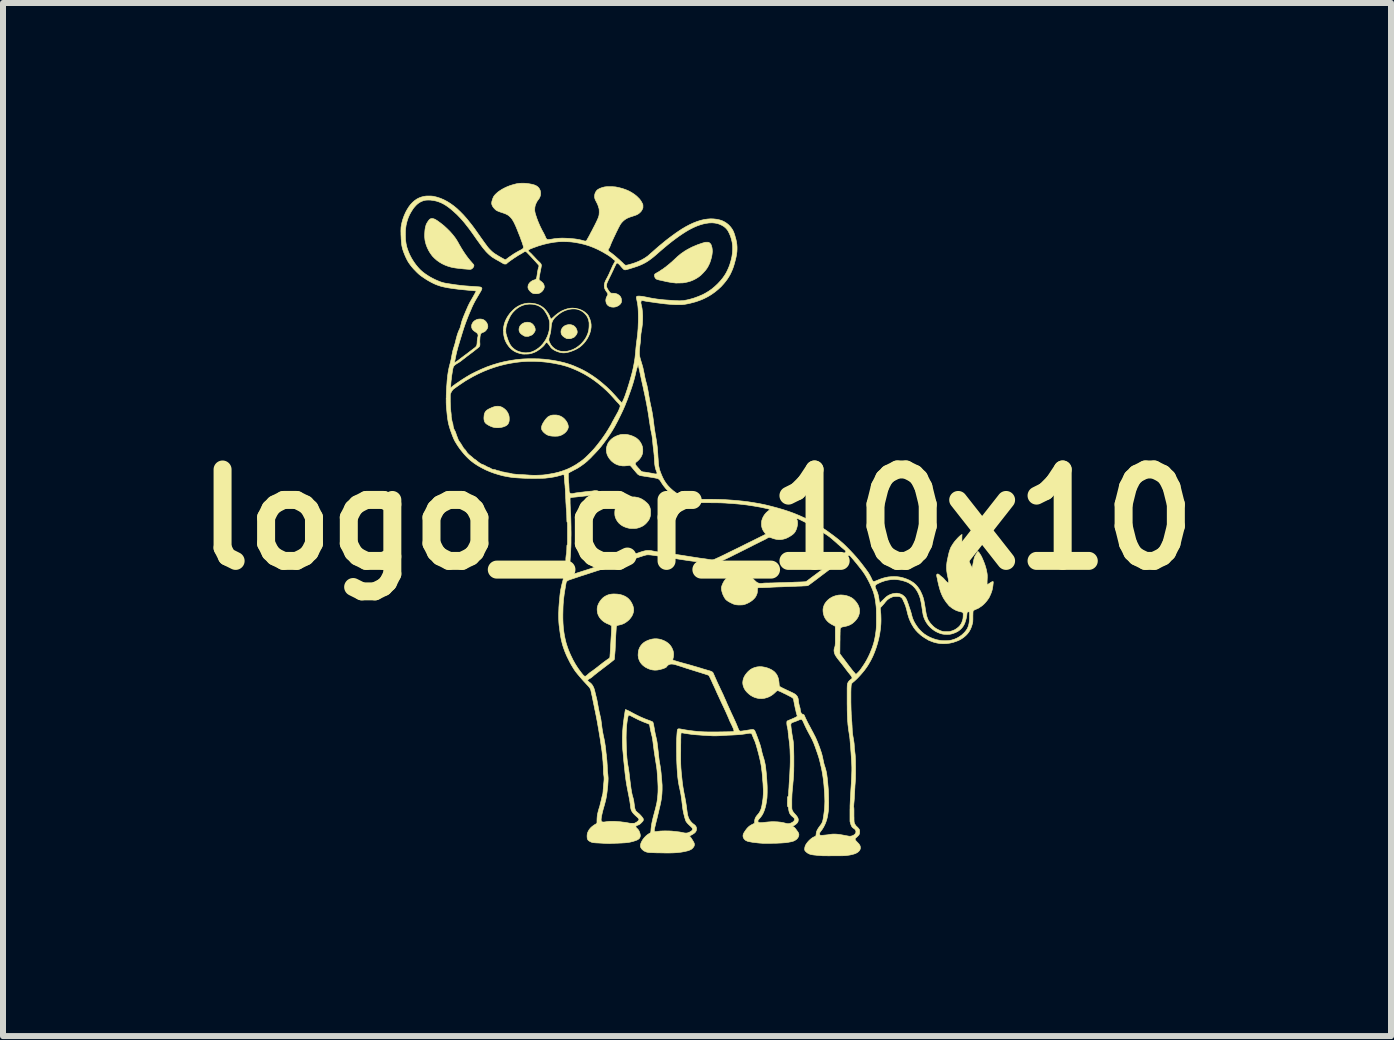
<source format=kicad_pcb>
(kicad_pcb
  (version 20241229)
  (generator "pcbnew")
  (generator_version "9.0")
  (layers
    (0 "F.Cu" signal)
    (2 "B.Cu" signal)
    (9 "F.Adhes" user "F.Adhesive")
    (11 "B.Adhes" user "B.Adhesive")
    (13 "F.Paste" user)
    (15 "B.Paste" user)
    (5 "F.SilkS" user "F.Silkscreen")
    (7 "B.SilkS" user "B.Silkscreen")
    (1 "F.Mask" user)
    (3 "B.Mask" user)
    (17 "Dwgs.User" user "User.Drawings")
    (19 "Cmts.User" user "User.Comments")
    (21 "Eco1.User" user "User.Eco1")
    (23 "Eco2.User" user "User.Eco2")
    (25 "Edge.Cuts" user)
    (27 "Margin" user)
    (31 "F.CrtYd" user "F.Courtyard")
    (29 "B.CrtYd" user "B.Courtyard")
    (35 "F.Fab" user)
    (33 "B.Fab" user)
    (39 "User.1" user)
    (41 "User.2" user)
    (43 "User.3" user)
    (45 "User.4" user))
  (footprint "logo_cr_10x10"
    (layer "F.Cu")
    (at 8.571 5.612)
    (property "Reference" "logo_cr_10x10" (at 0 0 0) (layer "F.SilkS") (effects (font (size 1.524 1.524) (thickness 0.3))))
    (attr through_hole)
    (fp_poly (pts (xy -2.115 -3.25) (xy -2.089 -3.245) (xy -2.067 -3.237) (xy -2.049 -3.226) (xy -2.034 -3.212) (xy -2.02 -3.195) (xy -2.01 -3.176) (xy -2.002 -3.156) (xy -1.998 -3.137) (xy -1.998 -3.118) (xy -2.002 -3.101) (xy -2.006 -3.094) (xy -2.015 -3.079) (xy -2.025 -3.065) (xy -2.036 -3.053) (xy -2.045 -3.044) (xy -2.049 -3.041) (xy -2.057 -3.036) (xy -2.068 -3.031) (xy -2.077 -3.028) (xy -2.087 -3.024) (xy -2.096 -3.021) (xy -2.101 -3.018) (xy -2.106 -3.017) (xy -2.116 -3.015) (xy -2.128 -3.015) (xy -2.141 -3.015) (xy -2.154 -3.015) (xy -2.166 -3.016) (xy -2.17 -3.017) (xy -2.178 -3.02) (xy -2.188 -3.025) (xy -2.201 -3.033) (xy -2.216 -3.042) (xy -2.226 -3.05) (xy -2.244 -3.065) (xy -2.257 -3.084) (xy -2.265 -3.104) (xy -2.268 -3.125) (xy -2.267 -3.147) (xy -2.26 -3.169) (xy -2.249 -3.19) (xy -2.235 -3.207) (xy -2.216 -3.224) (xy -2.193 -3.237) (xy -2.168 -3.245) (xy -2.141 -3.25) (xy -2.115 -3.25)) (stroke (width 0.01) (type solid)) (fill yes) (layer "F.SilkS"))
    (fp_poly (pts (xy -2.794 -3.286) (xy -2.77 -3.278) (xy -2.749 -3.265) (xy -2.735 -3.252) (xy -2.72 -3.233) (xy -2.709 -3.213) (xy -2.701 -3.192) (xy -2.698 -3.172) (xy -2.698 -3.153) (xy -2.704 -3.137) (xy -2.705 -3.133) (xy -2.715 -3.119) (xy -2.725 -3.105) (xy -2.736 -3.092) (xy -2.745 -3.083) (xy -2.748 -3.081) (xy -2.757 -3.076) (xy -2.768 -3.071) (xy -2.777 -3.068) (xy -2.787 -3.064) (xy -2.796 -3.06) (xy -2.801 -3.058) (xy -2.806 -3.056) (xy -2.816 -3.055) (xy -2.828 -3.054) (xy -2.841 -3.054) (xy -2.854 -3.055) (xy -2.866 -3.056) (xy -2.87 -3.056) (xy -2.877 -3.059) (xy -2.888 -3.065) (xy -2.901 -3.072) (xy -2.916 -3.082) (xy -2.926 -3.089) (xy -2.944 -3.105) (xy -2.956 -3.122) (xy -2.965 -3.142) (xy -2.968 -3.162) (xy -2.967 -3.182) (xy -2.962 -3.203) (xy -2.954 -3.222) (xy -2.941 -3.24) (xy -2.924 -3.257) (xy -2.904 -3.27) (xy -2.881 -3.281) (xy -2.874 -3.283) (xy -2.846 -3.289) (xy -2.82 -3.29) (xy -2.794 -3.286)) (stroke (width 0.01) (type solid)) (fill yes) (layer "F.SilkS"))
    (fp_poly (pts (xy -3.313 -1.889) (xy -3.296 -1.887) (xy -3.281 -1.884) (xy -3.281 -1.884) (xy -3.252 -1.873) (xy -3.224 -1.856) (xy -3.199 -1.836) (xy -3.176 -1.812) (xy -3.158 -1.785) (xy -3.154 -1.778) (xy -3.144 -1.755) (xy -3.136 -1.732) (xy -3.132 -1.708) (xy -3.131 -1.688) (xy -3.131 -1.657) (xy -3.135 -1.631) (xy -3.143 -1.609) (xy -3.154 -1.59) (xy -3.17 -1.574) (xy -3.19 -1.561) (xy -3.195 -1.559) (xy -3.23 -1.545) (xy -3.267 -1.536) (xy -3.305 -1.531) (xy -3.343 -1.531) (xy -3.374 -1.534) (xy -3.407 -1.542) (xy -3.441 -1.555) (xy -3.474 -1.571) (xy -3.504 -1.59) (xy -3.511 -1.594) (xy -3.526 -1.608) (xy -3.538 -1.624) (xy -3.546 -1.643) (xy -3.551 -1.665) (xy -3.553 -1.692) (xy -3.551 -1.722) (xy -3.551 -1.722) (xy -3.548 -1.749) (xy -3.542 -1.77) (xy -3.534 -1.788) (xy -3.524 -1.804) (xy -3.509 -1.819) (xy -3.5 -1.826) (xy -3.487 -1.834) (xy -3.47 -1.844) (xy -3.451 -1.853) (xy -3.429 -1.863) (xy -3.408 -1.872) (xy -3.387 -1.879) (xy -3.369 -1.884) (xy -3.365 -1.886) (xy -3.35 -1.888) (xy -3.332 -1.889) (xy -3.313 -1.889)) (stroke (width 0.01) (type solid)) (fill yes) (layer "F.SilkS"))
    (fp_poly (pts (xy -2.363 -1.743) (xy -2.343 -1.742) (xy -2.325 -1.739) (xy -2.311 -1.736) (xy -2.277 -1.724) (xy -2.246 -1.707) (xy -2.219 -1.686) (xy -2.195 -1.66) (xy -2.178 -1.637) (xy -2.163 -1.611) (xy -2.153 -1.585) (xy -2.147 -1.561) (xy -2.146 -1.539) (xy -2.148 -1.53) (xy -2.155 -1.508) (xy -2.167 -1.486) (xy -2.183 -1.465) (xy -2.203 -1.445) (xy -2.227 -1.427) (xy -2.253 -1.412) (xy -2.282 -1.4) (xy -2.29 -1.397) (xy -2.304 -1.394) (xy -2.322 -1.391) (xy -2.343 -1.39) (xy -2.366 -1.389) (xy -2.39 -1.39) (xy -2.412 -1.391) (xy -2.414 -1.391) (xy -2.444 -1.395) (xy -2.471 -1.401) (xy -2.494 -1.41) (xy -2.515 -1.421) (xy -2.535 -1.436) (xy -2.541 -1.441) (xy -2.562 -1.46) (xy -2.577 -1.479) (xy -2.588 -1.497) (xy -2.593 -1.517) (xy -2.593 -1.537) (xy -2.589 -1.559) (xy -2.58 -1.583) (xy -2.568 -1.607) (xy -2.547 -1.641) (xy -2.525 -1.671) (xy -2.503 -1.695) (xy -2.484 -1.713) (xy -2.473 -1.719) (xy -2.46 -1.726) (xy -2.444 -1.733) (xy -2.433 -1.737) (xy -2.42 -1.74) (xy -2.403 -1.742) (xy -2.384 -1.743) (xy -2.363 -1.743)) (stroke (width 0.01) (type solid)) (fill yes) (layer "F.SilkS"))
    (fp_poly (pts (xy -4.406 -5.018) (xy -4.386 -5.013) (xy -4.363 -5.003) (xy -4.339 -4.988) (xy -4.332 -4.984) (xy -4.273 -4.941) (xy -4.218 -4.897) (xy -4.167 -4.85) (xy -4.119 -4.802) (xy -4.076 -4.753) (xy -4.037 -4.704) (xy -4.008 -4.661) (xy -4.002 -4.651) (xy -3.994 -4.638) (xy -3.985 -4.622) (xy -3.975 -4.605) (xy -3.967 -4.589) (xy -3.93 -4.526) (xy -3.894 -4.468) (xy -3.858 -4.415) (xy -3.822 -4.366) (xy -3.786 -4.321) (xy -3.758 -4.289) (xy -3.745 -4.274) (xy -3.735 -4.263) (xy -3.728 -4.254) (xy -3.723 -4.247) (xy -3.721 -4.242) (xy -3.72 -4.237) (xy -3.72 -4.234) (xy -3.722 -4.222) (xy -3.728 -4.209) (xy -3.738 -4.196) (xy -3.749 -4.185) (xy -3.762 -4.176) (xy -3.763 -4.176) (xy -3.767 -4.174) (xy -3.773 -4.173) (xy -3.779 -4.172) (xy -3.788 -4.172) (xy -3.8 -4.172) (xy -3.815 -4.173) (xy -3.833 -4.174) (xy -3.856 -4.176) (xy -3.884 -4.178) (xy -3.885 -4.178) (xy -3.929 -4.183) (xy -3.967 -4.187) (xy -4.002 -4.191) (xy -4.033 -4.195) (xy -4.061 -4.2) (xy -4.087 -4.205) (xy -4.111 -4.211) (xy -4.134 -4.218) (xy -4.157 -4.225) (xy -4.157 -4.225) (xy -4.204 -4.243) (xy -4.25 -4.265) (xy -4.294 -4.291) (xy -4.335 -4.32) (xy -4.372 -4.352) (xy -4.405 -4.385) (xy -4.417 -4.399) (xy -4.449 -4.443) (xy -4.477 -4.49) (xy -4.5 -4.539) (xy -4.519 -4.59) (xy -4.532 -4.641) (xy -4.533 -4.644) (xy -4.537 -4.672) (xy -4.54 -4.703) (xy -4.541 -4.736) (xy -4.54 -4.77) (xy -4.538 -4.804) (xy -4.535 -4.836) (xy -4.53 -4.866) (xy -4.523 -4.893) (xy -4.516 -4.917) (xy -4.512 -4.926) (xy -4.504 -4.941) (xy -4.494 -4.958) (xy -4.484 -4.973) (xy -4.474 -4.987) (xy -4.464 -4.999) (xy -4.457 -5.006) (xy -4.456 -5.007) (xy -4.441 -5.015) (xy -4.424 -5.019) (xy -4.406 -5.018)) (stroke (width 0.01) (type solid)) (fill yes) (layer "F.SilkS"))
    (fp_poly (pts (xy 0.185 -4.623) (xy 0.192 -4.621) (xy 0.198 -4.619) (xy 0.205 -4.615) (xy 0.216 -4.606) (xy 0.226 -4.595) (xy 0.234 -4.583) (xy 0.238 -4.572) (xy 0.238 -4.572) (xy 0.239 -4.565) (xy 0.241 -4.561) (xy 0.25 -4.531) (xy 0.254 -4.499) (xy 0.255 -4.464) (xy 0.251 -4.425) (xy 0.25 -4.418) (xy 0.248 -4.409) (xy 0.247 -4.4) (xy 0.247 -4.399) (xy 0.246 -4.391) (xy 0.244 -4.386) (xy 0.244 -4.386) (xy 0.243 -4.382) (xy 0.242 -4.375) (xy 0.241 -4.374) (xy 0.24 -4.367) (xy 0.237 -4.357) (xy 0.233 -4.343) (xy 0.229 -4.328) (xy 0.224 -4.313) (xy 0.219 -4.298) (xy 0.215 -4.286) (xy 0.212 -4.277) (xy 0.21 -4.273) (xy 0.207 -4.267) (xy 0.203 -4.258) (xy 0.198 -4.247) (xy 0.196 -4.245) (xy 0.188 -4.228) (xy 0.182 -4.215) (xy 0.176 -4.206) (xy 0.172 -4.201) (xy 0.171 -4.2) (xy 0.17 -4.197) (xy 0.169 -4.195) (xy 0.168 -4.191) (xy 0.167 -4.191) (xy 0.164 -4.189) (xy 0.164 -4.187) (xy 0.162 -4.183) (xy 0.161 -4.182) (xy 0.159 -4.179) (xy 0.154 -4.173) (xy 0.148 -4.165) (xy 0.145 -4.161) (xy 0.139 -4.153) (xy 0.129 -4.142) (xy 0.117 -4.129) (xy 0.104 -4.114) (xy 0.09 -4.1) (xy 0.077 -4.087) (xy 0.066 -4.076) (xy 0.057 -4.068) (xy 0.056 -4.067) (xy 0.02 -4.04) (xy -0.017 -4.017) (xy -0.055 -3.997) (xy -0.097 -3.979) (xy -0.109 -3.975) (xy -0.117 -3.972) (xy -0.126 -3.97) (xy -0.126 -3.97) (xy -0.13 -3.968) (xy -0.131 -3.968) (xy -0.134 -3.967) (xy -0.136 -3.966) (xy -0.144 -3.965) (xy -0.146 -3.964) (xy -0.15 -3.963) (xy -0.151 -3.962) (xy -0.153 -3.962) (xy -0.156 -3.961) (xy -0.162 -3.96) (xy -0.171 -3.958) (xy -0.175 -3.957) (xy -0.188 -3.954) (xy -0.197 -3.952) (xy -0.204 -3.951) (xy -0.211 -3.95) (xy -0.22 -3.948) (xy -0.23 -3.947) (xy -0.231 -3.947) (xy -0.236 -3.946) (xy -0.246 -3.946) (xy -0.259 -3.945) (xy -0.274 -3.945) (xy -0.291 -3.944) (xy -0.308 -3.944) (xy -0.324 -3.944) (xy -0.339 -3.943) (xy -0.351 -3.943) (xy -0.36 -3.944) (xy -0.364 -3.944) (xy -0.364 -3.944) (xy -0.368 -3.945) (xy -0.375 -3.946) (xy -0.381 -3.947) (xy -0.397 -3.948) (xy -0.409 -3.95) (xy -0.419 -3.951) (xy -0.428 -3.952) (xy -0.437 -3.954) (xy -0.438 -3.954) (xy -0.448 -3.956) (xy -0.457 -3.957) (xy -0.461 -3.958) (xy -0.467 -3.959) (xy -0.476 -3.961) (xy -0.484 -3.962) (xy -0.495 -3.964) (xy -0.505 -3.966) (xy -0.509 -3.967) (xy -0.519 -3.968) (xy -0.526 -3.971) (xy -0.535 -3.973) (xy -0.544 -3.975) (xy -0.545 -3.975) (xy -0.554 -3.977) (xy -0.563 -3.979) (xy -0.563 -3.979) (xy -0.569 -3.981) (xy -0.572 -3.981) (xy -0.575 -3.981) (xy -0.582 -3.983) (xy -0.585 -3.984) (xy -0.594 -3.987) (xy -0.604 -3.989) (xy -0.605 -3.989) (xy -0.618 -3.991) (xy -0.635 -3.995) (xy -0.656 -4.001) (xy -0.661 -4.002) (xy -0.673 -4.007) (xy -0.682 -4.012) (xy -0.689 -4.018) (xy -0.699 -4.032) (xy -0.706 -4.047) (xy -0.709 -4.063) (xy -0.709 -4.077) (xy -0.707 -4.086) (xy -0.703 -4.092) (xy -0.7 -4.095) (xy -0.7 -4.095) (xy -0.696 -4.097) (xy -0.694 -4.099) (xy -0.689 -4.102) (xy -0.681 -4.107) (xy -0.673 -4.112) (xy -0.659 -4.12) (xy -0.646 -4.127) (xy -0.635 -4.134) (xy -0.629 -4.137) (xy -0.625 -4.14) (xy -0.617 -4.145) (xy -0.611 -4.149) (xy -0.603 -4.155) (xy -0.598 -4.159) (xy -0.596 -4.161) (xy -0.593 -4.163) (xy -0.592 -4.163) (xy -0.588 -4.164) (xy -0.582 -4.168) (xy -0.58 -4.17) (xy -0.574 -4.174) (xy -0.569 -4.177) (xy -0.568 -4.177) (xy -0.565 -4.179) (xy -0.563 -4.181) (xy -0.56 -4.185) (xy -0.558 -4.185) (xy -0.553 -4.187) (xy -0.553 -4.187) (xy -0.55 -4.19) (xy -0.545 -4.195) (xy -0.538 -4.2) (xy -0.532 -4.205) (xy -0.528 -4.208) (xy -0.527 -4.208) (xy -0.524 -4.21) (xy -0.518 -4.214) (xy -0.511 -4.22) (xy -0.504 -4.227) (xy -0.502 -4.228) (xy -0.497 -4.232) (xy -0.494 -4.233) (xy -0.491 -4.235) (xy -0.491 -4.235) (xy -0.488 -4.238) (xy -0.482 -4.243) (xy -0.476 -4.249) (xy -0.462 -4.26) (xy -0.449 -4.271) (xy -0.437 -4.282) (xy -0.436 -4.283) (xy -0.432 -4.286) (xy -0.431 -4.287) (xy -0.428 -4.289) (xy -0.423 -4.293) (xy -0.42 -4.296) (xy -0.414 -4.302) (xy -0.405 -4.31) (xy -0.394 -4.32) (xy -0.383 -4.33) (xy -0.382 -4.331) (xy -0.37 -4.342) (xy -0.358 -4.354) (xy -0.346 -4.364) (xy -0.338 -4.372) (xy -0.329 -4.381) (xy -0.318 -4.39) (xy -0.31 -4.397) (xy -0.303 -4.403) (xy -0.297 -4.408) (xy -0.295 -4.41) (xy -0.291 -4.413) (xy -0.283 -4.419) (xy -0.274 -4.427) (xy -0.263 -4.435) (xy -0.252 -4.443) (xy -0.241 -4.45) (xy -0.232 -4.457) (xy -0.226 -4.461) (xy -0.223 -4.462) (xy -0.219 -4.464) (xy -0.218 -4.465) (xy -0.215 -4.469) (xy -0.21 -4.473) (xy -0.201 -4.478) (xy -0.193 -4.482) (xy -0.185 -4.487) (xy -0.179 -4.491) (xy -0.178 -4.492) (xy -0.174 -4.494) (xy -0.166 -4.499) (xy -0.155 -4.505) (xy -0.145 -4.51) (xy -0.131 -4.518) (xy -0.115 -4.526) (xy -0.1 -4.534) (xy -0.094 -4.537) (xy -0.084 -4.542) (xy -0.076 -4.546) (xy -0.071 -4.548) (xy -0.071 -4.548) (xy -0.068 -4.548) (xy -0.063 -4.55) (xy -0.06 -4.552) (xy -0.052 -4.556) (xy -0.04 -4.561) (xy -0.026 -4.567) (xy -0.011 -4.573) (xy 0.003 -4.579) (xy 0.016 -4.584) (xy 0.025 -4.587) (xy 0.027 -4.587) (xy 0.032 -4.589) (xy 0.034 -4.59) (xy 0.042 -4.593) (xy 0.051 -4.596) (xy 0.06 -4.599) (xy 0.066 -4.601) (xy 0.068 -4.602) (xy 0.071 -4.603) (xy 0.074 -4.604) (xy 0.083 -4.607) (xy 0.089 -4.609) (xy 0.093 -4.61) (xy 0.095 -4.611) (xy 0.101 -4.612) (xy 0.104 -4.613) (xy 0.111 -4.615) (xy 0.114 -4.616) (xy 0.121 -4.618) (xy 0.124 -4.619) (xy 0.129 -4.621) (xy 0.134 -4.622) (xy 0.141 -4.623) (xy 0.152 -4.623) (xy 0.164 -4.623) (xy 0.177 -4.623) (xy 0.185 -4.623)) (stroke (width 0.01) (type solid)) (fill yes) (layer "F.SilkS"))
    (fp_poly (pts (xy -2.745 -3.605) (xy -2.7 -3.598) (xy -2.658 -3.586) (xy -2.62 -3.57) (xy -2.585 -3.549) (xy -2.552 -3.524) (xy -2.523 -3.493) (xy -2.513 -3.481) (xy -2.491 -3.451) (xy -2.473 -3.422) (xy -2.459 -3.396) (xy -2.451 -3.374) (xy -2.445 -3.359) (xy -2.439 -3.349) (xy -2.433 -3.345) (xy -2.431 -3.344) (xy -2.428 -3.346) (xy -2.421 -3.351) (xy -2.412 -3.359) (xy -2.402 -3.368) (xy -2.397 -3.373) (xy -2.36 -3.406) (xy -2.324 -3.434) (xy -2.29 -3.458) (xy -2.257 -3.477) (xy -2.243 -3.484) (xy -2.199 -3.502) (xy -2.156 -3.515) (xy -2.113 -3.523) (xy -2.071 -3.525) (xy -2.029 -3.521) (xy -2.027 -3.521) (xy -1.983 -3.512) (xy -1.942 -3.499) (xy -1.905 -3.481) (xy -1.871 -3.459) (xy -1.841 -3.433) (xy -1.839 -3.431) (xy -1.829 -3.421) (xy -1.822 -3.411) (xy -1.815 -3.402) (xy -1.808 -3.39) (xy -1.801 -3.374) (xy -1.784 -3.334) (xy -1.772 -3.292) (xy -1.766 -3.25) (xy -1.766 -3.207) (xy -1.772 -3.164) (xy -1.777 -3.141) (xy -1.79 -3.098) (xy -1.809 -3.055) (xy -1.831 -3.014) (xy -1.858 -2.974) (xy -1.888 -2.937) (xy -1.921 -2.904) (xy -1.956 -2.875) (xy -1.97 -2.866) (xy -1.998 -2.849) (xy -2.03 -2.832) (xy -2.063 -2.818) (xy -2.097 -2.805) (xy -2.131 -2.794) (xy -2.164 -2.786) (xy -2.195 -2.781) (xy -2.222 -2.779) (xy -2.225 -2.779) (xy -2.251 -2.781) (xy -2.278 -2.785) (xy -2.306 -2.793) (xy -2.334 -2.803) (xy -2.361 -2.814) (xy -2.386 -2.828) (xy -2.408 -2.842) (xy -2.426 -2.857) (xy -2.44 -2.873) (xy -2.443 -2.877) (xy -2.451 -2.89) (xy -2.46 -2.903) (xy -2.47 -2.916) (xy -2.479 -2.927) (xy -2.486 -2.937) (xy -2.492 -2.943) (xy -2.493 -2.943) (xy -2.503 -2.95) (xy -2.513 -2.95) (xy -2.522 -2.945) (xy -2.53 -2.935) (xy -2.534 -2.927) (xy -2.542 -2.915) (xy -2.554 -2.901) (xy -2.569 -2.885) (xy -2.587 -2.869) (xy -2.607 -2.852) (xy -2.629 -2.836) (xy -2.651 -2.821) (xy -2.673 -2.807) (xy -2.689 -2.798) (xy -2.72 -2.784) (xy -2.749 -2.774) (xy -2.777 -2.766) (xy -2.807 -2.761) (xy -2.84 -2.759) (xy -2.85 -2.759) (xy -2.867 -2.759) (xy -2.882 -2.758) (xy -2.894 -2.759) (xy -2.903 -2.759) (xy -2.905 -2.759) (xy -2.951 -2.768) (xy -2.993 -2.781) (xy -3.031 -2.797) (xy -3.066 -2.818) (xy -3.098 -2.843) (xy -3.127 -2.872) (xy -3.142 -2.891) (xy -3.167 -2.926) (xy -3.186 -2.96) (xy -3.202 -2.996) (xy -3.214 -3.035) (xy -3.222 -3.076) (xy -3.226 -3.114) (xy -3.227 -3.148) (xy -3.189 -3.148) (xy -3.188 -3.133) (xy -3.187 -3.118) (xy -3.185 -3.102) (xy -3.181 -3.086) (xy -3.175 -3.066) (xy -3.168 -3.043) (xy -3.164 -3.031) (xy -3.153 -2.998) (xy -3.142 -2.97) (xy -3.131 -2.946) (xy -3.121 -2.925) (xy -3.109 -2.907) (xy -3.097 -2.89) (xy -3.084 -2.875) (xy -3.078 -2.869) (xy -3.051 -2.845) (xy -3.023 -2.825) (xy -2.991 -2.809) (xy -2.957 -2.797) (xy -2.918 -2.787) (xy -2.887 -2.782) (xy -2.873 -2.781) (xy -2.856 -2.78) (xy -2.837 -2.781) (xy -2.818 -2.783) (xy -2.808 -2.784) (xy -2.784 -2.788) (xy -2.761 -2.794) (xy -2.739 -2.803) (xy -2.715 -2.813) (xy -2.711 -2.815) (xy -2.673 -2.837) (xy -2.636 -2.864) (xy -2.602 -2.894) (xy -2.571 -2.929) (xy -2.543 -2.967) (xy -2.52 -3.003) (xy -2.471 -3.003) (xy -2.47 -2.989) (xy -2.467 -2.976) (xy -2.462 -2.961) (xy -2.46 -2.958) (xy -2.449 -2.935) (xy -2.438 -2.915) (xy -2.425 -2.898) (xy -2.415 -2.885) (xy -2.387 -2.859) (xy -2.356 -2.837) (xy -2.323 -2.821) (xy -2.286 -2.809) (xy -2.278 -2.807) (xy -2.263 -2.805) (xy -2.245 -2.803) (xy -2.224 -2.803) (xy -2.203 -2.803) (xy -2.183 -2.804) (xy -2.165 -2.806) (xy -2.159 -2.807) (xy -2.112 -2.819) (xy -2.067 -2.836) (xy -2.024 -2.858) (xy -1.983 -2.886) (xy -1.943 -2.919) (xy -1.921 -2.941) (xy -1.889 -2.978) (xy -1.861 -3.017) (xy -1.839 -3.058) (xy -1.821 -3.1) (xy -1.808 -3.144) (xy -1.804 -3.169) (xy -1.802 -3.187) (xy -1.8 -3.208) (xy -1.799 -3.23) (xy -1.799 -3.252) (xy -1.799 -3.271) (xy -1.8 -3.288) (xy -1.801 -3.29) (xy -1.808 -3.327) (xy -1.82 -3.361) (xy -1.838 -3.394) (xy -1.861 -3.423) (xy -1.87 -3.433) (xy -1.899 -3.459) (xy -1.93 -3.48) (xy -1.964 -3.496) (xy -1.999 -3.507) (xy -2.037 -3.512) (xy -2.077 -3.512) (xy -2.119 -3.507) (xy -2.131 -3.505) (xy -2.176 -3.493) (xy -2.22 -3.476) (xy -2.263 -3.453) (xy -2.304 -3.424) (xy -2.344 -3.391) (xy -2.36 -3.376) (xy -2.378 -3.357) (xy -2.392 -3.338) (xy -2.404 -3.32) (xy -2.413 -3.3) (xy -2.421 -3.279) (xy -2.426 -3.254) (xy -2.43 -3.226) (xy -2.433 -3.195) (xy -2.437 -3.155) (xy -2.443 -3.118) (xy -2.452 -3.08) (xy -2.459 -3.058) (xy -2.465 -3.036) (xy -2.469 -3.018) (xy -2.471 -3.003) (xy -2.52 -3.003) (xy -2.518 -3.008) (xy -2.497 -3.05) (xy -2.48 -3.095) (xy -2.468 -3.14) (xy -2.464 -3.158) (xy -2.461 -3.182) (xy -2.458 -3.208) (xy -2.457 -3.234) (xy -2.456 -3.259) (xy -2.457 -3.281) (xy -2.459 -3.299) (xy -2.459 -3.302) (xy -2.466 -3.33) (xy -2.476 -3.36) (xy -2.489 -3.391) (xy -2.505 -3.422) (xy -2.522 -3.451) (xy -2.54 -3.478) (xy -2.558 -3.501) (xy -2.566 -3.51) (xy -2.596 -3.535) (xy -2.628 -3.556) (xy -2.663 -3.572) (xy -2.702 -3.583) (xy -2.742 -3.59) (xy -2.785 -3.592) (xy -2.798 -3.592) (xy -2.843 -3.587) (xy -2.886 -3.578) (xy -2.927 -3.563) (xy -2.966 -3.543) (xy -3.003 -3.518) (xy -3.038 -3.487) (xy -3.044 -3.481) (xy -3.065 -3.459) (xy -3.083 -3.438) (xy -3.099 -3.415) (xy -3.114 -3.391) (xy -3.128 -3.363) (xy -3.14 -3.336) (xy -3.154 -3.303) (xy -3.166 -3.274) (xy -3.174 -3.247) (xy -3.181 -3.223) (xy -3.185 -3.199) (xy -3.188 -3.175) (xy -3.188 -3.165) (xy -3.189 -3.148) (xy -3.227 -3.148) (xy -3.228 -3.163) (xy -3.224 -3.21) (xy -3.214 -3.257) (xy -3.199 -3.303) (xy -3.178 -3.349) (xy -3.152 -3.393) (xy -3.12 -3.437) (xy -3.102 -3.458) (xy -3.067 -3.494) (xy -3.032 -3.525) (xy -2.994 -3.551) (xy -2.954 -3.572) (xy -2.912 -3.589) (xy -2.867 -3.601) (xy -2.865 -3.601) (xy -2.85 -3.604) (xy -2.836 -3.606) (xy -2.821 -3.607) (xy -2.803 -3.608) (xy -2.793 -3.608) (xy -2.745 -3.605)) (stroke (width 0.01) (type solid)) (fill yes) (layer "F.SilkS"))
    (fp_poly (pts (xy -2.884 -5.607) (xy -2.841 -5.604) (xy -2.797 -5.598) (xy -2.755 -5.59) (xy -2.717 -5.58) (xy -2.711 -5.578) (xy -2.683 -5.566) (xy -2.66 -5.551) (xy -2.64 -5.532) (xy -2.625 -5.509) (xy -2.614 -5.484) (xy -2.609 -5.456) (xy -2.608 -5.439) (xy -2.61 -5.41) (xy -2.617 -5.385) (xy -2.628 -5.36) (xy -2.643 -5.338) (xy -2.667 -5.305) (xy -2.684 -5.271) (xy -2.697 -5.238) (xy -2.704 -5.204) (xy -2.706 -5.17) (xy -2.706 -5.156) (xy -2.705 -5.142) (xy -2.702 -5.127) (xy -2.699 -5.111) (xy -2.694 -5.093) (xy -2.687 -5.071) (xy -2.679 -5.047) (xy -2.669 -5.017) (xy -2.665 -5.007) (xy -2.651 -4.97) (xy -2.634 -4.93) (xy -2.616 -4.889) (xy -2.596 -4.848) (xy -2.576 -4.809) (xy -2.558 -4.777) (xy -2.551 -4.763) (xy -2.544 -4.749) (xy -2.538 -4.737) (xy -2.535 -4.73) (xy -2.526 -4.709) (xy -2.518 -4.692) (xy -2.51 -4.68) (xy -2.504 -4.674) (xy -2.496 -4.67) (xy -2.483 -4.668) (xy -2.466 -4.669) (xy -2.444 -4.672) (xy -2.434 -4.673) (xy -2.373 -4.683) (xy -2.312 -4.689) (xy -2.25 -4.692) (xy -2.184 -4.69) (xy -2.124 -4.687) (xy -2.084 -4.683) (xy -2.049 -4.68) (xy -2.017 -4.676) (xy -1.989 -4.671) (xy -1.963 -4.667) (xy -1.938 -4.661) (xy -1.914 -4.655) (xy -1.904 -4.652) (xy -1.886 -4.647) (xy -1.873 -4.644) (xy -1.862 -4.643) (xy -1.855 -4.644) (xy -1.849 -4.646) (xy -1.844 -4.649) (xy -1.841 -4.653) (xy -1.836 -4.661) (xy -1.829 -4.674) (xy -1.82 -4.69) (xy -1.809 -4.709) (xy -1.797 -4.731) (xy -1.784 -4.755) (xy -1.771 -4.781) (xy -1.756 -4.808) (xy -1.742 -4.835) (xy -1.728 -4.863) (xy -1.713 -4.891) (xy -1.702 -4.913) (xy -1.686 -4.945) (xy -1.673 -4.972) (xy -1.662 -4.996) (xy -1.653 -5.016) (xy -1.646 -5.034) (xy -1.64 -5.051) (xy -1.636 -5.065) (xy -1.633 -5.08) (xy -1.632 -5.094) (xy -1.631 -5.109) (xy -1.63 -5.125) (xy -1.63 -5.128) (xy -1.631 -5.146) (xy -1.631 -5.16) (xy -1.632 -5.172) (xy -1.634 -5.183) (xy -1.637 -5.195) (xy -1.638 -5.196) (xy -1.647 -5.226) (xy -1.657 -5.254) (xy -1.671 -5.282) (xy -1.68 -5.3) (xy -1.691 -5.321) (xy -1.699 -5.338) (xy -1.704 -5.354) (xy -1.707 -5.369) (xy -1.708 -5.385) (xy -1.708 -5.389) (xy -1.706 -5.415) (xy -1.699 -5.441) (xy -1.688 -5.464) (xy -1.673 -5.485) (xy -1.662 -5.496) (xy -1.647 -5.506) (xy -1.628 -5.517) (xy -1.604 -5.527) (xy -1.578 -5.536) (xy -1.551 -5.543) (xy -1.544 -5.545) (xy -1.529 -5.547) (xy -1.511 -5.549) (xy -1.489 -5.55) (xy -1.465 -5.55) (xy -1.439 -5.55) (xy -1.414 -5.55) (xy -1.39 -5.548) (xy -1.369 -5.547) (xy -1.353 -5.545) (xy -1.296 -5.533) (xy -1.24 -5.518) (xy -1.186 -5.499) (xy -1.135 -5.477) (xy -1.088 -5.451) (xy -1.044 -5.422) (xy -1.005 -5.391) (xy -0.981 -5.367) (xy -0.96 -5.346) (xy -0.944 -5.325) (xy -0.93 -5.304) (xy -0.917 -5.28) (xy -0.915 -5.277) (xy -0.909 -5.265) (xy -0.905 -5.256) (xy -0.903 -5.249) (xy -0.902 -5.241) (xy -0.902 -5.23) (xy -0.902 -5.222) (xy -0.902 -5.209) (xy -0.902 -5.2) (xy -0.904 -5.192) (xy -0.907 -5.184) (xy -0.912 -5.173) (xy -0.914 -5.169) (xy -0.922 -5.155) (xy -0.929 -5.143) (xy -0.939 -5.131) (xy -0.949 -5.121) (xy -0.962 -5.109) (xy -0.974 -5.099) (xy -0.988 -5.091) (xy -1.004 -5.082) (xy -1.024 -5.074) (xy -1.047 -5.066) (xy -1.074 -5.057) (xy -1.078 -5.056) (xy -1.111 -5.045) (xy -1.139 -5.035) (xy -1.163 -5.024) (xy -1.185 -5.012) (xy -1.204 -4.999) (xy -1.222 -4.985) (xy -1.24 -4.968) (xy -1.241 -4.967) (xy -1.251 -4.956) (xy -1.26 -4.946) (xy -1.268 -4.935) (xy -1.276 -4.924) (xy -1.284 -4.911) (xy -1.292 -4.896) (xy -1.302 -4.877) (xy -1.314 -4.855) (xy -1.321 -4.839) (xy -1.344 -4.794) (xy -1.364 -4.751) (xy -1.383 -4.712) (xy -1.4 -4.675) (xy -1.415 -4.642) (xy -1.428 -4.613) (xy -1.438 -4.589) (xy -1.446 -4.568) (xy -1.448 -4.563) (xy -1.457 -4.54) (xy -1.468 -4.521) (xy -1.469 -4.519) (xy -1.477 -4.509) (xy -1.481 -4.5) (xy -1.482 -4.492) (xy -1.479 -4.484) (xy -1.472 -4.475) (xy -1.461 -4.466) (xy -1.445 -4.454) (xy -1.44 -4.451) (xy -1.425 -4.44) (xy -1.407 -4.426) (xy -1.387 -4.41) (xy -1.364 -4.391) (xy -1.341 -4.371) (xy -1.317 -4.35) (xy -1.294 -4.33) (xy -1.272 -4.309) (xy -1.251 -4.29) (xy -1.233 -4.273) (xy -1.233 -4.272) (xy -1.22 -4.259) (xy -1.209 -4.25) (xy -1.201 -4.244) (xy -1.192 -4.24) (xy -1.182 -4.24) (xy -1.17 -4.241) (xy -1.155 -4.245) (xy -1.145 -4.247) (xy -1.085 -4.264) (xy -1.028 -4.283) (xy -0.974 -4.305) (xy -0.924 -4.329) (xy -0.878 -4.355) (xy -0.867 -4.362) (xy -0.855 -4.37) (xy -0.845 -4.377) (xy -0.835 -4.384) (xy -0.825 -4.391) (xy -0.815 -4.399) (xy -0.804 -4.409) (xy -0.791 -4.42) (xy -0.776 -4.434) (xy -0.757 -4.45) (xy -0.742 -4.463) (xy -0.686 -4.513) (xy -0.629 -4.562) (xy -0.572 -4.609) (xy -0.516 -4.655) (xy -0.46 -4.698) (xy -0.406 -4.738) (xy -0.354 -4.776) (xy -0.304 -4.81) (xy -0.258 -4.84) (xy -0.254 -4.843) (xy -0.188 -4.882) (xy -0.124 -4.916) (xy -0.061 -4.945) (xy 0.000184 -4.969) (xy 0.06 -4.988) (xy 0.118 -5.002) (xy 0.174 -5.01) (xy 0.228 -5.014) (xy 0.279 -5.012) (xy 0.33 -5.006) (xy 0.376 -4.996) (xy 0.419 -4.982) (xy 0.458 -4.963) (xy 0.494 -4.94) (xy 0.527 -4.913) (xy 0.556 -4.882) (xy 0.574 -4.859) (xy 0.586 -4.841) (xy 0.597 -4.823) (xy 0.606 -4.804) (xy 0.615 -4.783) (xy 0.623 -4.76) (xy 0.632 -4.732) (xy 0.636 -4.716) (xy 0.649 -4.67) (xy 0.658 -4.627) (xy 0.664 -4.586) (xy 0.667 -4.546) (xy 0.667 -4.506) (xy 0.665 -4.465) (xy 0.659 -4.423) (xy 0.651 -4.377) (xy 0.64 -4.331) (xy 0.625 -4.274) (xy 0.61 -4.223) (xy 0.593 -4.175) (xy 0.574 -4.131) (xy 0.554 -4.089) (xy 0.531 -4.049) (xy 0.506 -4.01) (xy 0.477 -3.971) (xy 0.447 -3.934) (xy 0.401 -3.883) (xy 0.35 -3.836) (xy 0.296 -3.792) (xy 0.238 -3.751) (xy 0.178 -3.715) (xy 0.115 -3.683) (xy 0.069 -3.663) (xy 0.025 -3.647) (xy -0.021 -3.631) (xy -0.069 -3.618) (xy -0.116 -3.606) (xy -0.163 -3.596) (xy -0.207 -3.588) (xy -0.238 -3.584) (xy -0.263 -3.582) (xy -0.292 -3.582) (xy -0.326 -3.582) (xy -0.363 -3.583) (xy -0.403 -3.585) (xy -0.446 -3.588) (xy -0.49 -3.592) (xy -0.535 -3.596) (xy -0.563 -3.6) (xy -0.591 -3.603) (xy -0.622 -3.607) (xy -0.653 -3.611) (xy -0.684 -3.615) (xy -0.715 -3.62) (xy -0.745 -3.624) (xy -0.774 -3.628) (xy -0.8 -3.632) (xy -0.823 -3.635) (xy -0.843 -3.638) (xy -0.859 -3.641) (xy -0.869 -3.643) (xy -0.869 -3.643) (xy -0.889 -3.647) (xy -0.904 -3.65) (xy -0.915 -3.651) (xy -0.922 -3.651) (xy -0.927 -3.649) (xy -0.93 -3.645) (xy -0.932 -3.639) (xy -0.934 -3.631) (xy -0.935 -3.629) (xy -0.936 -3.622) (xy -0.936 -3.616) (xy -0.936 -3.608) (xy -0.934 -3.599) (xy -0.931 -3.586) (xy -0.929 -3.578) (xy -0.917 -3.521) (xy -0.91 -3.46) (xy -0.906 -3.396) (xy -0.907 -3.329) (xy -0.911 -3.259) (xy -0.92 -3.187) (xy -0.93 -3.129) (xy -0.934 -3.105) (xy -0.937 -3.081) (xy -0.938 -3.053) (xy -0.939 -3.042) (xy -0.94 -3.022) (xy -0.941 -2.998) (xy -0.943 -2.973) (xy -0.946 -2.95) (xy -0.947 -2.941) (xy -0.951 -2.911) (xy -0.954 -2.887) (xy -0.956 -2.866) (xy -0.958 -2.848) (xy -0.959 -2.832) (xy -0.96 -2.817) (xy -0.961 -2.803) (xy -0.961 -2.788) (xy -0.961 -2.784) (xy -0.961 -2.766) (xy -0.96 -2.75) (xy -0.958 -2.734) (xy -0.955 -2.717) (xy -0.951 -2.7) (xy -0.946 -2.68) (xy -0.939 -2.656) (xy -0.931 -2.631) (xy -0.924 -2.607) (xy -0.917 -2.585) (xy -0.911 -2.564) (xy -0.905 -2.542) (xy -0.899 -2.519) (xy -0.894 -2.493) (xy -0.888 -2.465) (xy -0.881 -2.433) (xy -0.874 -2.397) (xy -0.872 -2.386) (xy -0.869 -2.369) (xy -0.864 -2.348) (xy -0.858 -2.325) (xy -0.853 -2.302) (xy -0.847 -2.281) (xy -0.847 -2.28) (xy -0.842 -2.264) (xy -0.838 -2.249) (xy -0.835 -2.236) (xy -0.832 -2.223) (xy -0.829 -2.209) (xy -0.826 -2.194) (xy -0.823 -2.178) (xy -0.819 -2.159) (xy -0.815 -2.136) (xy -0.81 -2.109) (xy -0.806 -2.081) (xy -0.8 -2.045) (xy -0.794 -2.014) (xy -0.789 -1.987) (xy -0.785 -1.963) (xy -0.78 -1.941) (xy -0.776 -1.921) (xy -0.772 -1.901) (xy -0.769 -1.888) (xy -0.763 -1.862) (xy -0.758 -1.837) (xy -0.753 -1.812) (xy -0.748 -1.786) (xy -0.744 -1.759) (xy -0.739 -1.73) (xy -0.734 -1.698) (xy -0.729 -1.662) (xy -0.724 -1.622) (xy -0.721 -1.597) (xy -0.716 -1.558) (xy -0.711 -1.522) (xy -0.706 -1.489) (xy -0.701 -1.457) (xy -0.696 -1.424) (xy -0.69 -1.39) (xy -0.687 -1.373) (xy -0.68 -1.332) (xy -0.674 -1.293) (xy -0.669 -1.256) (xy -0.664 -1.218) (xy -0.66 -1.179) (xy -0.657 -1.138) (xy -0.654 -1.094) (xy -0.651 -1.045) (xy -0.651 -1.044) (xy -0.648 -1.007) (xy -0.646 -0.974) (xy -0.644 -0.945) (xy -0.641 -0.92) (xy -0.639 -0.898) (xy -0.635 -0.878) (xy -0.631 -0.86) (xy -0.627 -0.842) (xy -0.622 -0.824) (xy -0.615 -0.805) (xy -0.609 -0.787) (xy -0.59 -0.74) (xy -0.571 -0.697) (xy -0.55 -0.657) (xy -0.528 -0.622) (xy -0.504 -0.588) (xy -0.477 -0.556) (xy -0.447 -0.525) (xy -0.443 -0.521) (xy -0.397 -0.48) (xy -0.349 -0.445) (xy -0.298 -0.415) (xy -0.244 -0.389) (xy -0.186 -0.367) (xy -0.135 -0.353) (xy -0.122 -0.35) (xy -0.11 -0.347) (xy -0.099 -0.345) (xy -0.089 -0.343) (xy -0.078 -0.341) (xy -0.067 -0.34) (xy -0.054 -0.339) (xy -0.04 -0.339) (xy -0.023 -0.338) (xy -0.004 -0.338) (xy 0.019 -0.338) (xy 0.047 -0.338) (xy 0.078 -0.338) (xy 0.115 -0.338) (xy 0.116 -0.338) (xy 0.235 -0.338) (xy 0.349 -0.336) (xy 0.458 -0.332) (xy 0.563 -0.325) (xy 0.665 -0.317) (xy 0.764 -0.307) (xy 0.86 -0.295) (xy 0.954 -0.28) (xy 1.047 -0.264) (xy 1.138 -0.245) (xy 1.228 -0.223) (xy 1.24 -0.22) (xy 1.341 -0.193) (xy 1.437 -0.165) (xy 1.529 -0.135) (xy 1.617 -0.103) (xy 1.702 -0.068) (xy 1.784 -0.031) (xy 1.865 0.009) (xy 1.945 0.051) (xy 1.972 0.067) (xy 2.01 0.089) (xy 2.046 0.11) (xy 2.081 0.132) (xy 2.115 0.155) (xy 2.15 0.178) (xy 2.187 0.204) (xy 2.226 0.233) (xy 2.258 0.256) (xy 2.291 0.281) (xy 2.32 0.303) (xy 2.345 0.323) (xy 2.369 0.342) (xy 2.39 0.36) (xy 2.411 0.378) (xy 2.432 0.396) (xy 2.453 0.416) (xy 2.475 0.437) (xy 2.499 0.461) (xy 2.509 0.471) (xy 2.559 0.522) (xy 2.606 0.572) (xy 2.65 0.621) (xy 2.693 0.672) (xy 2.736 0.725) (xy 2.779 0.781) (xy 2.785 0.789) (xy 2.806 0.817) (xy 2.824 0.841) (xy 2.839 0.862) (xy 2.852 0.88) (xy 2.863 0.898) (xy 2.873 0.914) (xy 2.882 0.93) (xy 2.891 0.947) (xy 2.9 0.964) (xy 2.909 0.984) (xy 2.917 1.001) (xy 2.922 1.011) (xy 2.928 1.021) (xy 2.933 1.026) (xy 2.938 1.03) (xy 2.945 1.032) (xy 2.953 1.032) (xy 2.963 1.03) (xy 2.977 1.025) (xy 2.995 1.017) (xy 3.003 1.014) (xy 3.052 0.994) (xy 3.098 0.978) (xy 3.143 0.966) (xy 3.188 0.957) (xy 3.233 0.953) (xy 3.28 0.951) (xy 3.315 0.952) (xy 3.346 0.954) (xy 3.376 0.958) (xy 3.406 0.964) (xy 3.437 0.972) (xy 3.471 0.983) (xy 3.493 0.991) (xy 3.537 1.01) (xy 3.577 1.032) (xy 3.614 1.057) (xy 3.647 1.086) (xy 3.676 1.119) (xy 3.703 1.156) (xy 3.727 1.197) (xy 3.748 1.244) (xy 3.755 1.259) (xy 3.761 1.277) (xy 3.768 1.295) (xy 3.773 1.313) (xy 3.778 1.331) (xy 3.783 1.352) (xy 3.787 1.374) (xy 3.792 1.4) (xy 3.797 1.43) (xy 3.803 1.465) (xy 3.804 1.475) (xy 3.81 1.512) (xy 3.816 1.545) (xy 3.821 1.574) (xy 3.827 1.599) (xy 3.833 1.62) (xy 3.839 1.639) (xy 3.846 1.657) (xy 3.853 1.673) (xy 3.862 1.689) (xy 3.872 1.704) (xy 3.883 1.719) (xy 3.892 1.731) (xy 3.904 1.744) (xy 3.918 1.759) (xy 3.932 1.774) (xy 3.946 1.787) (xy 3.958 1.797) (xy 3.981 1.814) (xy 4.007 1.829) (xy 4.035 1.843) (xy 4.063 1.855) (xy 4.085 1.862) (xy 4.097 1.865) (xy 4.107 1.867) (xy 4.117 1.868) (xy 4.129 1.869) (xy 4.144 1.869) (xy 4.16 1.869) (xy 4.179 1.869) (xy 4.193 1.869) (xy 4.204 1.868) (xy 4.214 1.867) (xy 4.223 1.865) (xy 4.229 1.863) (xy 4.266 1.851) (xy 4.301 1.835) (xy 4.332 1.815) (xy 4.36 1.792) (xy 4.384 1.767) (xy 4.398 1.746) (xy 4.409 1.727) (xy 4.419 1.703) (xy 4.427 1.679) (xy 4.433 1.656) (xy 4.434 1.651) (xy 4.435 1.639) (xy 4.437 1.624) (xy 4.437 1.608) (xy 4.438 1.595) (xy 4.438 1.58) (xy 4.437 1.57) (xy 4.436 1.563) (xy 4.435 1.558) (xy 4.433 1.554) (xy 4.432 1.553) (xy 4.425 1.547) (xy 4.418 1.543) (xy 4.418 1.543) (xy 4.412 1.542) (xy 4.401 1.539) (xy 4.389 1.537) (xy 4.383 1.535) (xy 4.347 1.525) (xy 4.311 1.511) (xy 4.278 1.493) (xy 4.248 1.474) (xy 4.233 1.462) (xy 4.225 1.455) (xy 4.217 1.449) (xy 4.211 1.445) (xy 4.211 1.445) (xy 4.206 1.441) (xy 4.199 1.434) (xy 4.196 1.43) (xy 4.19 1.422) (xy 4.181 1.411) (xy 4.172 1.401) (xy 4.17 1.398) (xy 4.157 1.382) (xy 4.143 1.362) (xy 4.128 1.34) (xy 4.114 1.318) (xy 4.102 1.297) (xy 4.098 1.29) (xy 4.079 1.249) (xy 4.061 1.204) (xy 4.045 1.153) (xy 4.03 1.097) (xy 4.016 1.037) (xy 4.016 1.036) (xy 4.012 1.017) (xy 4.008 0.998) (xy 4.005 0.98) (xy 4.001 0.966) (xy 3.999 0.956) (xy 3.996 0.94) (xy 3.995 0.928) (xy 3.996 0.919) (xy 4 0.913) (xy 4.005 0.91) (xy 4.012 0.907) (xy 4.019 0.908) (xy 4.027 0.912) (xy 4.037 0.919) (xy 4.046 0.928) (xy 4.058 0.938) (xy 4.071 0.949) (xy 4.084 0.959) (xy 4.086 0.96) (xy 4.103 0.974) (xy 4.121 0.993) (xy 4.13 1.004) (xy 4.145 1.021) (xy 4.159 1.035) (xy 4.171 1.046) (xy 4.181 1.053) (xy 4.188 1.055) (xy 4.188 1.056) (xy 4.192 1.053) (xy 4.194 1.045) (xy 4.194 1.034) (xy 4.193 1.018) (xy 4.19 1) (xy 4.186 0.978) (xy 4.184 0.971) (xy 4.172 0.915) (xy 4.164 0.863) (xy 4.16 0.813) (xy 4.161 0.765) (xy 4.166 0.717) (xy 4.174 0.67) (xy 4.176 0.664) (xy 4.179 0.649) (xy 4.183 0.631) (xy 4.187 0.612) (xy 4.191 0.594) (xy 4.191 0.594) (xy 4.202 0.548) (xy 4.215 0.507) (xy 4.229 0.47) (xy 4.234 0.46) (xy 4.239 0.451) (xy 4.247 0.438) (xy 4.256 0.424) (xy 4.265 0.409) (xy 4.275 0.394) (xy 4.281 0.386) (xy 4.294 0.368) (xy 4.309 0.35) (xy 4.325 0.332) (xy 4.341 0.314) (xy 4.357 0.297) (xy 4.373 0.282) (xy 4.387 0.269) (xy 4.398 0.26) (xy 4.406 0.255) (xy 4.419 0.249) (xy 4.417 0.266) (xy 4.417 0.273) (xy 4.416 0.285) (xy 4.416 0.301) (xy 4.416 0.32) (xy 4.416 0.341) (xy 4.416 0.364) (xy 4.416 0.375) (xy 4.416 0.401) (xy 4.416 0.422) (xy 4.416 0.439) (xy 4.416 0.452) (xy 4.417 0.463) (xy 4.418 0.473) (xy 4.419 0.481) (xy 4.42 0.489) (xy 4.422 0.497) (xy 4.426 0.513) (xy 4.432 0.531) (xy 4.438 0.547) (xy 4.44 0.552) (xy 4.445 0.564) (xy 4.452 0.576) (xy 4.459 0.589) (xy 4.466 0.6) (xy 4.473 0.609) (xy 4.478 0.616) (xy 4.481 0.618) (xy 4.485 0.62) (xy 4.491 0.627) (xy 4.498 0.636) (xy 4.506 0.647) (xy 4.515 0.66) (xy 4.523 0.673) (xy 4.531 0.685) (xy 4.536 0.696) (xy 4.539 0.701) (xy 4.547 0.723) (xy 4.556 0.743) (xy 4.564 0.761) (xy 4.572 0.776) (xy 4.578 0.788) (xy 4.583 0.795) (xy 4.586 0.799) (xy 4.586 0.799) (xy 4.587 0.797) (xy 4.589 0.794) (xy 4.591 0.787) (xy 4.593 0.776) (xy 4.597 0.761) (xy 4.6 0.742) (xy 4.605 0.717) (xy 4.606 0.713) (xy 4.611 0.686) (xy 4.616 0.664) (xy 4.621 0.646) (xy 4.625 0.631) (xy 4.63 0.617) (xy 4.636 0.605) (xy 4.643 0.593) (xy 4.649 0.583) (xy 4.656 0.572) (xy 4.663 0.56) (xy 4.667 0.551) (xy 4.672 0.541) (xy 4.676 0.536) (xy 4.68 0.534) (xy 4.685 0.534) (xy 4.686 0.534) (xy 4.691 0.538) (xy 4.698 0.545) (xy 4.706 0.556) (xy 4.715 0.57) (xy 4.725 0.586) (xy 4.735 0.602) (xy 4.744 0.619) (xy 4.752 0.635) (xy 4.752 0.636) (xy 4.776 0.691) (xy 4.796 0.743) (xy 4.812 0.792) (xy 4.824 0.838) (xy 4.833 0.883) (xy 4.836 0.9) (xy 4.838 0.918) (xy 4.839 0.934) (xy 4.839 0.95) (xy 4.839 0.97) (xy 4.839 0.971) (xy 4.838 0.99) (xy 4.837 1.011) (xy 4.836 1.031) (xy 4.836 1.046) (xy 4.836 1.061) (xy 4.836 1.071) (xy 4.837 1.078) (xy 4.838 1.082) (xy 4.84 1.083) (xy 4.84 1.083) (xy 4.844 1.082) (xy 4.851 1.078) (xy 4.862 1.072) (xy 4.874 1.064) (xy 4.883 1.058) (xy 4.9 1.047) (xy 4.914 1.039) (xy 4.924 1.035) (xy 4.931 1.033) (xy 4.935 1.034) (xy 4.938 1.038) (xy 4.939 1.044) (xy 4.938 1.054) (xy 4.937 1.068) (xy 4.935 1.085) (xy 4.933 1.104) (xy 4.93 1.123) (xy 4.926 1.143) (xy 4.923 1.161) (xy 4.919 1.178) (xy 4.918 1.183) (xy 4.913 1.198) (xy 4.906 1.218) (xy 4.898 1.239) (xy 4.888 1.261) (xy 4.879 1.282) (xy 4.869 1.301) (xy 4.867 1.305) (xy 4.851 1.329) (xy 4.832 1.355) (xy 4.811 1.38) (xy 4.788 1.405) (xy 4.764 1.427) (xy 4.741 1.445) (xy 4.731 1.452) (xy 4.72 1.459) (xy 4.709 1.467) (xy 4.7 1.473) (xy 4.696 1.475) (xy 4.687 1.48) (xy 4.676 1.485) (xy 4.672 1.487) (xy 4.65 1.496) (xy 4.633 1.503) (xy 4.621 1.51) (xy 4.612 1.516) (xy 4.606 1.523) (xy 4.603 1.529) (xy 4.602 1.533) (xy 4.601 1.538) (xy 4.601 1.548) (xy 4.6 1.562) (xy 4.6 1.579) (xy 4.599 1.599) (xy 4.599 1.62) (xy 4.599 1.624) (xy 4.599 1.648) (xy 4.599 1.667) (xy 4.598 1.683) (xy 4.598 1.695) (xy 4.597 1.705) (xy 4.596 1.713) (xy 4.594 1.721) (xy 4.592 1.73) (xy 4.591 1.736) (xy 4.577 1.783) (xy 4.56 1.826) (xy 4.538 1.865) (xy 4.512 1.901) (xy 4.482 1.933) (xy 4.448 1.962) (xy 4.427 1.977) (xy 4.406 1.991) (xy 4.387 2.002) (xy 4.369 2.011) (xy 4.349 2.02) (xy 4.331 2.027) (xy 4.274 2.047) (xy 4.217 2.06) (xy 4.161 2.068) (xy 4.106 2.07) (xy 4.051 2.067) (xy 3.997 2.058) (xy 3.943 2.044) (xy 3.893 2.025) (xy 3.881 2.02) (xy 3.871 2.016) (xy 3.864 2.013) (xy 3.861 2.012) (xy 3.858 2.011) (xy 3.854 2.008) (xy 3.849 2.005) (xy 3.84 1.999) (xy 3.83 1.993) (xy 3.826 1.991) (xy 3.801 1.976) (xy 3.778 1.961) (xy 3.755 1.945) (xy 3.731 1.927) (xy 3.72 1.917) (xy 3.681 1.882) (xy 3.645 1.843) (xy 3.612 1.799) (xy 3.583 1.751) (xy 3.556 1.699) (xy 3.54 1.66) (xy 3.534 1.645) (xy 3.529 1.629) (xy 3.524 1.613) (xy 3.518 1.594) (xy 3.512 1.573) (xy 3.506 1.549) (xy 3.499 1.52) (xy 3.499 1.518) (xy 3.491 1.49) (xy 3.484 1.465) (xy 3.478 1.443) (xy 3.47 1.423) (xy 3.462 1.404) (xy 3.453 1.383) (xy 3.453 1.381) (xy 3.446 1.367) (xy 3.439 1.353) (xy 3.434 1.34) (xy 3.43 1.331) (xy 3.421 1.316) (xy 3.41 1.303) (xy 3.397 1.294) (xy 3.381 1.287) (xy 3.36 1.283) (xy 3.336 1.282) (xy 3.316 1.282) (xy 3.3 1.283) (xy 3.287 1.283) (xy 3.277 1.285) (xy 3.267 1.287) (xy 3.256 1.291) (xy 3.253 1.292) (xy 3.228 1.303) (xy 3.202 1.317) (xy 3.179 1.334) (xy 3.172 1.34) (xy 3.165 1.346) (xy 3.156 1.357) (xy 3.145 1.369) (xy 3.134 1.382) (xy 3.131 1.387) (xy 3.119 1.401) (xy 3.105 1.417) (xy 3.092 1.432) (xy 3.081 1.444) (xy 3.079 1.446) (xy 3.071 1.455) (xy 3.064 1.462) (xy 3.06 1.469) (xy 3.057 1.475) (xy 3.056 1.483) (xy 3.056 1.494) (xy 3.057 1.507) (xy 3.059 1.525) (xy 3.06 1.535) (xy 3.063 1.561) (xy 3.065 1.591) (xy 3.066 1.624) (xy 3.067 1.658) (xy 3.067 1.691) (xy 3.066 1.722) (xy 3.065 1.744) (xy 3.058 1.824) (xy 3.046 1.905) (xy 3.03 1.984) (xy 3.01 2.062) (xy 2.986 2.139) (xy 2.959 2.213) (xy 2.929 2.284) (xy 2.895 2.352) (xy 2.858 2.416) (xy 2.839 2.446) (xy 2.816 2.479) (xy 2.791 2.513) (xy 2.763 2.547) (xy 2.735 2.58) (xy 2.706 2.612) (xy 2.678 2.642) (xy 2.65 2.669) (xy 2.624 2.693) (xy 2.609 2.706) (xy 2.597 2.715) (xy 2.588 2.724) (xy 2.581 2.731) (xy 2.576 2.74) (xy 2.573 2.749) (xy 2.571 2.761) (xy 2.569 2.777) (xy 2.568 2.797) (xy 2.567 2.81) (xy 2.566 2.841) (xy 2.565 2.877) (xy 2.565 2.916) (xy 2.565 2.957) (xy 2.565 3) (xy 2.565 3.044) (xy 2.566 3.087) (xy 2.567 3.131) (xy 2.568 3.172) (xy 2.57 3.212) (xy 2.571 3.248) (xy 2.573 3.281) (xy 2.575 3.31) (xy 2.577 3.326) (xy 2.578 3.345) (xy 2.58 3.367) (xy 2.582 3.392) (xy 2.583 3.418) (xy 2.585 3.443) (xy 2.585 3.454) (xy 2.587 3.487) (xy 2.588 3.516) (xy 2.59 3.541) (xy 2.593 3.566) (xy 2.596 3.591) (xy 2.6 3.617) (xy 2.605 3.643) (xy 2.609 3.668) (xy 2.612 3.688) (xy 2.615 3.705) (xy 2.617 3.72) (xy 2.619 3.734) (xy 2.62 3.748) (xy 2.621 3.763) (xy 2.622 3.78) (xy 2.623 3.8) (xy 2.625 3.822) (xy 2.628 3.844) (xy 2.63 3.864) (xy 2.63 3.868) (xy 2.633 3.891) (xy 2.636 3.916) (xy 2.638 3.942) (xy 2.639 3.972) (xy 2.641 4.004) (xy 2.642 4.041) (xy 2.642 4.081) (xy 2.643 4.126) (xy 2.643 4.168) (xy 2.643 4.205) (xy 2.643 4.237) (xy 2.642 4.265) (xy 2.642 4.289) (xy 2.642 4.31) (xy 2.641 4.33) (xy 2.64 4.347) (xy 2.639 4.364) (xy 2.638 4.372) (xy 2.637 4.391) (xy 2.635 4.415) (xy 2.633 4.441) (xy 2.632 4.468) (xy 2.63 4.495) (xy 2.629 4.52) (xy 2.627 4.559) (xy 2.625 4.594) (xy 2.623 4.624) (xy 2.622 4.652) (xy 2.62 4.677) (xy 2.618 4.701) (xy 2.616 4.724) (xy 2.614 4.744) (xy 2.613 4.763) (xy 2.612 4.778) (xy 2.611 4.788) (xy 2.612 4.794) (xy 2.613 4.798) (xy 2.613 4.798) (xy 2.614 4.802) (xy 2.615 4.809) (xy 2.615 4.822) (xy 2.616 4.838) (xy 2.616 4.86) (xy 2.616 4.887) (xy 2.616 4.918) (xy 2.616 4.948) (xy 2.617 4.972) (xy 2.617 4.992) (xy 2.617 5.008) (xy 2.618 5.021) (xy 2.618 5.031) (xy 2.619 5.039) (xy 2.62 5.045) (xy 2.621 5.051) (xy 2.621 5.052) (xy 2.628 5.072) (xy 2.639 5.09) (xy 2.653 5.109) (xy 2.67 5.125) (xy 2.683 5.138) (xy 2.693 5.15) (xy 2.701 5.16) (xy 2.703 5.163) (xy 2.706 5.17) (xy 2.709 5.176) (xy 2.71 5.184) (xy 2.711 5.194) (xy 2.711 5.206) (xy 2.71 5.22) (xy 2.709 5.233) (xy 2.706 5.243) (xy 2.701 5.254) (xy 2.693 5.264) (xy 2.683 5.275) (xy 2.669 5.289) (xy 2.656 5.3) (xy 2.647 5.308) (xy 2.641 5.314) (xy 2.637 5.319) (xy 2.636 5.324) (xy 2.636 5.327) (xy 2.637 5.335) (xy 2.641 5.343) (xy 2.648 5.354) (xy 2.659 5.366) (xy 2.673 5.381) (xy 2.68 5.388) (xy 2.697 5.406) (xy 2.709 5.423) (xy 2.718 5.439) (xy 2.722 5.455) (xy 2.723 5.471) (xy 2.722 5.489) (xy 2.716 5.505) (xy 2.707 5.52) (xy 2.693 5.535) (xy 2.692 5.536) (xy 2.676 5.549) (xy 2.657 5.56) (xy 2.636 5.57) (xy 2.611 5.578) (xy 2.581 5.586) (xy 2.558 5.591) (xy 2.542 5.594) (xy 2.528 5.596) (xy 2.514 5.598) (xy 2.5 5.6) (xy 2.485 5.602) (xy 2.469 5.603) (xy 2.451 5.604) (xy 2.432 5.605) (xy 2.409 5.605) (xy 2.383 5.606) (xy 2.352 5.606) (xy 2.317 5.606) (xy 2.285 5.606) (xy 2.254 5.606) (xy 2.224 5.606) (xy 2.196 5.607) (xy 2.171 5.606) (xy 2.148 5.606) (xy 2.129 5.606) (xy 2.114 5.606) (xy 2.103 5.606) (xy 2.098 5.606) (xy 2.076 5.604) (xy 2.051 5.602) (xy 2.025 5.6) (xy 1.998 5.598) (xy 1.973 5.595) (xy 1.951 5.593) (xy 1.937 5.591) (xy 1.911 5.587) (xy 1.89 5.582) (xy 1.873 5.576) (xy 1.857 5.568) (xy 1.841 5.559) (xy 1.824 5.546) (xy 1.823 5.544) (xy 1.81 5.533) (xy 1.802 5.524) (xy 1.797 5.514) (xy 1.794 5.503) (xy 1.794 5.492) (xy 1.797 5.467) (xy 1.804 5.442) (xy 1.816 5.417) (xy 1.834 5.391) (xy 1.842 5.38) (xy 1.87 5.349) (xy 1.899 5.323) (xy 1.928 5.302) (xy 1.958 5.287) (xy 1.958 5.287) (xy 1.968 5.283) (xy 1.974 5.28) (xy 1.979 5.275) (xy 1.982 5.268) (xy 1.984 5.258) (xy 1.986 5.243) (xy 1.986 5.239) (xy 1.99 5.218) (xy 1.995 5.198) (xy 2.003 5.179) (xy 2.014 5.159) (xy 2.028 5.137) (xy 2.046 5.113) (xy 2.049 5.108) (xy 2.061 5.092) (xy 2.071 5.078) (xy 2.079 5.065) (xy 2.086 5.051) (xy 2.092 5.036) (xy 2.096 5.02) (xy 2.101 5) (xy 2.105 4.977) (xy 2.109 4.95) (xy 2.111 4.939) (xy 2.116 4.9) (xy 2.121 4.863) (xy 2.125 4.829) (xy 2.127 4.796) (xy 2.129 4.763) (xy 2.13 4.73) (xy 2.131 4.697) (xy 2.13 4.661) (xy 2.129 4.623) (xy 2.127 4.581) (xy 2.124 4.535) (xy 2.121 4.492) (xy 2.116 4.428) (xy 2.11 4.369) (xy 2.103 4.313) (xy 2.095 4.259) (xy 2.086 4.206) (xy 2.076 4.153) (xy 2.063 4.097) (xy 2.052 4.049) (xy 2.046 4.026) (xy 2.041 4.005) (xy 2.036 3.987) (xy 2.031 3.969) (xy 2.025 3.951) (xy 2.019 3.932) (xy 2.012 3.911) (xy 2.004 3.887) (xy 1.994 3.859) (xy 1.985 3.833) (xy 1.973 3.798) (xy 1.962 3.769) (xy 1.952 3.743) (xy 1.943 3.719) (xy 1.933 3.698) (xy 1.924 3.677) (xy 1.914 3.657) (xy 1.903 3.636) (xy 1.891 3.613) (xy 1.877 3.587) (xy 1.873 3.58) (xy 1.858 3.552) (xy 1.842 3.522) (xy 1.825 3.489) (xy 1.809 3.456) (xy 1.794 3.424) (xy 1.781 3.395) (xy 1.775 3.382) (xy 1.767 3.364) (xy 1.759 3.35) (xy 1.752 3.34) (xy 1.745 3.334) (xy 1.738 3.332) (xy 1.729 3.332) (xy 1.723 3.333) (xy 1.717 3.336) (xy 1.706 3.339) (xy 1.693 3.345) (xy 1.678 3.351) (xy 1.673 3.353) (xy 1.656 3.36) (xy 1.64 3.366) (xy 1.624 3.372) (xy 1.611 3.377) (xy 1.609 3.377) (xy 1.597 3.381) (xy 1.587 3.385) (xy 1.58 3.388) (xy 1.578 3.389) (xy 1.57 3.398) (xy 1.565 3.41) (xy 1.564 3.421) (xy 1.564 3.429) (xy 1.565 3.442) (xy 1.567 3.458) (xy 1.569 3.478) (xy 1.572 3.5) (xy 1.576 3.523) (xy 1.579 3.547) (xy 1.582 3.571) (xy 1.586 3.594) (xy 1.589 3.615) (xy 1.592 3.633) (xy 1.593 3.636) (xy 1.596 3.656) (xy 1.6 3.675) (xy 1.603 3.694) (xy 1.605 3.71) (xy 1.606 3.72) (xy 1.608 3.745) (xy 1.61 3.776) (xy 1.611 3.812) (xy 1.612 3.853) (xy 1.613 3.897) (xy 1.614 3.946) (xy 1.614 3.999) (xy 1.614 4.024) (xy 1.614 4.07) (xy 1.614 4.112) (xy 1.613 4.149) (xy 1.613 4.184) (xy 1.612 4.216) (xy 1.61 4.248) (xy 1.609 4.28) (xy 1.606 4.312) (xy 1.604 4.346) (xy 1.6 4.383) (xy 1.597 4.424) (xy 1.595 4.446) (xy 1.591 4.486) (xy 1.588 4.521) (xy 1.585 4.553) (xy 1.583 4.582) (xy 1.582 4.609) (xy 1.581 4.637) (xy 1.58 4.665) (xy 1.58 4.694) (xy 1.58 4.723) (xy 1.58 4.75) (xy 1.58 4.771) (xy 1.58 4.788) (xy 1.58 4.802) (xy 1.581 4.812) (xy 1.581 4.821) (xy 1.582 4.827) (xy 1.583 4.832) (xy 1.585 4.837) (xy 1.585 4.839) (xy 1.59 4.851) (xy 1.596 4.863) (xy 1.605 4.877) (xy 1.616 4.891) (xy 1.631 4.908) (xy 1.64 4.918) (xy 1.657 4.937) (xy 1.67 4.955) (xy 1.679 4.97) (xy 1.685 4.985) (xy 1.688 4.999) (xy 1.688 5.007) (xy 1.686 5.027) (xy 1.682 5.039) (xy 1.673 5.055) (xy 1.658 5.071) (xy 1.639 5.087) (xy 1.616 5.101) (xy 1.606 5.107) (xy 1.591 5.115) (xy 1.601 5.12) (xy 1.618 5.13) (xy 1.633 5.143) (xy 1.643 5.156) (xy 1.65 5.165) (xy 1.659 5.177) (xy 1.668 5.19) (xy 1.673 5.196) (xy 1.686 5.215) (xy 1.694 5.232) (xy 1.698 5.249) (xy 1.697 5.266) (xy 1.692 5.284) (xy 1.687 5.295) (xy 1.675 5.314) (xy 1.658 5.332) (xy 1.636 5.347) (xy 1.611 5.36) (xy 1.587 5.367) (xy 1.568 5.372) (xy 1.546 5.376) (xy 1.521 5.381) (xy 1.496 5.385) (xy 1.473 5.388) (xy 1.453 5.389) (xy 1.428 5.391) (xy 1.4 5.393) (xy 1.368 5.394) (xy 1.334 5.396) (xy 1.298 5.397) (xy 1.263 5.397) (xy 1.227 5.398) (xy 1.192 5.398) (xy 1.16 5.398) (xy 1.13 5.398) (xy 1.104 5.398) (xy 1.082 5.397) (xy 1.074 5.396) (xy 1.043 5.394) (xy 1.011 5.391) (xy 0.98 5.387) (xy 0.95 5.384) (xy 0.921 5.38) (xy 0.895 5.375) (xy 0.873 5.371) (xy 0.854 5.367) (xy 0.84 5.363) (xy 0.838 5.362) (xy 0.815 5.352) (xy 0.797 5.338) (xy 0.782 5.321) (xy 0.772 5.303) (xy 0.767 5.283) (xy 0.767 5.262) (xy 0.772 5.244) (xy 0.776 5.234) (xy 0.783 5.221) (xy 0.793 5.205) (xy 0.804 5.189) (xy 0.816 5.172) (xy 0.827 5.157) (xy 0.838 5.145) (xy 0.839 5.143) (xy 0.859 5.123) (xy 0.879 5.107) (xy 0.901 5.093) (xy 0.925 5.081) (xy 0.937 5.075) (xy 0.947 5.069) (xy 0.954 5.065) (xy 0.958 5.062) (xy 0.958 5.062) (xy 0.959 5.057) (xy 0.959 5.048) (xy 0.96 5.037) (xy 0.96 5.035) (xy 0.962 5.008) (xy 0.97 4.981) (xy 0.983 4.956) (xy 1.002 4.93) (xy 1.004 4.928) (xy 1.02 4.91) (xy 1.032 4.894) (xy 1.042 4.879) (xy 1.05 4.864) (xy 1.054 4.856) (xy 1.062 4.839) (xy 1.068 4.823) (xy 1.073 4.805) (xy 1.078 4.785) (xy 1.083 4.761) (xy 1.085 4.747) (xy 1.091 4.708) (xy 1.097 4.672) (xy 1.101 4.639) (xy 1.103 4.607) (xy 1.105 4.576) (xy 1.106 4.545) (xy 1.106 4.511) (xy 1.104 4.476) (xy 1.102 4.436) (xy 1.1 4.398) (xy 1.095 4.345) (xy 1.092 4.297) (xy 1.088 4.252) (xy 1.084 4.212) (xy 1.079 4.174) (xy 1.075 4.138) (xy 1.07 4.104) (xy 1.064 4.071) (xy 1.058 4.038) (xy 1.05 4.004) (xy 1.042 3.969) (xy 1.033 3.932) (xy 1.023 3.892) (xy 1.011 3.849) (xy 1 3.808) (xy 0.991 3.777) (xy 0.983 3.75) (xy 0.975 3.728) (xy 0.969 3.708) (xy 0.963 3.692) (xy 0.958 3.681) (xy 0.952 3.668) (xy 0.946 3.654) (xy 0.939 3.638) (xy 0.933 3.622) (xy 0.926 3.607) (xy 0.921 3.593) (xy 0.916 3.582) (xy 0.913 3.575) (xy 0.912 3.571) (xy 0.912 3.571) (xy 0.909 3.569) (xy 0.904 3.566) (xy 0.903 3.566) (xy 0.893 3.563) (xy 0.878 3.562) (xy 0.858 3.564) (xy 0.837 3.567) (xy 0.8 3.574) (xy 0.762 3.579) (xy 0.723 3.584) (xy 0.681 3.587) (xy 0.636 3.59) (xy 0.586 3.593) (xy 0.583 3.593) (xy 0.558 3.594) (xy 0.531 3.595) (xy 0.504 3.596) (xy 0.479 3.598) (xy 0.456 3.599) (xy 0.445 3.6) (xy 0.408 3.602) (xy 0.376 3.604) (xy 0.347 3.605) (xy 0.32 3.606) (xy 0.295 3.606) (xy 0.269 3.606) (xy 0.242 3.605) (xy 0.212 3.603) (xy 0.2 3.603) (xy 0.14 3.599) (xy 0.086 3.596) (xy 0.036 3.592) (xy -0.01 3.589) (xy -0.052 3.585) (xy -0.091 3.581) (xy -0.127 3.576) (xy -0.16 3.571) (xy -0.192 3.566) (xy -0.217 3.562) (xy -0.233 3.559) (xy -0.245 3.557) (xy -0.253 3.556) (xy -0.258 3.557) (xy -0.262 3.559) (xy -0.265 3.561) (xy -0.266 3.562) (xy -0.267 3.564) (xy -0.267 3.567) (xy -0.268 3.57) (xy -0.268 3.576) (xy -0.269 3.583) (xy -0.269 3.593) (xy -0.27 3.605) (xy -0.27 3.621) (xy -0.27 3.639) (xy -0.271 3.662) (xy -0.271 3.689) (xy -0.271 3.72) (xy -0.272 3.756) (xy -0.272 3.797) (xy -0.272 3.812) (xy -0.272 3.86) (xy -0.273 3.904) (xy -0.273 3.943) (xy -0.273 3.978) (xy -0.273 4.01) (xy -0.272 4.039) (xy -0.272 4.066) (xy -0.271 4.091) (xy -0.27 4.115) (xy -0.269 4.138) (xy -0.267 4.162) (xy -0.265 4.186) (xy -0.263 4.212) (xy -0.26 4.239) (xy -0.257 4.269) (xy -0.254 4.302) (xy -0.252 4.318) (xy -0.247 4.367) (xy -0.241 4.413) (xy -0.235 4.457) (xy -0.227 4.502) (xy -0.219 4.549) (xy -0.209 4.6) (xy -0.209 4.6) (xy -0.201 4.639) (xy -0.195 4.673) (xy -0.189 4.705) (xy -0.184 4.736) (xy -0.179 4.768) (xy -0.174 4.801) (xy -0.17 4.838) (xy -0.168 4.85) (xy -0.164 4.88) (xy -0.16 4.905) (xy -0.156 4.926) (xy -0.151 4.945) (xy -0.145 4.962) (xy -0.14 4.976) (xy -0.125 5.005) (xy -0.107 5.031) (xy -0.084 5.056) (xy -0.057 5.079) (xy -0.056 5.079) (xy -0.037 5.094) (xy -0.024 5.108) (xy -0.015 5.123) (xy -0.01 5.139) (xy -0.008 5.156) (xy -0.008 5.159) (xy -0.011 5.18) (xy -0.019 5.2) (xy -0.032 5.217) (xy -0.048 5.231) (xy -0.055 5.236) (xy -0.066 5.243) (xy -0.079 5.251) (xy -0.092 5.258) (xy -0.104 5.265) (xy -0.114 5.27) (xy -0.121 5.275) (xy -0.124 5.277) (xy -0.124 5.277) (xy -0.123 5.279) (xy -0.119 5.284) (xy -0.117 5.287) (xy -0.108 5.297) (xy -0.097 5.311) (xy -0.087 5.327) (xy -0.076 5.344) (xy -0.066 5.36) (xy -0.057 5.376) (xy -0.05 5.39) (xy -0.046 5.402) (xy -0.044 5.407) (xy -0.044 5.426) (xy -0.049 5.445) (xy -0.06 5.463) (xy -0.075 5.481) (xy -0.078 5.483) (xy -0.09 5.494) (xy -0.104 5.502) (xy -0.12 5.51) (xy -0.138 5.517) (xy -0.16 5.524) (xy -0.186 5.53) (xy -0.212 5.536) (xy -0.24 5.541) (xy -0.269 5.546) (xy -0.298 5.549) (xy -0.328 5.553) (xy -0.36 5.555) (xy -0.394 5.557) (xy -0.43 5.558) (xy -0.47 5.559) (xy -0.514 5.559) (xy -0.563 5.558) (xy -0.616 5.557) (xy -0.625 5.557) (xy -0.655 5.557) (xy -0.684 5.556) (xy -0.711 5.555) (xy -0.736 5.554) (xy -0.759 5.553) (xy -0.778 5.553) (xy -0.792 5.552) (xy -0.802 5.551) (xy -0.805 5.551) (xy -0.837 5.545) (xy -0.864 5.535) (xy -0.889 5.522) (xy -0.911 5.503) (xy -0.914 5.501) (xy -0.928 5.484) (xy -0.938 5.467) (xy -0.943 5.45) (xy -0.943 5.431) (xy -0.94 5.41) (xy -0.932 5.387) (xy -0.921 5.364) (xy -0.903 5.334) (xy -0.881 5.306) (xy -0.856 5.279) (xy -0.829 5.256) (xy -0.801 5.237) (xy -0.79 5.231) (xy -0.781 5.226) (xy -0.775 5.221) (xy -0.774 5.219) (xy -0.772 5.214) (xy -0.771 5.205) (xy -0.769 5.193) (xy -0.768 5.179) (xy -0.768 5.174) (xy -0.766 5.15) (xy -0.763 5.125) (xy -0.76 5.101) (xy -0.756 5.076) (xy -0.751 5.05) (xy -0.745 5.023) (xy -0.738 4.992) (xy -0.73 4.959) (xy -0.72 4.922) (xy -0.709 4.88) (xy -0.7 4.847) (xy -0.688 4.801) (xy -0.678 4.758) (xy -0.669 4.717) (xy -0.663 4.677) (xy -0.658 4.636) (xy -0.654 4.593) (xy -0.651 4.55) (xy -0.65 4.505) (xy -0.65 4.455) (xy -0.652 4.402) (xy -0.655 4.345) (xy -0.659 4.288) (xy -0.66 4.268) (xy -0.662 4.245) (xy -0.664 4.222) (xy -0.665 4.202) (xy -0.666 4.197) (xy -0.667 4.179) (xy -0.67 4.157) (xy -0.673 4.13) (xy -0.678 4.1) (xy -0.683 4.067) (xy -0.686 4.05) (xy -0.696 3.984) (xy -0.706 3.922) (xy -0.715 3.862) (xy -0.722 3.807) (xy -0.729 3.757) (xy -0.732 3.73) (xy -0.736 3.698) (xy -0.74 3.671) (xy -0.744 3.646) (xy -0.748 3.623) (xy -0.754 3.599) (xy -0.76 3.573) (xy -0.761 3.57) (xy -0.768 3.541) (xy -0.774 3.516) (xy -0.778 3.494) (xy -0.782 3.475) (xy -0.785 3.457) (xy -0.786 3.451) (xy -0.788 3.438) (xy -0.791 3.427) (xy -0.793 3.419) (xy -0.794 3.416) (xy -0.8 3.412) (xy -0.81 3.406) (xy -0.82 3.402) (xy -0.896 3.373) (xy -0.972 3.34) (xy -1.048 3.302) (xy -1.09 3.28) (xy -1.106 3.272) (xy -1.119 3.266) (xy -1.129 3.262) (xy -1.134 3.26) (xy -1.135 3.26) (xy -1.14 3.262) (xy -1.143 3.266) (xy -1.147 3.273) (xy -1.15 3.283) (xy -1.154 3.298) (xy -1.157 3.317) (xy -1.16 3.33) (xy -1.166 3.371) (xy -1.171 3.411) (xy -1.175 3.452) (xy -1.178 3.495) (xy -1.18 3.539) (xy -1.181 3.586) (xy -1.182 3.637) (xy -1.181 3.692) (xy -1.18 3.742) (xy -1.179 3.79) (xy -1.177 3.833) (xy -1.175 3.871) (xy -1.174 3.906) (xy -1.171 3.939) (xy -1.169 3.969) (xy -1.166 3.998) (xy -1.163 4.026) (xy -1.159 4.054) (xy -1.155 4.083) (xy -1.15 4.112) (xy -1.145 4.139) (xy -1.142 4.162) (xy -1.138 4.182) (xy -1.136 4.2) (xy -1.133 4.219) (xy -1.131 4.238) (xy -1.128 4.259) (xy -1.126 4.284) (xy -1.123 4.305) (xy -1.12 4.334) (xy -1.116 4.364) (xy -1.112 4.396) (xy -1.108 4.427) (xy -1.104 4.458) (xy -1.1 4.487) (xy -1.095 4.514) (xy -1.092 4.537) (xy -1.088 4.556) (xy -1.086 4.566) (xy -1.083 4.58) (xy -1.079 4.597) (xy -1.074 4.615) (xy -1.071 4.625) (xy -1.066 4.642) (xy -1.062 4.658) (xy -1.058 4.674) (xy -1.055 4.691) (xy -1.052 4.711) (xy -1.049 4.733) (xy -1.046 4.755) (xy -1.042 4.782) (xy -1.039 4.804) (xy -1.035 4.822) (xy -1.03 4.837) (xy -1.024 4.85) (xy -1.017 4.861) (xy -1.007 4.871) (xy -0.995 4.882) (xy -0.98 4.894) (xy -0.974 4.899) (xy -0.963 4.908) (xy -0.95 4.921) (xy -0.935 4.937) (xy -0.919 4.956) (xy -0.904 4.976) (xy -0.903 4.977) (xy -0.896 4.99) (xy -0.895 5.005) (xy -0.898 5.02) (xy -0.899 5.022) (xy -0.903 5.028) (xy -0.911 5.037) (xy -0.921 5.048) (xy -0.931 5.058) (xy -0.942 5.069) (xy -0.952 5.077) (xy -0.96 5.083) (xy -0.963 5.084) (xy -0.97 5.088) (xy -0.981 5.093) (xy -0.992 5.097) (xy -1.004 5.102) (xy -1.013 5.108) (xy -1.017 5.111) (xy -1.02 5.117) (xy -1.02 5.122) (xy -1.018 5.128) (xy -1.014 5.135) (xy -1.007 5.143) (xy -0.998 5.151) (xy -0.985 5.165) (xy -0.973 5.18) (xy -0.964 5.198) (xy -0.955 5.221) (xy -0.948 5.246) (xy -0.945 5.269) (xy -0.948 5.289) (xy -0.955 5.306) (xy -0.967 5.321) (xy -0.984 5.334) (xy -0.994 5.34) (xy -1.01 5.347) (xy -1.029 5.354) (xy -1.051 5.361) (xy -1.073 5.368) (xy -1.095 5.373) (xy -1.106 5.376) (xy -1.126 5.38) (xy -1.145 5.383) (xy -1.165 5.386) (xy -1.185 5.388) (xy -1.207 5.39) (xy -1.231 5.391) (xy -1.258 5.393) (xy -1.289 5.394) (xy -1.325 5.396) (xy -1.341 5.396) (xy -1.364 5.397) (xy -1.386 5.398) (xy -1.406 5.398) (xy -1.423 5.399) (xy -1.436 5.4) (xy -1.445 5.4) (xy -1.448 5.4) (xy -1.453 5.401) (xy -1.461 5.401) (xy -1.472 5.401) (xy -1.486 5.4) (xy -1.504 5.4) (xy -1.526 5.399) (xy -1.552 5.398) (xy -1.582 5.396) (xy -1.618 5.394) (xy -1.658 5.392) (xy -1.683 5.391) (xy -1.703 5.389) (xy -1.72 5.388) (xy -1.733 5.386) (xy -1.745 5.384) (xy -1.755 5.381) (xy -1.765 5.377) (xy -1.776 5.372) (xy -1.784 5.368) (xy -1.802 5.357) (xy -1.815 5.346) (xy -1.824 5.333) (xy -1.83 5.317) (xy -1.832 5.297) (xy -1.833 5.28) (xy -1.832 5.258) (xy -1.829 5.238) (xy -1.823 5.218) (xy -1.816 5.202) (xy -1.799 5.171) (xy -1.777 5.143) (xy -1.75 5.118) (xy -1.719 5.095) (xy -1.691 5.078) (xy -1.682 5.073) (xy -1.676 5.069) (xy -1.672 5.064) (xy -1.669 5.056) (xy -1.668 5.047) (xy -1.668 5.033) (xy -1.668 5.017) (xy -1.667 4.987) (xy -1.665 4.958) (xy -1.662 4.929) (xy -1.656 4.899) (xy -1.648 4.867) (xy -1.638 4.831) (xy -1.632 4.811) (xy -1.627 4.796) (xy -1.621 4.776) (xy -1.616 4.754) (xy -1.61 4.73) (xy -1.604 4.706) (xy -1.6 4.691) (xy -1.595 4.67) (xy -1.59 4.649) (xy -1.586 4.63) (xy -1.582 4.613) (xy -1.578 4.6) (xy -1.576 4.592) (xy -1.573 4.582) (xy -1.571 4.572) (xy -1.569 4.561) (xy -1.568 4.547) (xy -1.566 4.529) (xy -1.565 4.507) (xy -1.563 4.485) (xy -1.561 4.46) (xy -1.559 4.435) (xy -1.557 4.412) (xy -1.555 4.396) (xy -1.552 4.364) (xy -1.55 4.334) (xy -1.55 4.306) (xy -1.552 4.281) (xy -1.555 4.259) (xy -1.556 4.252) (xy -1.559 4.238) (xy -1.56 4.219) (xy -1.561 4.195) (xy -1.561 4.192) (xy -1.561 4.161) (xy -1.562 4.125) (xy -1.565 4.086) (xy -1.567 4.044) (xy -1.571 4.001) (xy -1.574 3.958) (xy -1.579 3.916) (xy -1.583 3.876) (xy -1.583 3.876) (xy -1.589 3.83) (xy -1.597 3.779) (xy -1.605 3.725) (xy -1.613 3.668) (xy -1.623 3.608) (xy -1.633 3.547) (xy -1.643 3.487) (xy -1.654 3.426) (xy -1.664 3.367) (xy -1.675 3.311) (xy -1.685 3.258) (xy -1.691 3.23) (xy -1.696 3.203) (xy -1.703 3.172) (xy -1.71 3.138) (xy -1.717 3.102) (xy -1.725 3.065) (xy -1.732 3.03) (xy -1.739 2.996) (xy -1.742 2.982) (xy -1.747 2.954) (xy -1.753 2.928) (xy -1.758 2.904) (xy -1.763 2.882) (xy -1.767 2.864) (xy -1.77 2.849) (xy -1.773 2.838) (xy -1.775 2.832) (xy -1.775 2.832) (xy -1.781 2.82) (xy -1.788 2.808) (xy -1.797 2.796) (xy -1.809 2.781) (xy -1.824 2.765) (xy -1.843 2.745) (xy -1.846 2.742) (xy -1.861 2.725) (xy -1.88 2.705) (xy -1.901 2.682) (xy -1.923 2.657) (xy -1.946 2.63) (xy -1.969 2.603) (xy -1.992 2.576) (xy -2.008 2.556) (xy -2.03 2.528) (xy -2.052 2.495) (xy -2.075 2.458) (xy -2.099 2.418) (xy -2.122 2.376) (xy -2.144 2.332) (xy -2.166 2.288) (xy -2.186 2.243) (xy -2.204 2.199) (xy -2.215 2.169) (xy -2.226 2.138) (xy -2.236 2.108) (xy -2.245 2.077) (xy -2.253 2.046) (xy -2.261 2.014) (xy -2.268 1.98) (xy -2.275 1.943) (xy -2.281 1.903) (xy -2.287 1.86) (xy -2.293 1.812) (xy -2.3 1.759) (xy -2.301 1.748) (xy -2.304 1.71) (xy -2.306 1.667) (xy -2.307 1.62) (xy -2.307 1.582) (xy -2.237 1.582) (xy -2.237 1.66) (xy -2.234 1.733) (xy -2.229 1.803) (xy -2.221 1.869) (xy -2.211 1.933) (xy -2.198 1.995) (xy -2.183 2.056) (xy -2.164 2.116) (xy -2.143 2.175) (xy -2.118 2.235) (xy -2.102 2.27) (xy -2.066 2.344) (xy -2.027 2.413) (xy -1.984 2.48) (xy -1.937 2.544) (xy -1.92 2.566) (xy -1.91 2.578) (xy -1.9 2.59) (xy -1.892 2.599) (xy -1.886 2.605) (xy -1.884 2.606) (xy -1.875 2.611) (xy -1.867 2.613) (xy -1.857 2.611) (xy -1.846 2.605) (xy -1.833 2.594) (xy -1.818 2.58) (xy -1.809 2.572) (xy -1.797 2.562) (xy -1.784 2.551) (xy -1.77 2.541) (xy -1.768 2.54) (xy -1.753 2.529) (xy -1.738 2.519) (xy -1.725 2.509) (xy -1.71 2.498) (xy -1.694 2.486) (xy -1.676 2.472) (xy -1.655 2.456) (xy -1.637 2.441) (xy -1.603 2.415) (xy -1.574 2.392) (xy -1.547 2.372) (xy -1.524 2.355) (xy -1.502 2.339) (xy -1.487 2.329) (xy -1.474 2.32) (xy -1.465 2.314) (xy -1.46 2.309) (xy -1.456 2.304) (xy -1.454 2.3) (xy -1.454 2.298) (xy -1.453 2.293) (xy -1.452 2.283) (xy -1.451 2.268) (xy -1.45 2.25) (xy -1.448 2.23) (xy -1.447 2.207) (xy -1.445 2.182) (xy -1.445 2.179) (xy -1.443 2.149) (xy -1.441 2.114) (xy -1.439 2.078) (xy -1.437 2.041) (xy -1.435 2.005) (xy -1.433 1.973) (xy -1.432 1.959) (xy -1.43 1.932) (xy -1.429 1.906) (xy -1.427 1.882) (xy -1.426 1.859) (xy -1.425 1.839) (xy -1.425 1.823) (xy -1.424 1.812) (xy -1.424 1.811) (xy -1.424 1.775) (xy -1.432 1.767) (xy -1.441 1.761) (xy -1.453 1.754) (xy -1.467 1.748) (xy -1.509 1.73) (xy -1.546 1.709) (xy -1.578 1.685) (xy -1.605 1.658) (xy -1.628 1.628) (xy -1.646 1.595) (xy -1.656 1.567) (xy -1.662 1.537) (xy -1.665 1.506) (xy -1.664 1.475) (xy -1.661 1.459) (xy -1.652 1.427) (xy -1.638 1.395) (xy -1.619 1.364) (xy -1.598 1.336) (xy -1.574 1.31) (xy -1.549 1.29) (xy -1.521 1.273) (xy -1.493 1.26) (xy -1.464 1.25) (xy -1.433 1.244) (xy -1.399 1.241) (xy -1.377 1.241) (xy -1.331 1.243) (xy -1.287 1.249) (xy -1.247 1.26) (xy -1.21 1.275) (xy -1.177 1.293) (xy -1.147 1.316) (xy -1.122 1.343) (xy -1.107 1.362) (xy -1.093 1.386) (xy -1.08 1.411) (xy -1.069 1.437) (xy -1.062 1.463) (xy -1.057 1.486) (xy -1.057 1.491) (xy -1.057 1.519) (xy -1.062 1.549) (xy -1.072 1.579) (xy -1.086 1.609) (xy -1.105 1.637) (xy -1.127 1.664) (xy -1.139 1.676) (xy -1.171 1.703) (xy -1.206 1.726) (xy -1.242 1.743) (xy -1.282 1.755) (xy -1.302 1.759) (xy -1.318 1.763) (xy -1.33 1.766) (xy -1.338 1.771) (xy -1.343 1.778) (xy -1.345 1.789) (xy -1.347 1.804) (xy -1.347 1.812) (xy -1.351 1.877) (xy -1.355 1.937) (xy -1.357 1.991) (xy -1.36 2.039) (xy -1.362 2.082) (xy -1.363 2.119) (xy -1.363 2.121) (xy -1.364 2.144) (xy -1.365 2.167) (xy -1.366 2.189) (xy -1.368 2.208) (xy -1.369 2.224) (xy -1.37 2.235) (xy -1.372 2.252) (xy -1.374 2.271) (xy -1.375 2.289) (xy -1.376 2.297) (xy -1.377 2.31) (xy -1.377 2.321) (xy -1.378 2.329) (xy -1.379 2.332) (xy -1.381 2.334) (xy -1.385 2.338) (xy -1.392 2.344) (xy -1.403 2.353) (xy -1.417 2.364) (xy -1.434 2.378) (xy -1.455 2.394) (xy -1.479 2.413) (xy -1.508 2.435) (xy -1.541 2.46) (xy -1.578 2.488) (xy -1.593 2.5) (xy -1.615 2.517) (xy -1.637 2.533) (xy -1.657 2.549) (xy -1.676 2.564) (xy -1.692 2.577) (xy -1.706 2.587) (xy -1.716 2.596) (xy -1.72 2.599) (xy -1.739 2.616) (xy -1.755 2.629) (xy -1.769 2.639) (xy -1.783 2.648) (xy -1.793 2.653) (xy -1.803 2.659) (xy -1.812 2.665) (xy -1.818 2.67) (xy -1.819 2.671) (xy -1.822 2.676) (xy -1.823 2.681) (xy -1.82 2.687) (xy -1.82 2.688) (xy -1.814 2.695) (xy -1.804 2.704) (xy -1.795 2.711) (xy -1.772 2.729) (xy -1.753 2.749) (xy -1.737 2.774) (xy -1.73 2.787) (xy -1.725 2.797) (xy -1.721 2.807) (xy -1.717 2.817) (xy -1.713 2.829) (xy -1.709 2.844) (xy -1.704 2.862) (xy -1.699 2.885) (xy -1.696 2.895) (xy -1.686 2.938) (xy -1.676 2.976) (xy -1.668 3.012) (xy -1.661 3.047) (xy -1.655 3.082) (xy -1.648 3.119) (xy -1.647 3.126) (xy -1.643 3.147) (xy -1.638 3.171) (xy -1.633 3.198) (xy -1.627 3.224) (xy -1.621 3.248) (xy -1.62 3.254) (xy -1.615 3.276) (xy -1.61 3.296) (xy -1.606 3.314) (xy -1.603 3.333) (xy -1.6 3.353) (xy -1.597 3.375) (xy -1.593 3.401) (xy -1.592 3.413) (xy -1.588 3.446) (xy -1.584 3.476) (xy -1.58 3.501) (xy -1.577 3.524) (xy -1.573 3.545) (xy -1.569 3.565) (xy -1.565 3.586) (xy -1.561 3.608) (xy -1.556 3.628) (xy -1.549 3.66) (xy -1.543 3.69) (xy -1.538 3.719) (xy -1.534 3.748) (xy -1.529 3.778) (xy -1.525 3.812) (xy -1.521 3.845) (xy -1.519 3.87) (xy -1.516 3.898) (xy -1.512 3.926) (xy -1.51 3.952) (xy -1.507 3.976) (xy -1.506 3.988) (xy -1.503 4.014) (xy -1.501 4.044) (xy -1.499 4.074) (xy -1.497 4.102) (xy -1.497 4.115) (xy -1.496 4.137) (xy -1.495 4.16) (xy -1.494 4.182) (xy -1.492 4.203) (xy -1.49 4.219) (xy -1.49 4.221) (xy -1.487 4.247) (xy -1.485 4.272) (xy -1.483 4.296) (xy -1.482 4.321) (xy -1.483 4.346) (xy -1.484 4.373) (xy -1.486 4.402) (xy -1.488 4.435) (xy -1.492 4.472) (xy -1.497 4.513) (xy -1.497 4.517) (xy -1.501 4.55) (xy -1.505 4.579) (xy -1.509 4.604) (xy -1.513 4.628) (xy -1.517 4.651) (xy -1.522 4.674) (xy -1.528 4.698) (xy -1.535 4.725) (xy -1.543 4.755) (xy -1.552 4.786) (xy -1.563 4.824) (xy -1.572 4.858) (xy -1.579 4.887) (xy -1.585 4.913) (xy -1.59 4.936) (xy -1.594 4.957) (xy -1.597 4.977) (xy -1.597 4.98) (xy -1.599 5) (xy -1.598 5.017) (xy -1.594 5.029) (xy -1.586 5.037) (xy -1.575 5.042) (xy -1.56 5.043) (xy -1.54 5.042) (xy -1.521 5.039) (xy -1.486 5.034) (xy -1.447 5.031) (xy -1.407 5.031) (xy -1.366 5.032) (xy -1.337 5.034) (xy -1.307 5.037) (xy -1.276 5.039) (xy -1.247 5.043) (xy -1.219 5.046) (xy -1.194 5.049) (xy -1.173 5.053) (xy -1.156 5.056) (xy -1.152 5.057) (xy -1.135 5.06) (xy -1.121 5.063) (xy -1.106 5.064) (xy -1.089 5.064) (xy -1.082 5.064) (xy -1.045 5.064) (xy -1.024 5.054) (xy -1.01 5.046) (xy -0.997 5.037) (xy -0.986 5.027) (xy -0.976 5.018) (xy -0.971 5.009) (xy -0.969 5.006) (xy -0.969 4.998) (xy -0.972 4.99) (xy -0.979 4.98) (xy -0.99 4.968) (xy -1.005 4.954) (xy -1.005 4.954) (xy -1.031 4.931) (xy -1.052 4.91) (xy -1.069 4.891) (xy -1.082 4.872) (xy -1.093 4.854) (xy -1.1 4.834) (xy -1.105 4.813) (xy -1.109 4.791) (xy -1.109 4.788) (xy -1.111 4.771) (xy -1.112 4.756) (xy -1.114 4.74) (xy -1.117 4.724) (xy -1.119 4.707) (xy -1.122 4.689) (xy -1.126 4.669) (xy -1.13 4.645) (xy -1.135 4.619) (xy -1.141 4.589) (xy -1.148 4.554) (xy -1.154 4.521) (xy -1.161 4.49) (xy -1.166 4.459) (xy -1.172 4.429) (xy -1.177 4.398) (xy -1.182 4.366) (xy -1.187 4.333) (xy -1.191 4.298) (xy -1.196 4.261) (xy -1.201 4.222) (xy -1.205 4.179) (xy -1.21 4.133) (xy -1.215 4.083) (xy -1.221 4.028) (xy -1.226 3.969) (xy -1.23 3.924) (xy -1.234 3.88) (xy -1.238 3.84) (xy -1.24 3.804) (xy -1.242 3.771) (xy -1.243 3.739) (xy -1.244 3.709) (xy -1.244 3.679) (xy -1.244 3.648) (xy -1.244 3.634) (xy -1.242 3.58) (xy -1.24 3.53) (xy -1.236 3.481) (xy -1.232 3.431) (xy -1.226 3.38) (xy -1.22 3.336) (xy -1.217 3.313) (xy -1.214 3.288) (xy -1.21 3.263) (xy -1.206 3.24) (xy -1.203 3.218) (xy -1.2 3.199) (xy -1.197 3.185) (xy -1.196 3.182) (xy -1.194 3.167) (xy -1.17 3.176) (xy -1.16 3.181) (xy -1.146 3.187) (xy -1.13 3.195) (xy -1.112 3.204) (xy -1.094 3.214) (xy -1.089 3.217) (xy -1.04 3.243) (xy -0.994 3.266) (xy -0.951 3.287) (xy -0.908 3.306) (xy -0.865 3.324) (xy -0.821 3.341) (xy -0.785 3.354) (xy -0.767 3.361) (xy -0.753 3.367) (xy -0.743 3.372) (xy -0.739 3.375) (xy -0.736 3.379) (xy -0.734 3.384) (xy -0.731 3.391) (xy -0.729 3.4) (xy -0.726 3.413) (xy -0.722 3.429) (xy -0.719 3.449) (xy -0.714 3.474) (xy -0.709 3.504) (xy -0.709 3.508) (xy -0.705 3.531) (xy -0.7 3.554) (xy -0.696 3.577) (xy -0.691 3.598) (xy -0.687 3.615) (xy -0.686 3.619) (xy -0.682 3.636) (xy -0.678 3.654) (xy -0.674 3.67) (xy -0.671 3.684) (xy -0.671 3.687) (xy -0.668 3.702) (xy -0.665 3.722) (xy -0.662 3.745) (xy -0.659 3.771) (xy -0.655 3.8) (xy -0.652 3.829) (xy -0.648 3.859) (xy -0.645 3.889) (xy -0.642 3.916) (xy -0.639 3.941) (xy -0.637 3.966) (xy -0.634 3.988) (xy -0.632 4.007) (xy -0.629 4.026) (xy -0.626 4.045) (xy -0.623 4.066) (xy -0.618 4.09) (xy -0.614 4.113) (xy -0.609 4.146) (xy -0.604 4.184) (xy -0.599 4.226) (xy -0.596 4.266) (xy -0.594 4.28) (xy -0.593 4.298) (xy -0.591 4.319) (xy -0.589 4.341) (xy -0.587 4.363) (xy -0.587 4.367) (xy -0.585 4.392) (xy -0.583 4.414) (xy -0.582 4.434) (xy -0.582 4.454) (xy -0.582 4.477) (xy -0.582 4.503) (xy -0.583 4.526) (xy -0.584 4.548) (xy -0.585 4.569) (xy -0.587 4.591) (xy -0.589 4.612) (xy -0.592 4.635) (xy -0.595 4.658) (xy -0.599 4.683) (xy -0.604 4.71) (xy -0.61 4.739) (xy -0.617 4.771) (xy -0.626 4.807) (xy -0.635 4.847) (xy -0.645 4.89) (xy -0.657 4.939) (xy -0.667 4.981) (xy -0.677 5.019) (xy -0.685 5.052) (xy -0.692 5.08) (xy -0.697 5.103) (xy -0.702 5.123) (xy -0.706 5.14) (xy -0.709 5.153) (xy -0.711 5.163) (xy -0.712 5.171) (xy -0.713 5.177) (xy -0.713 5.182) (xy -0.713 5.186) (xy -0.712 5.188) (xy -0.711 5.191) (xy -0.711 5.191) (xy -0.708 5.196) (xy -0.705 5.2) (xy -0.701 5.202) (xy -0.695 5.203) (xy -0.685 5.203) (xy -0.673 5.202) (xy -0.655 5.199) (xy -0.65 5.198) (xy -0.635 5.196) (xy -0.621 5.195) (xy -0.608 5.193) (xy -0.594 5.193) (xy -0.579 5.192) (xy -0.56 5.192) (xy -0.538 5.191) (xy -0.522 5.191) (xy -0.491 5.192) (xy -0.465 5.192) (xy -0.442 5.193) (xy -0.422 5.194) (xy -0.403 5.196) (xy -0.398 5.197) (xy -0.378 5.199) (xy -0.357 5.201) (xy -0.335 5.204) (xy -0.316 5.206) (xy -0.315 5.206) (xy -0.296 5.208) (xy -0.275 5.212) (xy -0.255 5.215) (xy -0.24 5.219) (xy -0.215 5.224) (xy -0.194 5.227) (xy -0.176 5.227) (xy -0.158 5.224) (xy -0.14 5.218) (xy -0.12 5.209) (xy -0.117 5.207) (xy -0.098 5.196) (xy -0.085 5.185) (xy -0.077 5.173) (xy -0.075 5.161) (xy -0.078 5.148) (xy -0.087 5.135) (xy -0.101 5.12) (xy -0.105 5.117) (xy -0.126 5.097) (xy -0.145 5.079) (xy -0.161 5.062) (xy -0.173 5.047) (xy -0.182 5.035) (xy -0.183 5.033) (xy -0.188 5.022) (xy -0.194 5.006) (xy -0.2 4.986) (xy -0.207 4.963) (xy -0.213 4.938) (xy -0.22 4.911) (xy -0.226 4.885) (xy -0.231 4.858) (xy -0.234 4.843) (xy -0.236 4.832) (xy -0.238 4.817) (xy -0.241 4.798) (xy -0.243 4.776) (xy -0.246 4.753) (xy -0.249 4.729) (xy -0.25 4.724) (xy -0.254 4.685) (xy -0.259 4.651) (xy -0.263 4.621) (xy -0.267 4.594) (xy -0.271 4.569) (xy -0.276 4.545) (xy -0.281 4.521) (xy -0.286 4.497) (xy -0.293 4.467) (xy -0.299 4.439) (xy -0.304 4.412) (xy -0.309 4.384) (xy -0.313 4.356) (xy -0.317 4.327) (xy -0.321 4.296) (xy -0.324 4.262) (xy -0.327 4.225) (xy -0.33 4.185) (xy -0.333 4.14) (xy -0.335 4.091) (xy -0.336 4.077) (xy -0.337 4.055) (xy -0.338 4.029) (xy -0.339 3.999) (xy -0.339 3.967) (xy -0.34 3.932) (xy -0.34 3.897) (xy -0.341 3.86) (xy -0.341 3.824) (xy -0.341 3.789) (xy -0.341 3.755) (xy -0.341 3.724) (xy -0.34 3.697) (xy -0.34 3.673) (xy -0.339 3.654) (xy -0.339 3.649) (xy -0.337 3.614) (xy -0.335 3.584) (xy -0.333 3.558) (xy -0.331 3.536) (xy -0.329 3.52) (xy -0.328 3.509) (xy -0.327 3.507) (xy -0.323 3.498) (xy -0.317 3.492) (xy -0.308 3.489) (xy -0.296 3.489) (xy -0.279 3.491) (xy -0.27 3.493) (xy -0.205 3.505) (xy -0.136 3.516) (xy -0.063 3.525) (xy 0.01 3.533) (xy 0.083 3.538) (xy 0.111 3.539) (xy 0.128 3.54) (xy 0.149 3.54) (xy 0.173 3.541) (xy 0.2 3.541) (xy 0.229 3.541) (xy 0.26 3.541) (xy 0.292 3.541) (xy 0.325 3.541) (xy 0.359 3.541) (xy 0.392 3.54) (xy 0.425 3.54) (xy 0.456 3.539) (xy 0.486 3.539) (xy 0.514 3.538) (xy 0.54 3.538) (xy 0.562 3.537) (xy 0.581 3.536) (xy 0.595 3.536) (xy 0.605 3.535) (xy 0.61 3.534) (xy 0.611 3.534) (xy 0.614 3.529) (xy 0.615 3.522) (xy 0.614 3.511) (xy 0.61 3.498) (xy 0.604 3.481) (xy 0.594 3.46) (xy 0.583 3.435) (xy 0.573 3.414) (xy 0.564 3.396) (xy 0.555 3.378) (xy 0.547 3.361) (xy 0.54 3.346) (xy 0.536 3.335) (xy 0.535 3.333) (xy 0.528 3.314) (xy 0.519 3.295) (xy 0.51 3.273) (xy 0.499 3.249) (xy 0.487 3.221) (xy 0.473 3.191) (xy 0.457 3.156) (xy 0.444 3.128) (xy 0.433 3.105) (xy 0.42 3.078) (xy 0.406 3.048) (xy 0.391 3.015) (xy 0.375 2.981) (xy 0.359 2.946) (xy 0.343 2.912) (xy 0.328 2.879) (xy 0.323 2.867) (xy 0.304 2.825) (xy 0.287 2.787) (xy 0.271 2.754) (xy 0.258 2.725) (xy 0.247 2.7) (xy 0.237 2.678) (xy 0.228 2.66) (xy 0.221 2.645) (xy 0.215 2.633) (xy 0.21 2.623) (xy 0.206 2.615) (xy 0.203 2.609) (xy 0.2 2.605) (xy 0.198 2.602) (xy 0.196 2.599) (xy 0.194 2.598) (xy 0.192 2.596) (xy 0.191 2.595) (xy 0.187 2.594) (xy 0.178 2.591) (xy 0.165 2.586) (xy 0.148 2.581) (xy 0.127 2.574) (xy 0.104 2.567) (xy 0.079 2.559) (xy 0.052 2.55) (xy 0.038 2.546) (xy 0.005 2.536) (xy -0.023 2.527) (xy -0.049 2.519) (xy -0.074 2.511) (xy -0.097 2.504) (xy -0.12 2.497) (xy -0.143 2.489) (xy -0.168 2.482) (xy -0.195 2.473) (xy -0.224 2.463) (xy -0.258 2.452) (xy -0.296 2.44) (xy -0.298 2.439) (xy -0.323 2.431) (xy -0.344 2.425) (xy -0.362 2.419) (xy -0.376 2.416) (xy -0.388 2.413) (xy -0.398 2.411) (xy -0.407 2.41) (xy -0.417 2.41) (xy -0.422 2.409) (xy -0.446 2.411) (xy -0.466 2.417) (xy -0.484 2.428) (xy -0.499 2.443) (xy -0.506 2.452) (xy -0.511 2.459) (xy -0.518 2.465) (xy -0.528 2.47) (xy -0.541 2.476) (xy -0.558 2.483) (xy -0.576 2.489) (xy -0.62 2.501) (xy -0.663 2.509) (xy -0.703 2.511) (xy -0.743 2.507) (xy -0.781 2.498) (xy -0.818 2.484) (xy -0.855 2.465) (xy -0.869 2.456) (xy -0.899 2.434) (xy -0.924 2.409) (xy -0.945 2.382) (xy -0.961 2.352) (xy -0.973 2.32) (xy -0.978 2.297) (xy -0.98 2.283) (xy -0.982 2.269) (xy -0.982 2.253) (xy -0.981 2.238) (xy -0.978 2.201) (xy -0.97 2.167) (xy -0.957 2.135) (xy -0.94 2.106) (xy -0.918 2.079) (xy -0.915 2.076) (xy -0.892 2.055) (xy -0.866 2.037) (xy -0.837 2.022) (xy -0.802 2.008) (xy -0.791 2.004) (xy -0.75 1.993) (xy -0.71 1.988) (xy -0.671 1.988) (xy -0.631 1.993) (xy -0.591 2.004) (xy -0.587 2.005) (xy -0.547 2.021) (xy -0.512 2.04) (xy -0.481 2.062) (xy -0.455 2.087) (xy -0.433 2.116) (xy -0.415 2.148) (xy -0.401 2.183) (xy -0.399 2.189) (xy -0.394 2.211) (xy -0.391 2.234) (xy -0.391 2.259) (xy -0.393 2.281) (xy -0.396 2.3) (xy -0.401 2.318) (xy -0.403 2.331) (xy -0.403 2.339) (xy -0.4 2.344) (xy -0.399 2.345) (xy -0.395 2.346) (xy -0.386 2.349) (xy -0.374 2.353) (xy -0.358 2.357) (xy -0.34 2.363) (xy -0.32 2.369) (xy -0.299 2.375) (xy -0.278 2.381) (xy -0.257 2.387) (xy -0.238 2.392) (xy -0.22 2.397) (xy -0.205 2.402) (xy -0.193 2.405) (xy -0.185 2.407) (xy -0.183 2.407) (xy -0.179 2.408) (xy -0.171 2.41) (xy -0.158 2.414) (xy -0.141 2.419) (xy -0.121 2.424) (xy -0.099 2.431) (xy -0.074 2.438) (xy -0.047 2.446) (xy -0.019 2.454) (xy 0.009 2.462) (xy 0.038 2.471) (xy 0.066 2.479) (xy 0.093 2.488) (xy 0.117 2.495) (xy 0.138 2.501) (xy 0.158 2.507) (xy 0.177 2.513) (xy 0.194 2.517) (xy 0.206 2.521) (xy 0.214 2.523) (xy 0.236 2.531) (xy 0.253 2.54) (xy 0.264 2.55) (xy 0.268 2.556) (xy 0.27 2.562) (xy 0.275 2.572) (xy 0.281 2.585) (xy 0.288 2.601) (xy 0.295 2.618) (xy 0.299 2.626) (xy 0.306 2.643) (xy 0.316 2.664) (xy 0.326 2.688) (xy 0.338 2.714) (xy 0.35 2.74) (xy 0.362 2.766) (xy 0.37 2.781) (xy 0.388 2.821) (xy 0.405 2.856) (xy 0.42 2.888) (xy 0.434 2.917) (xy 0.446 2.945) (xy 0.458 2.972) (xy 0.47 2.999) (xy 0.483 3.027) (xy 0.487 3.038) (xy 0.496 3.059) (xy 0.504 3.077) (xy 0.512 3.094) (xy 0.519 3.11) (xy 0.526 3.125) (xy 0.533 3.141) (xy 0.541 3.158) (xy 0.549 3.177) (xy 0.56 3.199) (xy 0.571 3.225) (xy 0.585 3.254) (xy 0.586 3.257) (xy 0.602 3.29) (xy 0.615 3.319) (xy 0.627 3.345) (xy 0.637 3.367) (xy 0.646 3.387) (xy 0.654 3.405) (xy 0.661 3.422) (xy 0.668 3.439) (xy 0.675 3.456) (xy 0.681 3.47) (xy 0.688 3.489) (xy 0.695 3.503) (xy 0.701 3.514) (xy 0.706 3.521) (xy 0.712 3.525) (xy 0.718 3.527) (xy 0.726 3.528) (xy 0.728 3.528) (xy 0.735 3.527) (xy 0.747 3.526) (xy 0.762 3.524) (xy 0.781 3.521) (xy 0.801 3.518) (xy 0.823 3.515) (xy 0.829 3.514) (xy 0.851 3.51) (xy 0.872 3.507) (xy 0.89 3.504) (xy 0.906 3.502) (xy 0.918 3.5) (xy 0.925 3.5) (xy 0.926 3.5) (xy 0.94 3.502) (xy 0.953 3.509) (xy 0.961 3.518) (xy 0.964 3.523) (xy 0.968 3.533) (xy 0.974 3.547) (xy 0.981 3.564) (xy 0.989 3.584) (xy 0.997 3.606) (xy 1.006 3.629) (xy 1.015 3.653) (xy 1.023 3.676) (xy 1.031 3.699) (xy 1.039 3.72) (xy 1.046 3.739) (xy 1.051 3.755) (xy 1.055 3.768) (xy 1.056 3.772) (xy 1.059 3.783) (xy 1.063 3.798) (xy 1.068 3.816) (xy 1.072 3.835) (xy 1.075 3.85) (xy 1.08 3.869) (xy 1.085 3.891) (xy 1.091 3.912) (xy 1.096 3.93) (xy 1.099 3.94) (xy 1.107 3.966) (xy 1.115 3.99) (xy 1.121 4.014) (xy 1.127 4.038) (xy 1.132 4.061) (xy 1.137 4.086) (xy 1.141 4.112) (xy 1.145 4.14) (xy 1.148 4.171) (xy 1.152 4.205) (xy 1.156 4.243) (xy 1.159 4.285) (xy 1.163 4.333) (xy 1.163 4.334) (xy 1.165 4.367) (xy 1.167 4.402) (xy 1.169 4.438) (xy 1.17 4.474) (xy 1.17 4.51) (xy 1.17 4.545) (xy 1.169 4.577) (xy 1.168 4.606) (xy 1.167 4.631) (xy 1.165 4.652) (xy 1.165 4.652) (xy 1.157 4.705) (xy 1.149 4.752) (xy 1.139 4.794) (xy 1.128 4.832) (xy 1.115 4.867) (xy 1.101 4.899) (xy 1.085 4.928) (xy 1.066 4.955) (xy 1.045 4.981) (xy 1.038 4.988) (xy 1.027 5.002) (xy 1.019 5.012) (xy 1.015 5.021) (xy 1.014 5.028) (xy 1.016 5.035) (xy 1.018 5.038) (xy 1.022 5.044) (xy 1.028 5.048) (xy 1.035 5.051) (xy 1.044 5.053) (xy 1.056 5.054) (xy 1.072 5.053) (xy 1.092 5.052) (xy 1.117 5.049) (xy 1.126 5.048) (xy 1.185 5.042) (xy 1.24 5.038) (xy 1.292 5.038) (xy 1.341 5.04) (xy 1.389 5.045) (xy 1.435 5.053) (xy 1.465 5.06) (xy 1.483 5.065) (xy 1.497 5.068) (xy 1.508 5.07) (xy 1.517 5.07) (xy 1.526 5.07) (xy 1.534 5.069) (xy 1.537 5.069) (xy 1.552 5.065) (xy 1.569 5.058) (xy 1.585 5.05) (xy 1.599 5.041) (xy 1.604 5.038) (xy 1.616 5.025) (xy 1.623 5.011) (xy 1.625 4.997) (xy 1.625 4.994) (xy 1.623 4.986) (xy 1.619 4.978) (xy 1.612 4.97) (xy 1.602 4.961) (xy 1.592 4.953) (xy 1.573 4.937) (xy 1.558 4.919) (xy 1.546 4.9) (xy 1.537 4.878) (xy 1.531 4.852) (xy 1.526 4.823) (xy 1.525 4.81) (xy 1.523 4.801) (xy 1.521 4.795) (xy 1.519 4.792) (xy 1.517 4.79) (xy 1.514 4.788) (xy 1.512 4.785) (xy 1.51 4.779) (xy 1.508 4.77) (xy 1.508 4.758) (xy 1.507 4.742) (xy 1.507 4.722) (xy 1.508 4.697) (xy 1.508 4.696) (xy 1.509 4.624) (xy 1.516 4.618) (xy 1.519 4.615) (xy 1.521 4.612) (xy 1.523 4.607) (xy 1.524 4.598) (xy 1.525 4.586) (xy 1.525 4.579) (xy 1.526 4.569) (xy 1.527 4.554) (xy 1.528 4.535) (xy 1.529 4.513) (xy 1.531 4.488) (xy 1.533 4.461) (xy 1.534 4.434) (xy 1.535 4.418) (xy 1.539 4.357) (xy 1.543 4.301) (xy 1.546 4.249) (xy 1.548 4.202) (xy 1.55 4.158) (xy 1.552 4.118) (xy 1.553 4.081) (xy 1.554 4.046) (xy 1.554 4.013) (xy 1.554 3.981) (xy 1.554 3.95) (xy 1.553 3.92) (xy 1.552 3.896) (xy 1.551 3.862) (xy 1.55 3.832) (xy 1.548 3.806) (xy 1.547 3.783) (xy 1.545 3.761) (xy 1.543 3.739) (xy 1.54 3.717) (xy 1.537 3.694) (xy 1.536 3.686) (xy 1.532 3.657) (xy 1.529 3.633) (xy 1.527 3.612) (xy 1.525 3.595) (xy 1.523 3.581) (xy 1.522 3.568) (xy 1.52 3.556) (xy 1.519 3.545) (xy 1.519 3.536) (xy 1.516 3.51) (xy 1.511 3.483) (xy 1.507 3.463) (xy 1.502 3.442) (xy 1.499 3.422) (xy 1.497 3.403) (xy 1.497 3.386) (xy 1.498 3.373) (xy 1.5 3.363) (xy 1.501 3.362) (xy 1.505 3.358) (xy 1.515 3.353) (xy 1.529 3.347) (xy 1.54 3.342) (xy 1.563 3.333) (xy 1.584 3.324) (xy 1.605 3.315) (xy 1.624 3.306) (xy 1.64 3.298) (xy 1.654 3.291) (xy 1.663 3.285) (xy 1.668 3.281) (xy 1.669 3.281) (xy 1.67 3.275) (xy 1.669 3.268) (xy 1.666 3.256) (xy 1.662 3.246) (xy 1.659 3.234) (xy 1.655 3.22) (xy 1.651 3.204) (xy 1.647 3.184) (xy 1.641 3.16) (xy 1.635 3.134) (xy 1.63 3.108) (xy 1.625 3.085) (xy 1.621 3.066) (xy 1.618 3.047) (xy 1.614 3.029) (xy 1.612 3.011) (xy 1.609 3) (xy 1.606 2.99) (xy 1.601 2.982) (xy 1.593 2.974) (xy 1.582 2.966) (xy 1.567 2.957) (xy 1.554 2.95) (xy 1.54 2.943) (xy 1.523 2.934) (xy 1.503 2.924) (xy 1.482 2.913) (xy 1.459 2.902) (xy 1.437 2.892) (xy 1.436 2.891) (xy 1.412 2.879) (xy 1.392 2.87) (xy 1.377 2.863) (xy 1.364 2.858) (xy 1.354 2.855) (xy 1.347 2.853) (xy 1.341 2.853) (xy 1.335 2.855) (xy 1.331 2.857) (xy 1.329 2.858) (xy 1.324 2.862) (xy 1.317 2.869) (xy 1.307 2.878) (xy 1.298 2.887) (xy 1.267 2.914) (xy 1.234 2.937) (xy 1.198 2.956) (xy 1.161 2.97) (xy 1.123 2.98) (xy 1.084 2.985) (xy 1.047 2.984) (xy 1.039 2.984) (xy 1 2.977) (xy 0.963 2.966) (xy 0.928 2.951) (xy 0.894 2.931) (xy 0.863 2.907) (xy 0.833 2.879) (xy 0.808 2.85) (xy 0.789 2.82) (xy 0.775 2.788) (xy 0.766 2.756) (xy 0.762 2.723) (xy 0.765 2.69) (xy 0.772 2.657) (xy 0.78 2.636) (xy 0.791 2.613) (xy 0.806 2.589) (xy 0.825 2.564) (xy 0.845 2.541) (xy 0.866 2.521) (xy 0.887 2.504) (xy 0.89 2.501) (xy 0.925 2.481) (xy 0.961 2.467) (xy 1 2.457) (xy 1.039 2.453) (xy 1.081 2.454) (xy 1.123 2.461) (xy 1.167 2.472) (xy 1.197 2.483) (xy 1.234 2.5) (xy 1.265 2.519) (xy 1.293 2.541) (xy 1.315 2.566) (xy 1.334 2.594) (xy 1.348 2.626) (xy 1.359 2.661) (xy 1.365 2.701) (xy 1.368 2.731) (xy 1.369 2.747) (xy 1.37 2.759) (xy 1.371 2.767) (xy 1.373 2.773) (xy 1.375 2.778) (xy 1.376 2.778) (xy 1.378 2.781) (xy 1.381 2.784) (xy 1.387 2.788) (xy 1.394 2.792) (xy 1.403 2.798) (xy 1.416 2.804) (xy 1.432 2.812) (xy 1.452 2.822) (xy 1.476 2.833) (xy 1.5 2.845) (xy 1.529 2.858) (xy 1.554 2.87) (xy 1.574 2.879) (xy 1.59 2.887) (xy 1.604 2.894) (xy 1.614 2.899) (xy 1.622 2.904) (xy 1.629 2.908) (xy 1.634 2.911) (xy 1.638 2.914) (xy 1.642 2.917) (xy 1.646 2.921) (xy 1.648 2.922) (xy 1.661 2.936) (xy 1.672 2.95) (xy 1.679 2.966) (xy 1.685 2.983) (xy 1.689 3.005) (xy 1.691 3.019) (xy 1.694 3.046) (xy 1.698 3.072) (xy 1.704 3.096) (xy 1.709 3.116) (xy 1.711 3.122) (xy 1.715 3.134) (xy 1.719 3.15) (xy 1.721 3.168) (xy 1.721 3.171) (xy 1.725 3.195) (xy 1.731 3.214) (xy 1.738 3.229) (xy 1.748 3.239) (xy 1.761 3.247) (xy 1.767 3.249) (xy 1.776 3.251) (xy 1.781 3.254) (xy 1.783 3.255) (xy 1.785 3.259) (xy 1.789 3.267) (xy 1.794 3.277) (xy 1.798 3.286) (xy 1.807 3.308) (xy 1.82 3.334) (xy 1.835 3.365) (xy 1.853 3.401) (xy 1.875 3.441) (xy 1.899 3.486) (xy 1.904 3.496) (xy 1.923 3.531) (xy 1.939 3.561) (xy 1.953 3.589) (xy 1.966 3.613) (xy 1.977 3.636) (xy 1.987 3.658) (xy 1.996 3.679) (xy 2.005 3.7) (xy 2.014 3.722) (xy 2.023 3.746) (xy 2.032 3.769) (xy 2.046 3.806) (xy 2.057 3.839) (xy 2.067 3.868) (xy 2.076 3.895) (xy 2.083 3.921) (xy 2.089 3.945) (xy 2.095 3.97) (xy 2.1 3.996) (xy 2.101 4) (xy 2.107 4.029) (xy 2.113 4.057) (xy 2.119 4.081) (xy 2.125 4.101) (xy 2.126 4.104) (xy 2.134 4.127) (xy 2.14 4.148) (xy 2.146 4.168) (xy 2.151 4.189) (xy 2.156 4.21) (xy 2.16 4.232) (xy 2.164 4.255) (xy 2.167 4.28) (xy 2.171 4.308) (xy 2.174 4.339) (xy 2.178 4.374) (xy 2.181 4.413) (xy 2.185 4.457) (xy 2.188 4.494) (xy 2.19 4.521) (xy 2.191 4.551) (xy 2.192 4.583) (xy 2.193 4.617) (xy 2.194 4.652) (xy 2.194 4.687) (xy 2.195 4.72) (xy 2.194 4.753) (xy 2.194 4.782) (xy 2.193 4.809) (xy 2.192 4.831) (xy 2.191 4.846) (xy 2.183 4.903) (xy 2.174 4.956) (xy 2.162 5.004) (xy 2.147 5.049) (xy 2.129 5.091) (xy 2.109 5.13) (xy 2.085 5.168) (xy 2.067 5.192) (xy 2.056 5.207) (xy 2.048 5.218) (xy 2.044 5.228) (xy 2.042 5.236) (xy 2.043 5.243) (xy 2.043 5.246) (xy 2.048 5.257) (xy 2.057 5.264) (xy 2.069 5.266) (xy 2.074 5.265) (xy 2.081 5.265) (xy 2.093 5.264) (xy 2.108 5.263) (xy 2.124 5.261) (xy 2.129 5.261) (xy 2.147 5.259) (xy 2.167 5.257) (xy 2.185 5.255) (xy 2.2 5.252) (xy 2.201 5.252) (xy 2.232 5.247) (xy 2.265 5.244) (xy 2.299 5.244) (xy 2.336 5.246) (xy 2.376 5.251) (xy 2.42 5.258) (xy 2.457 5.265) (xy 2.481 5.27) (xy 2.501 5.273) (xy 2.516 5.276) (xy 2.528 5.278) (xy 2.538 5.28) (xy 2.546 5.28) (xy 2.553 5.28) (xy 2.559 5.279) (xy 2.566 5.278) (xy 2.568 5.278) (xy 2.591 5.271) (xy 2.61 5.262) (xy 2.626 5.251) (xy 2.638 5.238) (xy 2.646 5.224) (xy 2.649 5.209) (xy 2.648 5.193) (xy 2.642 5.178) (xy 2.634 5.167) (xy 2.626 5.159) (xy 2.616 5.152) (xy 2.612 5.149) (xy 2.598 5.139) (xy 2.586 5.127) (xy 2.576 5.111) (xy 2.567 5.091) (xy 2.559 5.066) (xy 2.558 5.061) (xy 2.55 5.033) (xy 2.55 4.901) (xy 2.55 4.876) (xy 2.55 4.853) (xy 2.55 4.832) (xy 2.551 4.812) (xy 2.551 4.792) (xy 2.551 4.772) (xy 2.552 4.752) (xy 2.553 4.731) (xy 2.554 4.709) (xy 2.555 4.685) (xy 2.556 4.658) (xy 2.558 4.629) (xy 2.56 4.596) (xy 2.562 4.56) (xy 2.564 4.519) (xy 2.567 4.473) (xy 2.569 4.444) (xy 2.572 4.397) (xy 2.574 4.354) (xy 2.576 4.316) (xy 2.578 4.281) (xy 2.579 4.248) (xy 2.58 4.217) (xy 2.581 4.188) (xy 2.581 4.16) (xy 2.581 4.131) (xy 2.58 4.102) (xy 2.579 4.072) (xy 2.577 4.04) (xy 2.575 4.006) (xy 2.573 3.969) (xy 2.57 3.928) (xy 2.567 3.883) (xy 2.563 3.833) (xy 2.563 3.826) (xy 2.56 3.788) (xy 2.557 3.756) (xy 2.555 3.729) (xy 2.553 3.705) (xy 2.551 3.685) (xy 2.55 3.667) (xy 2.548 3.651) (xy 2.547 3.637) (xy 2.545 3.624) (xy 2.543 3.611) (xy 2.541 3.598) (xy 2.539 3.584) (xy 2.537 3.571) (xy 2.532 3.539) (xy 2.527 3.508) (xy 2.523 3.478) (xy 2.52 3.448) (xy 2.516 3.419) (xy 2.514 3.389) (xy 2.511 3.358) (xy 2.509 3.326) (xy 2.508 3.292) (xy 2.506 3.255) (xy 2.505 3.216) (xy 2.504 3.173) (xy 2.504 3.126) (xy 2.503 3.074) (xy 2.503 3.018) (xy 2.503 2.992) (xy 2.503 2.949) (xy 2.503 2.912) (xy 2.503 2.879) (xy 2.503 2.851) (xy 2.503 2.827) (xy 2.503 2.807) (xy 2.504 2.79) (xy 2.504 2.775) (xy 2.505 2.764) (xy 2.506 2.754) (xy 2.507 2.746) (xy 2.509 2.739) (xy 2.51 2.733) (xy 2.512 2.728) (xy 2.515 2.722) (xy 2.517 2.717) (xy 2.518 2.716) (xy 2.527 2.701) (xy 2.541 2.685) (xy 2.558 2.67) (xy 2.572 2.659) (xy 2.58 2.653) (xy 2.584 2.649) (xy 2.585 2.643) (xy 2.585 2.641) (xy 2.583 2.632) (xy 2.578 2.621) (xy 2.569 2.606) (xy 2.555 2.588) (xy 2.538 2.567) (xy 2.536 2.564) (xy 2.524 2.55) (xy 2.511 2.533) (xy 2.498 2.516) (xy 2.485 2.499) (xy 2.482 2.495) (xy 2.462 2.468) (xy 2.439 2.438) (xy 2.416 2.408) (xy 2.392 2.378) (xy 2.37 2.351) (xy 2.362 2.341) (xy 2.341 2.314) (xy 2.323 2.289) (xy 2.309 2.267) (xy 2.299 2.248) (xy 2.297 2.243) (xy 2.288 2.215) (xy 2.284 2.187) (xy 2.286 2.16) (xy 2.293 2.135) (xy 2.296 2.128) (xy 2.298 2.12) (xy 2.3 2.113) (xy 2.302 2.104) (xy 2.303 2.095) (xy 2.304 2.083) (xy 2.305 2.069) (xy 2.306 2.053) (xy 2.306 2.032) (xy 2.306 2.008) (xy 2.306 1.98) (xy 2.306 1.947) (xy 2.306 1.933) (xy 2.306 1.899) (xy 2.306 1.87) (xy 2.306 1.846) (xy 2.306 1.827) (xy 2.306 1.812) (xy 2.305 1.8) (xy 2.305 1.791) (xy 2.304 1.785) (xy 2.304 1.781) (xy 2.303 1.779) (xy 2.303 1.779) (xy 2.298 1.776) (xy 2.29 1.771) (xy 2.28 1.766) (xy 2.272 1.762) (xy 2.235 1.742) (xy 2.202 1.72) (xy 2.173 1.694) (xy 2.173 1.694) (xy 2.15 1.667) (xy 2.132 1.639) (xy 2.118 1.608) (xy 2.108 1.574) (xy 2.105 1.562) (xy 2.101 1.527) (xy 2.101 1.493) (xy 2.108 1.459) (xy 2.119 1.427) (xy 2.135 1.397) (xy 2.156 1.368) (xy 2.181 1.342) (xy 2.21 1.318) (xy 2.244 1.297) (xy 2.275 1.282) (xy 2.315 1.269) (xy 2.356 1.26) (xy 2.398 1.257) (xy 2.441 1.26) (xy 2.484 1.267) (xy 2.527 1.28) (xy 2.535 1.284) (xy 2.569 1.299) (xy 2.6 1.32) (xy 2.629 1.346) (xy 2.654 1.376) (xy 2.677 1.409) (xy 2.687 1.427) (xy 2.7 1.46) (xy 2.708 1.493) (xy 2.71 1.526) (xy 2.707 1.56) (xy 2.698 1.593) (xy 2.694 1.604) (xy 2.682 1.629) (xy 2.667 1.653) (xy 2.649 1.676) (xy 2.629 1.698) (xy 2.607 1.718) (xy 2.586 1.735) (xy 2.564 1.748) (xy 2.54 1.76) (xy 2.525 1.766) (xy 2.516 1.769) (xy 2.507 1.772) (xy 2.497 1.775) (xy 2.485 1.778) (xy 2.471 1.781) (xy 2.453 1.785) (xy 2.431 1.789) (xy 2.425 1.79) (xy 2.41 1.795) (xy 2.398 1.803) (xy 2.39 1.814) (xy 2.388 1.82) (xy 2.387 1.824) (xy 2.387 1.834) (xy 2.386 1.848) (xy 2.386 1.867) (xy 2.385 1.889) (xy 2.385 1.915) (xy 2.384 1.943) (xy 2.384 1.974) (xy 2.384 2.006) (xy 2.383 2.034) (xy 2.381 2.238) (xy 2.489 2.381) (xy 2.508 2.407) (xy 2.527 2.431) (xy 2.544 2.455) (xy 2.561 2.476) (xy 2.576 2.495) (xy 2.588 2.511) (xy 2.599 2.525) (xy 2.607 2.534) (xy 2.612 2.54) (xy 2.612 2.54) (xy 2.621 2.549) (xy 2.63 2.559) (xy 2.636 2.567) (xy 2.636 2.568) (xy 2.642 2.574) (xy 2.647 2.579) (xy 2.65 2.58) (xy 2.654 2.577) (xy 2.661 2.572) (xy 2.67 2.563) (xy 2.681 2.552) (xy 2.693 2.54) (xy 2.705 2.527) (xy 2.716 2.514) (xy 2.726 2.501) (xy 2.728 2.498) (xy 2.765 2.445) (xy 2.799 2.393) (xy 2.829 2.341) (xy 2.857 2.287) (xy 2.883 2.231) (xy 2.907 2.171) (xy 2.921 2.136) (xy 2.934 2.096) (xy 2.946 2.058) (xy 2.956 2.02) (xy 2.964 1.981) (xy 2.972 1.939) (xy 2.979 1.893) (xy 2.98 1.884) (xy 2.983 1.863) (xy 2.985 1.844) (xy 2.987 1.827) (xy 2.988 1.81) (xy 2.989 1.792) (xy 2.99 1.774) (xy 2.991 1.753) (xy 2.991 1.731) (xy 2.991 1.705) (xy 2.991 1.675) (xy 2.991 1.641) (xy 2.991 1.62) (xy 2.991 1.587) (xy 2.99 1.559) (xy 2.99 1.536) (xy 2.99 1.516) (xy 2.989 1.499) (xy 2.989 1.485) (xy 2.988 1.472) (xy 2.987 1.46) (xy 2.986 1.449) (xy 2.985 1.438) (xy 2.983 1.425) (xy 2.982 1.411) (xy 2.981 1.405) (xy 2.975 1.365) (xy 2.97 1.329) (xy 2.964 1.296) (xy 2.957 1.267) (xy 2.95 1.241) (xy 2.943 1.215) (xy 2.934 1.19) (xy 2.925 1.167) (xy 2.905 1.12) (xy 2.97 1.12) (xy 2.973 1.133) (xy 2.979 1.149) (xy 2.995 1.185) (xy 3.009 1.219) (xy 3.019 1.252) (xy 3.027 1.287) (xy 3.033 1.325) (xy 3.035 1.34) (xy 3.037 1.357) (xy 3.04 1.37) (xy 3.042 1.378) (xy 3.045 1.383) (xy 3.048 1.385) (xy 3.051 1.386) (xy 3.054 1.384) (xy 3.061 1.378) (xy 3.071 1.37) (xy 3.082 1.358) (xy 3.096 1.345) (xy 3.098 1.343) (xy 3.112 1.329) (xy 3.127 1.315) (xy 3.14 1.302) (xy 3.153 1.291) (xy 3.162 1.284) (xy 3.162 1.283) (xy 3.193 1.263) (xy 3.228 1.247) (xy 3.264 1.236) (xy 3.302 1.23) (xy 3.311 1.229) (xy 3.325 1.228) (xy 3.336 1.228) (xy 3.347 1.23) (xy 3.36 1.233) (xy 3.367 1.234) (xy 3.391 1.241) (xy 3.411 1.249) (xy 3.428 1.259) (xy 3.444 1.272) (xy 3.455 1.281) (xy 3.465 1.292) (xy 3.473 1.302) (xy 3.481 1.312) (xy 3.488 1.325) (xy 3.495 1.339) (xy 3.502 1.357) (xy 3.51 1.379) (xy 3.517 1.397) (xy 3.528 1.429) (xy 3.537 1.457) (xy 3.545 1.48) (xy 3.552 1.501) (xy 3.558 1.518) (xy 3.563 1.534) (xy 3.567 1.548) (xy 3.571 1.561) (xy 3.574 1.574) (xy 3.574 1.576) (xy 3.581 1.601) (xy 3.587 1.623) (xy 3.593 1.641) (xy 3.599 1.658) (xy 3.606 1.674) (xy 3.613 1.691) (xy 3.615 1.695) (xy 3.637 1.735) (xy 3.662 1.774) (xy 3.69 1.812) (xy 3.721 1.847) (xy 3.752 1.877) (xy 3.793 1.911) (xy 3.839 1.94) (xy 3.887 1.965) (xy 3.939 1.986) (xy 3.992 2.003) (xy 4.047 2.014) (xy 4.073 2.018) (xy 4.09 2.019) (xy 4.111 2.02) (xy 4.133 2.02) (xy 4.156 2.02) (xy 4.177 2.019) (xy 4.194 2.018) (xy 4.198 2.018) (xy 4.246 2.009) (xy 4.291 1.995) (xy 4.335 1.976) (xy 4.376 1.952) (xy 4.416 1.923) (xy 4.45 1.891) (xy 4.472 1.867) (xy 4.49 1.843) (xy 4.506 1.818) (xy 4.518 1.791) (xy 4.528 1.762) (xy 4.535 1.73) (xy 4.54 1.694) (xy 4.543 1.655) (xy 4.543 1.611) (xy 4.543 1.599) (xy 4.542 1.54) (xy 4.528 1.539) (xy 4.518 1.539) (xy 4.511 1.541) (xy 4.506 1.545) (xy 4.503 1.554) (xy 4.501 1.566) (xy 4.5 1.575) (xy 4.497 1.604) (xy 4.491 1.635) (xy 4.483 1.667) (xy 4.474 1.698) (xy 4.464 1.727) (xy 4.453 1.751) (xy 4.433 1.785) (xy 4.409 1.815) (xy 4.381 1.841) (xy 4.349 1.864) (xy 4.312 1.883) (xy 4.271 1.899) (xy 4.248 1.906) (xy 4.235 1.909) (xy 4.224 1.911) (xy 4.214 1.913) (xy 4.203 1.914) (xy 4.19 1.914) (xy 4.174 1.915) (xy 4.167 1.915) (xy 4.142 1.914) (xy 4.121 1.913) (xy 4.102 1.911) (xy 4.083 1.907) (xy 4.064 1.902) (xy 4.049 1.897) (xy 4.005 1.879) (xy 3.963 1.856) (xy 3.924 1.828) (xy 3.888 1.797) (xy 3.856 1.762) (xy 3.828 1.724) (xy 3.804 1.683) (xy 3.785 1.64) (xy 3.771 1.596) (xy 3.769 1.588) (xy 3.767 1.574) (xy 3.764 1.557) (xy 3.76 1.538) (xy 3.757 1.516) (xy 3.754 1.493) (xy 3.752 1.483) (xy 3.747 1.445) (xy 3.741 1.412) (xy 3.736 1.383) (xy 3.731 1.358) (xy 3.726 1.335) (xy 3.721 1.314) (xy 3.714 1.294) (xy 3.708 1.275) (xy 3.701 1.258) (xy 3.681 1.214) (xy 3.657 1.173) (xy 3.629 1.137) (xy 3.598 1.105) (xy 3.563 1.078) (xy 3.525 1.054) (xy 3.519 1.051) (xy 3.486 1.037) (xy 3.449 1.025) (xy 3.41 1.014) (xy 3.369 1.006) (xy 3.328 1.001) (xy 3.288 0.999) (xy 3.282 0.999) (xy 3.231 1.002) (xy 3.178 1.01) (xy 3.126 1.023) (xy 3.074 1.041) (xy 3.034 1.059) (xy 3.015 1.068) (xy 3.001 1.076) (xy 2.99 1.082) (xy 2.982 1.089) (xy 2.977 1.095) (xy 2.974 1.099) (xy 2.97 1.109) (xy 2.97 1.12) (xy 2.905 1.12) (xy 2.902 1.113) (xy 2.878 1.06) (xy 2.852 1.009) (xy 2.825 0.96) (xy 2.798 0.915) (xy 2.771 0.875) (xy 2.768 0.871) (xy 2.759 0.858) (xy 2.747 0.843) (xy 2.734 0.825) (xy 2.718 0.806) (xy 2.702 0.785) (xy 2.684 0.763) (xy 2.667 0.741) (xy 2.649 0.719) (xy 2.631 0.698) (xy 2.614 0.677) (xy 2.598 0.658) (xy 2.584 0.642) (xy 2.572 0.627) (xy 2.562 0.616) (xy 2.554 0.608) (xy 2.551 0.605) (xy 2.541 0.599) (xy 2.53 0.598) (xy 2.519 0.602) (xy 2.506 0.609) (xy 2.502 0.612) (xy 2.498 0.615) (xy 2.489 0.622) (xy 2.477 0.631) (xy 2.46 0.643) (xy 2.44 0.658) (xy 2.418 0.675) (xy 2.392 0.694) (xy 2.364 0.716) (xy 2.334 0.738) (xy 2.301 0.763) (xy 2.267 0.788) (xy 2.232 0.815) (xy 2.196 0.842) (xy 2.184 0.851) (xy 2.139 0.885) (xy 2.099 0.915) (xy 2.062 0.943) (xy 2.029 0.968) (xy 2 0.99) (xy 1.975 1.009) (xy 1.952 1.026) (xy 1.932 1.041) (xy 1.916 1.053) (xy 1.901 1.064) (xy 1.889 1.073) (xy 1.879 1.08) (xy 1.871 1.086) (xy 1.864 1.091) (xy 1.859 1.094) (xy 1.855 1.097) (xy 1.852 1.099) (xy 1.85 1.1) (xy 1.848 1.101) (xy 1.847 1.101) (xy 1.845 1.101) (xy 1.843 1.102) (xy 1.842 1.102) (xy 1.836 1.103) (xy 1.826 1.104) (xy 1.813 1.105) (xy 1.794 1.106) (xy 1.772 1.107) (xy 1.744 1.109) (xy 1.711 1.11) (xy 1.672 1.111) (xy 1.659 1.112) (xy 1.602 1.114) (xy 1.55 1.116) (xy 1.503 1.117) (xy 1.461 1.119) (xy 1.422 1.121) (xy 1.388 1.122) (xy 1.357 1.123) (xy 1.33 1.124) (xy 1.305 1.125) (xy 1.283 1.126) (xy 1.262 1.127) (xy 1.244 1.128) (xy 1.227 1.129) (xy 1.212 1.13) (xy 1.208 1.131) (xy 1.184 1.132) (xy 1.157 1.133) (xy 1.13 1.134) (xy 1.104 1.135) (xy 1.081 1.136) (xy 1.078 1.136) (xy 1.056 1.136) (xy 1.039 1.136) (xy 1.027 1.137) (xy 1.018 1.138) (xy 1.014 1.139) (xy 1.012 1.14) (xy 1.01 1.143) (xy 1.009 1.148) (xy 1.008 1.157) (xy 1.008 1.169) (xy 1.007 1.174) (xy 1.006 1.205) (xy 1.001 1.233) (xy 0.991 1.259) (xy 0.978 1.285) (xy 0.97 1.297) (xy 0.95 1.32) (xy 0.926 1.343) (xy 0.898 1.364) (xy 0.867 1.383) (xy 0.835 1.399) (xy 0.802 1.412) (xy 0.789 1.416) (xy 0.778 1.419) (xy 0.769 1.421) (xy 0.76 1.422) (xy 0.75 1.423) (xy 0.738 1.423) (xy 0.722 1.424) (xy 0.71 1.424) (xy 0.691 1.424) (xy 0.676 1.423) (xy 0.665 1.422) (xy 0.655 1.421) (xy 0.646 1.42) (xy 0.636 1.417) (xy 0.631 1.416) (xy 0.608 1.409) (xy 0.584 1.398) (xy 0.559 1.386) (xy 0.535 1.373) (xy 0.512 1.359) (xy 0.493 1.345) (xy 0.478 1.331) (xy 0.476 1.329) (xy 0.468 1.318) (xy 0.459 1.304) (xy 0.449 1.287) (xy 0.44 1.268) (xy 0.431 1.249) (xy 0.424 1.23) (xy 0.422 1.224) (xy 0.414 1.197) (xy 0.409 1.173) (xy 0.407 1.153) (xy 0.407 1.133) (xy 0.411 1.115) (xy 0.415 1.102) (xy 0.432 1.061) (xy 0.452 1.025) (xy 0.476 0.994) (xy 0.503 0.967) (xy 0.533 0.944) (xy 0.567 0.926) (xy 0.605 0.912) (xy 0.646 0.903) (xy 0.69 0.898) (xy 0.72 0.898) (xy 0.751 0.899) (xy 0.78 0.902) (xy 0.806 0.907) (xy 0.831 0.916) (xy 0.833 0.917) (xy 0.85 0.924) (xy 0.865 0.931) (xy 0.88 0.94) (xy 0.894 0.951) (xy 0.91 0.965) (xy 0.928 0.982) (xy 0.944 0.998) (xy 0.959 1.013) (xy 0.972 1.025) (xy 0.981 1.034) (xy 0.99 1.041) (xy 0.997 1.046) (xy 1.004 1.05) (xy 1.01 1.054) (xy 1.029 1.061) (xy 1.048 1.065) (xy 1.069 1.066) (xy 1.092 1.063) (xy 1.096 1.063) (xy 1.114 1.06) (xy 1.137 1.059) (xy 1.165 1.058) (xy 1.174 1.058) (xy 1.186 1.058) (xy 1.203 1.058) (xy 1.223 1.057) (xy 1.248 1.057) (xy 1.275 1.056) (xy 1.306 1.055) (xy 1.338 1.054) (xy 1.372 1.053) (xy 1.408 1.052) (xy 1.445 1.051) (xy 1.482 1.05) (xy 1.519 1.048) (xy 1.556 1.047) (xy 1.592 1.046) (xy 1.626 1.044) (xy 1.659 1.043) (xy 1.69 1.042) (xy 1.718 1.041) (xy 1.743 1.04) (xy 1.765 1.039) (xy 1.783 1.038) (xy 1.796 1.037) (xy 1.805 1.037) (xy 1.808 1.036) (xy 1.818 1.033) (xy 1.828 1.027) (xy 1.839 1.02) (xy 1.853 1.01) (xy 1.861 1.003) (xy 1.871 0.995) (xy 1.885 0.985) (xy 1.9 0.973) (xy 1.918 0.96) (xy 1.935 0.947) (xy 1.94 0.943) (xy 1.955 0.933) (xy 1.973 0.919) (xy 1.995 0.903) (xy 2.02 0.884) (xy 2.047 0.864) (xy 2.076 0.843) (xy 2.106 0.82) (xy 2.137 0.797) (xy 2.168 0.774) (xy 2.198 0.751) (xy 2.228 0.729) (xy 2.255 0.708) (xy 2.281 0.689) (xy 2.304 0.671) (xy 2.324 0.656) (xy 2.341 0.644) (xy 2.347 0.639) (xy 2.364 0.626) (xy 2.384 0.612) (xy 2.403 0.598) (xy 2.42 0.585) (xy 2.435 0.575) (xy 2.436 0.574) (xy 2.449 0.565) (xy 2.461 0.556) (xy 2.47 0.548) (xy 2.476 0.543) (xy 2.478 0.541) (xy 2.48 0.535) (xy 2.48 0.529) (xy 2.477 0.523) (xy 2.471 0.515) (xy 2.461 0.506) (xy 2.447 0.494) (xy 2.444 0.492) (xy 2.434 0.483) (xy 2.42 0.472) (xy 2.404 0.458) (xy 2.386 0.442) (xy 2.367 0.425) (xy 2.348 0.409) (xy 2.34 0.401) (xy 2.312 0.376) (xy 2.289 0.356) (xy 2.268 0.338) (xy 2.25 0.322) (xy 2.234 0.309) (xy 2.219 0.297) (xy 2.206 0.286) (xy 2.192 0.277) (xy 2.185 0.271) (xy 2.172 0.262) (xy 2.154 0.25) (xy 2.134 0.237) (xy 2.111 0.222) (xy 2.088 0.206) (xy 2.063 0.191) (xy 2.04 0.175) (xy 2.017 0.161) (xy 1.997 0.148) (xy 1.98 0.138) (xy 1.972 0.133) (xy 1.964 0.128) (xy 1.951 0.122) (xy 1.935 0.113) (xy 1.917 0.103) (xy 1.896 0.092) (xy 1.873 0.081) (xy 1.849 0.069) (xy 1.825 0.056) (xy 1.801 0.044) (xy 1.777 0.032) (xy 1.755 0.021) (xy 1.735 0.011) (xy 1.716 0.002) (xy 1.701 -0.006) (xy 1.69 -0.011) (xy 1.682 -0.014) (xy 1.68 -0.015) (xy 1.673 -0.015) (xy 1.668 -0.012) (xy 1.663 -0.008) (xy 1.662 -0.004) (xy 1.665 0.001) (xy 1.666 0.003) (xy 1.672 0.02) (xy 1.675 0.041) (xy 1.676 0.065) (xy 1.674 0.09) (xy 1.669 0.117) (xy 1.662 0.144) (xy 1.653 0.169) (xy 1.648 0.179) (xy 1.639 0.198) (xy 1.629 0.213) (xy 1.618 0.227) (xy 1.605 0.24) (xy 1.589 0.253) (xy 1.569 0.267) (xy 1.557 0.275) (xy 1.517 0.298) (xy 1.478 0.316) (xy 1.438 0.327) (xy 1.398 0.334) (xy 1.358 0.334) (xy 1.318 0.329) (xy 1.277 0.319) (xy 1.247 0.308) (xy 1.228 0.301) (xy 1.213 0.297) (xy 1.2 0.296) (xy 1.19 0.299) (xy 1.182 0.303) (xy 1.155 0.32) (xy 1.125 0.335) (xy 1.121 0.337) (xy 1.116 0.34) (xy 1.105 0.345) (xy 1.091 0.352) (xy 1.072 0.361) (xy 1.05 0.372) (xy 1.025 0.385) (xy 0.996 0.399) (xy 0.966 0.414) (xy 0.932 0.431) (xy 0.898 0.449) (xy 0.861 0.467) (xy 0.824 0.486) (xy 0.818 0.489) (xy 0.78 0.508) (xy 0.742 0.527) (xy 0.706 0.545) (xy 0.671 0.563) (xy 0.637 0.579) (xy 0.606 0.595) (xy 0.578 0.609) (xy 0.553 0.622) (xy 0.531 0.632) (xy 0.513 0.641) (xy 0.499 0.648) (xy 0.49 0.652) (xy 0.49 0.652) (xy 0.471 0.661) (xy 0.449 0.671) (xy 0.426 0.682) (xy 0.404 0.693) (xy 0.387 0.701) (xy 0.367 0.711) (xy 0.351 0.718) (xy 0.339 0.724) (xy 0.329 0.728) (xy 0.321 0.731) (xy 0.314 0.733) (xy 0.307 0.735) (xy 0.3 0.737) (xy 0.296 0.738) (xy 0.269 0.742) (xy 0.239 0.741) (xy 0.206 0.736) (xy 0.203 0.735) (xy 0.185 0.731) (xy 0.167 0.728) (xy 0.148 0.724) (xy 0.128 0.721) (xy 0.105 0.718) (xy 0.078 0.714) (xy 0.048 0.71) (xy 0.014 0.706) (xy -0.016 0.702) (xy -0.05 0.697) (xy -0.088 0.692) (xy -0.132 0.686) (xy -0.18 0.679) (xy -0.233 0.671) (xy -0.292 0.662) (xy -0.355 0.652) (xy -0.424 0.642) (xy -0.467 0.635) (xy -0.519 0.627) (xy -0.565 0.62) (xy -0.606 0.614) (xy -0.643 0.608) (xy -0.675 0.604) (xy -0.704 0.6) (xy -0.728 0.596) (xy -0.749 0.594) (xy -0.767 0.591) (xy -0.783 0.59) (xy -0.796 0.589) (xy -0.806 0.588) (xy -0.815 0.588) (xy -0.822 0.588) (xy -0.823 0.588) (xy -0.828 0.588) (xy -0.832 0.589) (xy -0.837 0.589) (xy -0.843 0.59) (xy -0.849 0.591) (xy -0.857 0.593) (xy -0.866 0.596) (xy -0.878 0.599) (xy -0.892 0.603) (xy -0.908 0.608) (xy -0.928 0.615) (xy -0.951 0.622) (xy -0.978 0.631) (xy -1.009 0.641) (xy -1.045 0.653) (xy -1.086 0.666) (xy -1.089 0.667) (xy -1.132 0.681) (xy -1.178 0.696) (xy -1.226 0.712) (xy -1.276 0.728) (xy -1.326 0.745) (xy -1.376 0.761) (xy -1.425 0.776) (xy -1.471 0.791) (xy -1.513 0.805) (xy -1.544 0.815) (xy -1.607 0.835) (xy -1.668 0.854) (xy -1.726 0.873) (xy -1.781 0.891) (xy -1.833 0.908) (xy -1.882 0.924) (xy -1.927 0.938) (xy -1.969 0.952) (xy -2.007 0.965) (xy -2.041 0.976) (xy -2.07 0.986) (xy -2.095 0.994) (xy -2.116 1.001) (xy -2.132 1.007) (xy -2.143 1.011) (xy -2.148 1.013) (xy -2.165 1.024) (xy -2.176 1.037) (xy -2.181 1.046) (xy -2.182 1.05) (xy -2.184 1.06) (xy -2.186 1.073) (xy -2.189 1.09) (xy -2.193 1.11) (xy -2.196 1.132) (xy -2.2 1.155) (xy -2.204 1.179) (xy -2.208 1.203) (xy -2.211 1.226) (xy -2.215 1.247) (xy -2.217 1.267) (xy -2.219 1.281) (xy -2.223 1.312) (xy -2.227 1.344) (xy -2.229 1.377) (xy -2.232 1.414) (xy -2.234 1.454) (xy -2.235 1.499) (xy -2.235 1.5) (xy -2.237 1.582) (xy -2.307 1.582) (xy -2.307 1.57) (xy -2.305 1.518) (xy -2.303 1.464) (xy -2.301 1.435) (xy -2.297 1.386) (xy -2.293 1.341) (xy -2.289 1.301) (xy -2.286 1.265) (xy -2.282 1.231) (xy -2.277 1.201) (xy -2.273 1.171) (xy -2.267 1.143) (xy -2.261 1.116) (xy -2.255 1.088) (xy -2.248 1.06) (xy -2.242 1.04) (xy -2.221 0.953) (xy -2.203 0.862) (xy -2.2 0.841) (xy -2.195 0.802) (xy -2.191 0.766) (xy -2.188 0.732) (xy -2.187 0.696) (xy -2.187 0.681) (xy -2.187 0.645) (xy -2.184 0.614) (xy -2.181 0.588) (xy -2.177 0.573) (xy -2.176 0.564) (xy -2.174 0.55) (xy -2.173 0.532) (xy -2.172 0.509) (xy -2.171 0.49) (xy -2.171 0.469) (xy -2.17 0.453) (xy -2.17 0.441) (xy -2.169 0.433) (xy -2.168 0.428) (xy -2.167 0.425) (xy -2.166 0.424) (xy -2.164 0.423) (xy -2.163 0.423) (xy -2.162 0.422) (xy -2.162 0.421) (xy -2.161 0.417) (xy -2.16 0.412) (xy -2.16 0.405) (xy -2.16 0.395) (xy -2.159 0.382) (xy -2.159 0.366) (xy -2.159 0.346) (xy -2.159 0.322) (xy -2.159 0.293) (xy -2.159 0.259) (xy -2.159 0.233) (xy -2.159 0.195) (xy -2.159 0.162) (xy -2.159 0.134) (xy -2.159 0.111) (xy -2.159 0.091) (xy -2.16 0.076) (xy -2.16 0.064) (xy -2.16 0.055) (xy -2.161 0.049) (xy -2.162 0.045) (xy -2.162 0.044) (xy -2.163 0.043) (xy -2.165 0.044) (xy -2.167 0.042) (xy -2.168 0.039) (xy -2.169 0.034) (xy -2.17 0.025) (xy -2.17 0.013) (xy -2.171 -0.004) (xy -2.171 -0.026) (xy -2.172 -0.04) (xy -2.172 -0.063) (xy -2.173 -0.087) (xy -2.174 -0.111) (xy -2.176 -0.134) (xy -2.177 -0.153) (xy -2.177 -0.159) (xy -2.18 -0.186) (xy -2.182 -0.212) (xy -2.183 -0.239) (xy -2.185 -0.267) (xy -2.187 -0.297) (xy -2.188 -0.33) (xy -2.19 -0.367) (xy -2.191 -0.399) (xy -2.193 -0.429) (xy -2.194 -0.454) (xy -2.195 -0.476) (xy -2.196 -0.495) (xy -2.197 -0.514) (xy -2.199 -0.533) (xy -2.2 -0.554) (xy -2.202 -0.577) (xy -2.205 -0.604) (xy -2.207 -0.626) (xy -2.209 -0.646) (xy -2.21 -0.665) (xy -2.212 -0.682) (xy -2.212 -0.697) (xy -2.213 -0.707) (xy -2.213 -0.708) (xy -2.213 -0.723) (xy -2.214 -0.726) (xy -2.146 -0.726) (xy -2.146 -0.722) (xy -2.146 -0.701) (xy -2.145 -0.678) (xy -2.143 -0.654) (xy -2.141 -0.633) (xy -2.141 -0.631) (xy -2.139 -0.613) (xy -2.137 -0.592) (xy -2.136 -0.568) (xy -2.135 -0.545) (xy -2.134 -0.525) (xy -2.133 -0.505) (xy -2.133 -0.489) (xy -2.132 -0.478) (xy -2.131 -0.469) (xy -2.13 -0.463) (xy -2.129 -0.459) (xy -2.127 -0.455) (xy -2.126 -0.453) (xy -2.118 -0.442) (xy -2.11 -0.435) (xy -2.099 -0.432) (xy -2.086 -0.431) (xy -2.069 -0.433) (xy -2.052 -0.437) (xy -2.036 -0.441) (xy -2.02 -0.444) (xy -2.005 -0.446) (xy -1.997 -0.447) (xy -1.987 -0.448) (xy -1.973 -0.45) (xy -1.956 -0.452) (xy -1.937 -0.454) (xy -1.917 -0.457) (xy -1.913 -0.457) (xy -1.891 -0.46) (xy -1.866 -0.463) (xy -1.841 -0.466) (xy -1.818 -0.469) (xy -1.801 -0.47) (xy -1.782 -0.472) (xy -1.765 -0.473) (xy -1.748 -0.475) (xy -1.736 -0.477) (xy -1.729 -0.478) (xy -1.706 -0.482) (xy -1.685 -0.482) (xy -1.666 -0.48) (xy -1.658 -0.478) (xy -1.65 -0.475) (xy -1.639 -0.47) (xy -1.626 -0.463) (xy -1.612 -0.455) (xy -1.607 -0.453) (xy -1.584 -0.439) (xy -1.557 -0.424) (xy -1.528 -0.408) (xy -1.5 -0.392) (xy -1.473 -0.377) (xy -1.448 -0.364) (xy -1.446 -0.363) (xy -1.431 -0.354) (xy -1.414 -0.344) (xy -1.398 -0.335) (xy -1.389 -0.329) (xy -1.37 -0.318) (xy -1.356 -0.31) (xy -1.344 -0.304) (xy -1.333 -0.3) (xy -1.323 -0.298) (xy -1.312 -0.298) (xy -1.311 -0.298) (xy -1.296 -0.299) (xy -1.283 -0.302) (xy -1.271 -0.309) (xy -1.258 -0.319) (xy -1.252 -0.325) (xy -1.245 -0.331) (xy -1.239 -0.336) (xy -1.232 -0.34) (xy -1.223 -0.344) (xy -1.211 -0.349) (xy -1.197 -0.354) (xy -1.173 -0.362) (xy -1.152 -0.368) (xy -1.133 -0.372) (xy -1.114 -0.375) (xy -1.094 -0.377) (xy -1.082 -0.377) (xy -1.04 -0.377) (xy -0.999 -0.37) (xy -0.96 -0.359) (xy -0.922 -0.342) (xy -0.885 -0.319) (xy -0.851 -0.291) (xy -0.836 -0.278) (xy -0.824 -0.266) (xy -0.815 -0.256) (xy -0.808 -0.247) (xy -0.803 -0.238) (xy -0.797 -0.227) (xy -0.796 -0.226) (xy -0.788 -0.208) (xy -0.783 -0.192) (xy -0.779 -0.176) (xy -0.776 -0.159) (xy -0.775 -0.138) (xy -0.775 -0.119) (xy -0.775 -0.092) (xy -0.777 -0.07) (xy -0.781 -0.05) (xy -0.787 -0.031) (xy -0.794 -0.013) (xy -0.805 0.008) (xy -0.82 0.029) (xy -0.838 0.051) (xy -0.857 0.071) (xy -0.878 0.089) (xy -0.893 0.1) (xy -0.917 0.114) (xy -0.944 0.126) (xy -0.971 0.136) (xy -0.984 0.14) (xy -1.006 0.145) (xy -1.031 0.148) (xy -1.059 0.149) (xy -1.086 0.149) (xy -1.111 0.148) (xy -1.129 0.146) (xy -1.17 0.136) (xy -1.209 0.122) (xy -1.244 0.105) (xy -1.275 0.084) (xy -1.303 0.059) (xy -1.326 0.031) (xy -1.345 0.000426) (xy -1.36 -0.033) (xy -1.368 -0.062) (xy -1.37 -0.08) (xy -1.371 -0.102) (xy -1.371 -0.125) (xy -1.369 -0.148) (xy -1.366 -0.169) (xy -1.363 -0.182) (xy -1.359 -0.198) (xy -1.356 -0.21) (xy -1.355 -0.219) (xy -1.356 -0.225) (xy -1.359 -0.23) (xy -1.36 -0.232) (xy -1.365 -0.236) (xy -1.373 -0.242) (xy -1.385 -0.249) (xy -1.398 -0.256) (xy -1.402 -0.258) (xy -1.449 -0.284) (xy -1.497 -0.31) (xy -1.546 -0.339) (xy -1.57 -0.353) (xy -1.594 -0.368) (xy -1.615 -0.379) (xy -1.633 -0.389) (xy -1.649 -0.396) (xy -1.665 -0.402) (xy -1.681 -0.405) (xy -1.698 -0.407) (xy -1.716 -0.407) (xy -1.738 -0.406) (xy -1.762 -0.404) (xy -1.791 -0.401) (xy -1.805 -0.4) (xy -1.83 -0.397) (xy -1.859 -0.393) (xy -1.89 -0.39) (xy -1.923 -0.386) (xy -1.955 -0.383) (xy -1.986 -0.38) (xy -1.999 -0.378) (xy -2.027 -0.375) (xy -2.05 -0.373) (xy -2.069 -0.371) (xy -2.083 -0.369) (xy -2.094 -0.367) (xy -2.102 -0.366) (xy -2.107 -0.364) (xy -2.111 -0.363) (xy -2.112 -0.362) (xy -2.113 -0.36) (xy -2.115 -0.358) (xy -2.116 -0.355) (xy -2.116 -0.35) (xy -2.117 -0.343) (xy -2.117 -0.333) (xy -2.116 -0.319) (xy -2.116 -0.301) (xy -2.116 -0.277) (xy -2.116 -0.275) (xy -2.115 -0.251) (xy -2.114 -0.225) (xy -2.113 -0.199) (xy -2.112 -0.176) (xy -2.111 -0.155) (xy -2.11 -0.141) (xy -2.108 -0.116) (xy -2.106 -0.085) (xy -2.105 -0.05) (xy -2.104 -0.012) (xy -2.103 0.03) (xy -2.102 0.074) (xy -2.101 0.119) (xy -2.101 0.165) (xy -2.1 0.212) (xy -2.1 0.258) (xy -2.101 0.303) (xy -2.101 0.346) (xy -2.101 0.387) (xy -2.102 0.425) (xy -2.103 0.459) (xy -2.105 0.489) (xy -2.105 0.502) (xy -2.108 0.552) (xy -2.111 0.597) (xy -2.114 0.637) (xy -2.116 0.672) (xy -2.118 0.703) (xy -2.12 0.73) (xy -2.122 0.754) (xy -2.123 0.774) (xy -2.125 0.792) (xy -2.126 0.808) (xy -2.128 0.822) (xy -2.129 0.834) (xy -2.131 0.844) (xy -2.133 0.854) (xy -2.134 0.864) (xy -2.136 0.869) (xy -2.14 0.889) (xy -2.143 0.905) (xy -2.144 0.916) (xy -2.145 0.923) (xy -2.144 0.928) (xy -2.142 0.93) (xy -2.139 0.931) (xy -2.137 0.931) (xy -2.133 0.931) (xy -2.124 0.928) (xy -2.112 0.925) (xy -2.096 0.92) (xy -2.078 0.915) (xy -2.057 0.908) (xy -2.049 0.906) (xy -2.023 0.898) (xy -1.992 0.888) (xy -1.957 0.877) (xy -1.918 0.864) (xy -1.876 0.851) (xy -1.832 0.837) (xy -1.786 0.822) (xy -1.738 0.806) (xy -1.69 0.79) (xy -1.641 0.774) (xy -1.593 0.758) (xy -1.545 0.743) (xy -1.5 0.728) (xy -1.456 0.713) (xy -1.446 0.71) (xy -1.411 0.698) (xy -1.374 0.686) (xy -1.334 0.672) (xy -1.293 0.659) (xy -1.253 0.646) (xy -1.215 0.633) (xy -1.18 0.622) (xy -1.148 0.611) (xy -1.143 0.61) (xy -1.114 0.6) (xy -1.085 0.591) (xy -1.057 0.582) (xy -1.031 0.573) (xy -1.007 0.565) (xy -0.986 0.558) (xy -0.969 0.552) (xy -0.956 0.547) (xy -0.956 0.547) (xy -0.922 0.536) (xy -0.891 0.527) (xy -0.864 0.52) (xy -0.839 0.516) (xy -0.816 0.515) (xy -0.792 0.516) (xy -0.768 0.518) (xy -0.745 0.523) (xy -0.728 0.526) (xy -0.713 0.529) (xy -0.698 0.532) (xy -0.682 0.535) (xy -0.665 0.538) (xy -0.646 0.54) (xy -0.623 0.543) (xy -0.597 0.547) (xy -0.57 0.55) (xy -0.536 0.555) (xy -0.497 0.56) (xy -0.452 0.567) (xy -0.403 0.574) (xy -0.348 0.582) (xy -0.288 0.591) (xy -0.224 0.601) (xy -0.155 0.612) (xy -0.099 0.621) (xy -0.071 0.625) (xy -0.042 0.63) (xy -0.014 0.634) (xy 0.013 0.638) (xy 0.037 0.642) (xy 0.058 0.645) (xy 0.075 0.647) (xy 0.079 0.648) (xy 0.112 0.652) (xy 0.141 0.656) (xy 0.167 0.66) (xy 0.19 0.664) (xy 0.21 0.667) (xy 0.236 0.671) (xy 0.258 0.671) (xy 0.277 0.668) (xy 0.278 0.668) (xy 0.285 0.665) (xy 0.298 0.66) (xy 0.315 0.652) (xy 0.337 0.642) (xy 0.364 0.63) (xy 0.395 0.615) (xy 0.431 0.598) (xy 0.472 0.578) (xy 0.516 0.556) (xy 0.565 0.532) (xy 0.618 0.506) (xy 0.676 0.478) (xy 0.737 0.448) (xy 0.802 0.415) (xy 0.871 0.381) (xy 0.896 0.369) (xy 1.149 0.243) (xy 1.135 0.228) (xy 1.114 0.201) (xy 1.097 0.173) (xy 1.084 0.141) (xy 1.081 0.128) (xy 1.077 0.11) (xy 1.075 0.087) (xy 1.075 0.064) (xy 1.076 0.042) (xy 1.078 0.022) (xy 1.079 0.019) (xy 1.091 -0.019) (xy 1.108 -0.054) (xy 1.13 -0.087) (xy 1.156 -0.117) (xy 1.187 -0.144) (xy 1.189 -0.145) (xy 1.199 -0.152) (xy 1.208 -0.158) (xy 1.214 -0.163) (xy 1.216 -0.164) (xy 1.22 -0.166) (xy 1.221 -0.168) (xy 1.218 -0.169) (xy 1.21 -0.171) (xy 1.199 -0.174) (xy 1.185 -0.178) (xy 1.174 -0.181) (xy 1.064 -0.205) (xy 0.95 -0.225) (xy 0.832 -0.243) (xy 0.71 -0.257) (xy 0.583 -0.268) (xy 0.56 -0.269) (xy 0.53 -0.271) (xy 0.502 -0.273) (xy 0.477 -0.275) (xy 0.454 -0.276) (xy 0.431 -0.277) (xy 0.409 -0.278) (xy 0.387 -0.279) (xy 0.363 -0.279) (xy 0.339 -0.28) (xy 0.311 -0.28) (xy 0.281 -0.28) (xy 0.247 -0.28) (xy 0.209 -0.281) (xy 0.167 -0.281) (xy 0.124 -0.281) (xy 0.087 -0.281) (xy 0.055 -0.281) (xy 0.027 -0.281) (xy 0.002 -0.281) (xy -0.019 -0.282) (xy -0.037 -0.282) (xy -0.053 -0.283) (xy -0.067 -0.284) (xy -0.08 -0.285) (xy -0.091 -0.287) (xy -0.103 -0.289) (xy -0.114 -0.291) (xy -0.125 -0.294) (xy -0.138 -0.297) (xy -0.152 -0.3) (xy -0.155 -0.301) (xy -0.218 -0.319) (xy -0.278 -0.341) (xy -0.334 -0.368) (xy -0.386 -0.399) (xy -0.434 -0.434) (xy -0.48 -0.473) (xy -0.521 -0.517) (xy -0.56 -0.566) (xy -0.595 -0.618) (xy -0.599 -0.625) (xy -0.613 -0.648) (xy -0.628 -0.665) (xy -0.643 -0.677) (xy -0.656 -0.684) (xy -0.663 -0.686) (xy -0.675 -0.688) (xy -0.691 -0.691) (xy -0.71 -0.695) (xy -0.732 -0.699) (xy -0.756 -0.703) (xy -0.781 -0.707) (xy -0.807 -0.711) (xy -0.832 -0.715) (xy -0.856 -0.719) (xy -0.879 -0.722) (xy -0.89 -0.724) (xy -0.915 -0.728) (xy -0.935 -0.731) (xy -0.95 -0.735) (xy -0.963 -0.74) (xy -0.974 -0.746) (xy -0.984 -0.753) (xy -0.989 -0.757) (xy -0.994 -0.761) (xy -1.001 -0.77) (xy -1.011 -0.781) (xy -1.023 -0.795) (xy -1.036 -0.811) (xy -1.05 -0.827) (xy -1.052 -0.83) (xy -1.066 -0.846) (xy -1.079 -0.862) (xy -1.09 -0.875) (xy -1.1 -0.886) (xy -1.108 -0.894) (xy -1.113 -0.898) (xy -1.113 -0.899) (xy -1.117 -0.901) (xy -1.121 -0.903) (xy -1.126 -0.903) (xy -1.133 -0.903) (xy -1.144 -0.901) (xy -1.156 -0.899) (xy -1.202 -0.895) (xy -1.244 -0.895) (xy -1.284 -0.901) (xy -1.322 -0.911) (xy -1.357 -0.926) (xy -1.39 -0.946) (xy -1.421 -0.971) (xy -1.439 -0.989) (xy -1.464 -1.02) (xy -1.484 -1.052) (xy -1.499 -1.085) (xy -1.508 -1.119) (xy -1.512 -1.153) (xy -1.511 -1.188) (xy -1.503 -1.223) (xy -1.491 -1.257) (xy -1.485 -1.269) (xy -1.468 -1.297) (xy -1.445 -1.324) (xy -1.419 -1.348) (xy -1.389 -1.37) (xy -1.355 -1.388) (xy -1.32 -1.403) (xy -1.282 -1.414) (xy -1.27 -1.417) (xy -1.251 -1.419) (xy -1.229 -1.42) (xy -1.205 -1.42) (xy -1.181 -1.419) (xy -1.159 -1.416) (xy -1.15 -1.414) (xy -1.112 -1.405) (xy -1.076 -1.392) (xy -1.042 -1.376) (xy -1.012 -1.359) (xy -1.011 -1.358) (xy -0.984 -1.336) (xy -0.96 -1.311) (xy -0.94 -1.281) (xy -0.923 -1.249) (xy -0.911 -1.215) (xy -0.91 -1.209) (xy -0.907 -1.193) (xy -0.905 -1.174) (xy -0.905 -1.154) (xy -0.905 -1.133) (xy -0.907 -1.115) (xy -0.909 -1.1) (xy -0.91 -1.098) (xy -0.922 -1.065) (xy -0.939 -1.034) (xy -0.962 -1.004) (xy -0.989 -0.977) (xy -1.008 -0.962) (xy -1.021 -0.951) (xy -1.028 -0.94) (xy -1.029 -0.928) (xy -1.026 -0.916) (xy -1.018 -0.905) (xy -1.01 -0.894) (xy -0.999 -0.882) (xy -0.988 -0.868) (xy -0.975 -0.854) (xy -0.963 -0.841) (xy -0.952 -0.828) (xy -0.942 -0.818) (xy -0.935 -0.81) (xy -0.93 -0.806) (xy -0.93 -0.806) (xy -0.925 -0.802) (xy -0.921 -0.8) (xy -0.915 -0.798) (xy -0.908 -0.796) (xy -0.898 -0.794) (xy -0.883 -0.792) (xy -0.877 -0.792) (xy -0.85 -0.788) (xy -0.821 -0.783) (xy -0.791 -0.778) (xy -0.762 -0.773) (xy -0.736 -0.768) (xy -0.727 -0.766) (xy -0.708 -0.762) (xy -0.693 -0.76) (xy -0.682 -0.76) (xy -0.675 -0.761) (xy -0.67 -0.764) (xy -0.667 -0.768) (xy -0.666 -0.773) (xy -0.667 -0.781) (xy -0.671 -0.791) (xy -0.676 -0.806) (xy -0.677 -0.807) (xy -0.685 -0.828) (xy -0.691 -0.849) (xy -0.697 -0.871) (xy -0.701 -0.894) (xy -0.705 -0.921) (xy -0.708 -0.951) (xy -0.71 -0.985) (xy -0.711 -1.003) (xy -0.712 -1.022) (xy -0.713 -1.037) (xy -0.714 -1.051) (xy -0.714 -1.063) (xy -0.715 -1.076) (xy -0.717 -1.088) (xy -0.718 -1.103) (xy -0.72 -1.12) (xy -0.722 -1.14) (xy -0.725 -1.164) (xy -0.727 -1.178) (xy -0.73 -1.203) (xy -0.733 -1.231) (xy -0.736 -1.258) (xy -0.738 -1.285) (xy -0.741 -1.308) (xy -0.742 -1.323) (xy -0.744 -1.344) (xy -0.746 -1.361) (xy -0.748 -1.377) (xy -0.75 -1.391) (xy -0.752 -1.405) (xy -0.755 -1.421) (xy -0.759 -1.439) (xy -0.763 -1.461) (xy -0.766 -1.473) (xy -0.769 -1.487) (xy -0.772 -1.505) (xy -0.776 -1.528) (xy -0.78 -1.552) (xy -0.784 -1.578) (xy -0.788 -1.605) (xy -0.792 -1.627) (xy -0.798 -1.668) (xy -0.803 -1.706) (xy -0.809 -1.741) (xy -0.814 -1.775) (xy -0.819 -1.806) (xy -0.824 -1.836) (xy -0.829 -1.866) (xy -0.835 -1.896) (xy -0.84 -1.927) (xy -0.847 -1.958) (xy -0.853 -1.991) (xy -0.86 -2.026) (xy -0.868 -2.064) (xy -0.877 -2.105) (xy -0.887 -2.15) (xy -0.897 -2.199) (xy -0.909 -2.253) (xy -0.913 -2.27) (xy -0.92 -2.302) (xy -0.927 -2.334) (xy -0.934 -2.367) (xy -0.941 -2.399) (xy -0.947 -2.428) (xy -0.953 -2.456) (xy -0.958 -2.479) (xy -0.962 -2.498) (xy -0.962 -2.499) (xy -0.967 -2.519) (xy -0.971 -2.537) (xy -0.974 -2.553) (xy -0.977 -2.566) (xy -0.979 -2.574) (xy -0.98 -2.578) (xy -0.98 -2.579) (xy -0.982 -2.577) (xy -0.985 -2.569) (xy -0.99 -2.558) (xy -0.996 -2.541) (xy -1.003 -2.521) (xy -1.004 -2.519) (xy -1.007 -2.51) (xy -1.01 -2.496) (xy -1.014 -2.48) (xy -1.018 -2.463) (xy -1.019 -2.459) (xy -1.029 -2.413) (xy -1.041 -2.366) (xy -1.054 -2.317) (xy -1.069 -2.266) (xy -1.086 -2.212) (xy -1.106 -2.154) (xy -1.128 -2.093) (xy -1.148 -2.038) (xy -1.166 -1.989) (xy -1.184 -1.946) (xy -1.2 -1.904) (xy -1.217 -1.865) (xy -1.234 -1.826) (xy -1.253 -1.786) (xy -1.273 -1.744) (xy -1.296 -1.698) (xy -1.297 -1.696) (xy -1.317 -1.655) (xy -1.336 -1.619) (xy -1.353 -1.587) (xy -1.369 -1.557) (xy -1.385 -1.529) (xy -1.401 -1.502) (xy -1.417 -1.475) (xy -1.435 -1.448) (xy -1.453 -1.419) (xy -1.455 -1.417) (xy -1.502 -1.348) (xy -1.549 -1.284) (xy -1.596 -1.222) (xy -1.646 -1.163) (xy -1.7 -1.105) (xy -1.757 -1.046) (xy -1.757 -1.045) (xy -1.785 -1.017) (xy -1.811 -0.993) (xy -1.834 -0.971) (xy -1.857 -0.952) (xy -1.879 -0.934) (xy -1.902 -0.917) (xy -1.926 -0.9) (xy -1.94 -0.89) (xy -1.957 -0.879) (xy -1.972 -0.869) (xy -1.986 -0.86) (xy -2.001 -0.852) (xy -2.017 -0.843) (xy -2.036 -0.833) (xy -2.058 -0.822) (xy -2.07 -0.815) (xy -2.093 -0.803) (xy -2.112 -0.793) (xy -2.126 -0.785) (xy -2.136 -0.779) (xy -2.141 -0.775) (xy -2.143 -0.771) (xy -2.144 -0.767) (xy -2.145 -0.762) (xy -2.146 -0.754) (xy -2.146 -0.742) (xy -2.146 -0.726) (xy -2.214 -0.726) (xy -2.215 -0.734) (xy -2.217 -0.741) (xy -2.221 -0.745) (xy -2.224 -0.747) (xy -2.228 -0.748) (xy -2.232 -0.749) (xy -2.238 -0.748) (xy -2.247 -0.746) (xy -2.26 -0.742) (xy -2.274 -0.738) (xy -2.328 -0.723) (xy -2.387 -0.71) (xy -2.449 -0.7) (xy -2.516 -0.692) (xy -2.52 -0.691) (xy -2.534 -0.69) (xy -2.552 -0.689) (xy -2.575 -0.688) (xy -2.601 -0.688) (xy -2.63 -0.687) (xy -2.66 -0.687) (xy -2.692 -0.686) (xy -2.724 -0.686) (xy -2.757 -0.686) (xy -2.788 -0.687) (xy -2.817 -0.687) (xy -2.844 -0.688) (xy -2.866 -0.688) (xy -2.908 -0.69) (xy -2.945 -0.692) (xy -2.978 -0.694) (xy -3.008 -0.696) (xy -3.035 -0.698) (xy -3.06 -0.7) (xy -3.084 -0.703) (xy -3.108 -0.706) (xy -3.132 -0.71) (xy -3.151 -0.713) (xy -3.229 -0.728) (xy -3.305 -0.748) (xy -3.38 -0.771) (xy -3.453 -0.798) (xy -3.523 -0.828) (xy -3.59 -0.862) (xy -3.654 -0.898) (xy -3.714 -0.937) (xy -3.769 -0.979) (xy -3.779 -0.987) (xy -3.812 -1.017) (xy -3.847 -1.052) (xy -3.882 -1.09) (xy -3.916 -1.131) (xy -3.95 -1.174) (xy -3.982 -1.219) (xy -4.011 -1.264) (xy -4.013 -1.267) (xy -4.023 -1.284) (xy -4.033 -1.3) (xy -4.041 -1.315) (xy -4.049 -1.331) (xy -4.057 -1.348) (xy -4.065 -1.367) (xy -4.074 -1.389) (xy -4.084 -1.415) (xy -4.092 -1.438) (xy -4.104 -1.47) (xy -4.114 -1.499) (xy -4.123 -1.527) (xy -4.131 -1.554) (xy -4.138 -1.58) (xy -4.145 -1.607) (xy -4.15 -1.634) (xy -4.155 -1.663) (xy -4.16 -1.695) (xy -4.164 -1.73) (xy -4.168 -1.768) (xy -4.172 -1.811) (xy -4.176 -1.849) (xy -4.178 -1.873) (xy -4.179 -1.894) (xy -4.181 -1.912) (xy -4.181 -1.929) (xy -4.182 -1.946) (xy -4.182 -1.964) (xy -4.182 -1.985) (xy -4.182 -2.01) (xy -4.182 -2.025) (xy -4.181 -2.037) (xy -4.114 -2.037) (xy -4.114 -2.014) (xy -4.114 -1.99) (xy -4.114 -1.964) (xy -4.113 -1.938) (xy -4.112 -1.912) (xy -4.111 -1.886) (xy -4.11 -1.862) (xy -4.108 -1.839) (xy -4.106 -1.82) (xy -4.105 -1.803) (xy -4.104 -1.795) (xy -4.101 -1.778) (xy -4.1 -1.761) (xy -4.098 -1.745) (xy -4.098 -1.733) (xy -4.098 -1.721) (xy -4.097 -1.708) (xy -4.095 -1.699) (xy -4.095 -1.698) (xy -4.093 -1.689) (xy -4.091 -1.677) (xy -4.089 -1.665) (xy -4.087 -1.651) (xy -4.084 -1.637) (xy -4.08 -1.623) (xy -4.077 -1.612) (xy -4.074 -1.604) (xy -4.073 -1.602) (xy -4.071 -1.598) (xy -4.07 -1.59) (xy -4.069 -1.579) (xy -4.068 -1.576) (xy -4.067 -1.564) (xy -4.065 -1.552) (xy -4.063 -1.543) (xy -4.062 -1.542) (xy -4.06 -1.534) (xy -4.058 -1.527) (xy -4.058 -1.526) (xy -4.057 -1.521) (xy -4.054 -1.512) (xy -4.049 -1.502) (xy -4.044 -1.491) (xy -4.039 -1.482) (xy -4.036 -1.476) (xy -4.033 -1.471) (xy -4.029 -1.462) (xy -4.024 -1.449) (xy -4.019 -1.435) (xy -4.016 -1.425) (xy -4.011 -1.41) (xy -4.006 -1.397) (xy -4.002 -1.387) (xy -4 -1.381) (xy -3.999 -1.379) (xy -3.996 -1.374) (xy -3.996 -1.372) (xy -3.995 -1.368) (xy -3.992 -1.36) (xy -3.991 -1.357) (xy -3.987 -1.349) (xy -3.985 -1.344) (xy -3.985 -1.343) (xy -3.983 -1.337) (xy -3.979 -1.327) (xy -3.972 -1.315) (xy -3.963 -1.302) (xy -3.954 -1.288) (xy -3.953 -1.288) (xy -3.946 -1.278) (xy -3.94 -1.269) (xy -3.935 -1.263) (xy -3.934 -1.26) (xy -3.933 -1.257) (xy -3.929 -1.251) (xy -3.923 -1.242) (xy -3.921 -1.238) (xy -3.914 -1.227) (xy -3.907 -1.216) (xy -3.902 -1.208) (xy -3.902 -1.207) (xy -3.898 -1.2) (xy -3.891 -1.19) (xy -3.882 -1.18) (xy -3.875 -1.172) (xy -3.864 -1.161) (xy -3.855 -1.15) (xy -3.849 -1.14) (xy -3.847 -1.136) (xy -3.84 -1.125) (xy -3.831 -1.113) (xy -3.818 -1.099) (xy -3.804 -1.085) (xy -3.789 -1.072) (xy -3.776 -1.062) (xy -3.764 -1.052) (xy -3.75 -1.041) (xy -3.738 -1.03) (xy -3.735 -1.027) (xy -3.725 -1.018) (xy -3.715 -1.01) (xy -3.707 -1.005) (xy -3.704 -1.003) (xy -3.697 -0.999) (xy -3.688 -0.993) (xy -3.679 -0.986) (xy -3.669 -0.977) (xy -3.658 -0.968) (xy -3.651 -0.962) (xy -3.64 -0.955) (xy -3.629 -0.946) (xy -3.623 -0.942) (xy -3.603 -0.929) (xy -3.581 -0.919) (xy -3.571 -0.916) (xy -3.547 -0.906) (xy -3.523 -0.893) (xy -3.521 -0.892) (xy -3.508 -0.884) (xy -3.496 -0.878) (xy -3.486 -0.874) (xy -3.48 -0.872) (xy -3.48 -0.872) (xy -3.474 -0.871) (xy -3.473 -0.87) (xy -3.468 -0.867) (xy -3.461 -0.864) (xy -3.46 -0.863) (xy -3.452 -0.86) (xy -3.442 -0.854) (xy -3.436 -0.85) (xy -3.416 -0.84) (xy -3.398 -0.834) (xy -3.381 -0.833) (xy -3.368 -0.831) (xy -3.356 -0.828) (xy -3.348 -0.824) (xy -3.336 -0.819) (xy -3.324 -0.815) (xy -3.315 -0.814) (xy -3.297 -0.811) (xy -3.279 -0.805) (xy -3.269 -0.801) (xy -3.259 -0.798) (xy -3.247 -0.795) (xy -3.238 -0.794) (xy -3.225 -0.792) (xy -3.21 -0.789) (xy -3.198 -0.786) (xy -3.186 -0.782) (xy -3.175 -0.78) (xy -3.166 -0.779) (xy -3.166 -0.779) (xy -3.158 -0.778) (xy -3.149 -0.777) (xy -3.138 -0.775) (xy -3.125 -0.773) (xy -3.107 -0.768) (xy -3.093 -0.765) (xy -3.088 -0.764) (xy -3.082 -0.762) (xy -3.075 -0.761) (xy -3.065 -0.76) (xy -3.052 -0.758) (xy -3.036 -0.757) (xy -3.014 -0.754) (xy -3.007 -0.753) (xy -2.996 -0.753) (xy -2.981 -0.751) (xy -2.962 -0.75) (xy -2.941 -0.749) (xy -2.92 -0.748) (xy -2.908 -0.748) (xy -2.886 -0.747) (xy -2.864 -0.746) (xy -2.842 -0.744) (xy -2.823 -0.743) (xy -2.807 -0.742) (xy -2.801 -0.741) (xy -2.784 -0.74) (xy -2.762 -0.739) (xy -2.736 -0.738) (xy -2.709 -0.738) (xy -2.68 -0.738) (xy -2.651 -0.739) (xy -2.623 -0.74) (xy -2.598 -0.741) (xy -2.582 -0.742) (xy -2.565 -0.743) (xy -2.548 -0.745) (xy -2.53 -0.747) (xy -2.51 -0.75) (xy -2.487 -0.754) (xy -2.459 -0.758) (xy -2.455 -0.759) (xy -2.442 -0.761) (xy -2.428 -0.764) (xy -2.422 -0.765) (xy -2.412 -0.766) (xy -2.404 -0.768) (xy -2.4 -0.769) (xy -2.395 -0.77) (xy -2.386 -0.771) (xy -2.375 -0.773) (xy -2.374 -0.774) (xy -2.364 -0.776) (xy -2.356 -0.778) (xy -2.352 -0.779) (xy -2.352 -0.779) (xy -2.348 -0.781) (xy -2.342 -0.782) (xy -2.341 -0.782) (xy -2.334 -0.782) (xy -2.33 -0.784) (xy -2.33 -0.784) (xy -2.326 -0.786) (xy -2.319 -0.788) (xy -2.316 -0.788) (xy -2.306 -0.79) (xy -2.296 -0.793) (xy -2.294 -0.794) (xy -2.287 -0.797) (xy -2.282 -0.799) (xy -2.281 -0.799) (xy -2.277 -0.8) (xy -2.268 -0.802) (xy -2.257 -0.805) (xy -2.245 -0.81) (xy -2.232 -0.814) (xy -2.221 -0.818) (xy -2.212 -0.821) (xy -2.207 -0.824) (xy -2.206 -0.824) (xy -2.201 -0.826) (xy -2.197 -0.827) (xy -2.191 -0.828) (xy -2.189 -0.83) (xy -2.185 -0.832) (xy -2.182 -0.833) (xy -2.178 -0.834) (xy -2.17 -0.837) (xy -2.16 -0.842) (xy -2.149 -0.846) (xy -2.137 -0.852) (xy -2.125 -0.858) (xy -2.116 -0.862) (xy -2.111 -0.864) (xy -2.102 -0.868) (xy -2.093 -0.873) (xy -2.09 -0.875) (xy -2.08 -0.881) (xy -2.069 -0.887) (xy -2.064 -0.889) (xy -2.054 -0.895) (xy -2.043 -0.901) (xy -2.039 -0.904) (xy -2.031 -0.908) (xy -2.026 -0.911) (xy -2.025 -0.912) (xy -2.022 -0.913) (xy -2.015 -0.917) (xy -2.005 -0.924) (xy -1.993 -0.932) (xy -1.98 -0.941) (xy -1.966 -0.951) (xy -1.952 -0.96) (xy -1.939 -0.969) (xy -1.928 -0.977) (xy -1.922 -0.982) (xy -1.906 -0.994) (xy -1.891 -1.006) (xy -1.877 -1.019) (xy -1.861 -1.032) (xy -1.845 -1.048) (xy -1.826 -1.066) (xy -1.811 -1.081) (xy -1.787 -1.105) (xy -1.763 -1.13) (xy -1.74 -1.154) (xy -1.719 -1.177) (xy -1.702 -1.197) (xy -1.696 -1.204) (xy -1.661 -1.247) (xy -1.63 -1.287) (xy -1.602 -1.323) (xy -1.579 -1.355) (xy -1.565 -1.375) (xy -1.55 -1.396) (xy -1.539 -1.413) (xy -1.529 -1.426) (xy -1.523 -1.436) (xy -1.518 -1.443) (xy -1.515 -1.448) (xy -1.513 -1.451) (xy -1.513 -1.452) (xy -1.513 -1.452) (xy -1.511 -1.455) (xy -1.507 -1.461) (xy -1.502 -1.47) (xy -1.499 -1.475) (xy -1.492 -1.484) (xy -1.487 -1.492) (xy -1.485 -1.496) (xy -1.484 -1.497) (xy -1.483 -1.5) (xy -1.479 -1.507) (xy -1.476 -1.511) (xy -1.471 -1.519) (xy -1.468 -1.524) (xy -1.468 -1.525) (xy -1.466 -1.529) (xy -1.462 -1.535) (xy -1.459 -1.54) (xy -1.454 -1.547) (xy -1.451 -1.552) (xy -1.451 -1.554) (xy -1.449 -1.557) (xy -1.445 -1.563) (xy -1.443 -1.567) (xy -1.438 -1.575) (xy -1.432 -1.585) (xy -1.425 -1.598) (xy -1.42 -1.61) (xy -1.413 -1.623) (xy -1.406 -1.636) (xy -1.401 -1.646) (xy -1.397 -1.652) (xy -1.392 -1.661) (xy -1.386 -1.672) (xy -1.38 -1.683) (xy -1.38 -1.683) (xy -1.374 -1.695) (xy -1.368 -1.706) (xy -1.363 -1.714) (xy -1.363 -1.714) (xy -1.357 -1.724) (xy -1.351 -1.735) (xy -1.349 -1.74) (xy -1.343 -1.751) (xy -1.337 -1.761) (xy -1.335 -1.765) (xy -1.33 -1.773) (xy -1.325 -1.783) (xy -1.318 -1.795) (xy -1.312 -1.808) (xy -1.306 -1.82) (xy -1.302 -1.83) (xy -1.299 -1.838) (xy -1.298 -1.841) (xy -1.297 -1.846) (xy -1.296 -1.847) (xy -1.293 -1.852) (xy -1.29 -1.86) (xy -1.286 -1.871) (xy -1.283 -1.881) (xy -1.281 -1.89) (xy -1.281 -1.892) (xy -1.283 -1.902) (xy -1.29 -1.914) (xy -1.302 -1.929) (xy -1.315 -1.943) (xy -1.323 -1.951) (xy -1.333 -1.961) (xy -1.345 -1.974) (xy -1.358 -1.989) (xy -1.371 -2.003) (xy -1.371 -2.004) (xy -1.408 -2.045) (xy -1.442 -2.082) (xy -1.475 -2.116) (xy -1.507 -2.148) (xy -1.54 -2.178) (xy -1.574 -2.209) (xy -1.605 -2.235) (xy -1.662 -2.281) (xy -1.717 -2.322) (xy -1.772 -2.36) (xy -1.828 -2.395) (xy -1.886 -2.429) (xy -1.947 -2.46) (xy -1.947 -2.461) (xy -2.007 -2.489) (xy -2.065 -2.514) (xy -2.12 -2.536) (xy -2.176 -2.555) (xy -2.232 -2.571) (xy -2.29 -2.586) (xy -2.293 -2.586) (xy -2.4 -2.607) (xy -2.505 -2.623) (xy -2.609 -2.633) (xy -2.713 -2.638) (xy -2.817 -2.638) (xy -2.92 -2.632) (xy -3.023 -2.62) (xy -3.127 -2.603) (xy -3.194 -2.589) (xy -3.284 -2.567) (xy -3.376 -2.539) (xy -3.468 -2.507) (xy -3.56 -2.47) (xy -3.649 -2.429) (xy -3.737 -2.384) (xy -3.821 -2.336) (xy -3.868 -2.308) (xy -3.886 -2.296) (xy -3.905 -2.283) (xy -3.926 -2.269) (xy -3.947 -2.255) (xy -3.969 -2.24) (xy -3.989 -2.226) (xy -4.009 -2.212) (xy -4.026 -2.2) (xy -4.041 -2.189) (xy -4.053 -2.18) (xy -4.061 -2.174) (xy -4.064 -2.172) (xy -4.075 -2.159) (xy -4.086 -2.144) (xy -4.096 -2.128) (xy -4.103 -2.113) (xy -4.104 -2.111) (xy -4.107 -2.104) (xy -4.11 -2.099) (xy -4.11 -2.099) (xy -4.112 -2.095) (xy -4.113 -2.087) (xy -4.114 -2.073) (xy -4.114 -2.057) (xy -4.114 -2.037) (xy -4.181 -2.037) (xy -4.181 -2.068) (xy -4.179 -2.115) (xy -4.177 -2.165) (xy -4.174 -2.215) (xy -4.17 -2.264) (xy -4.167 -2.311) (xy -4.164 -2.342) (xy -4.158 -2.399) (xy -4.15 -2.452) (xy -4.141 -2.503) (xy -4.13 -2.552) (xy -4.117 -2.602) (xy -4.116 -2.604) (xy -4.109 -2.632) (xy -4.102 -2.663) (xy -4.095 -2.695) (xy -4.09 -2.723) (xy -4.085 -2.751) (xy -4.08 -2.773) (xy -4.076 -2.793) (xy -4.073 -2.81) (xy -4.068 -2.825) (xy -4.064 -2.841) (xy -4.059 -2.858) (xy -4.054 -2.872) (xy -4.05 -2.886) (xy -4.044 -2.904) (xy -4.038 -2.925) (xy -4.032 -2.946) (xy -4.027 -2.967) (xy -4.026 -2.97) (xy -4.017 -3.008) (xy -4.008 -3.041) (xy -4 -3.07) (xy -3.992 -3.095) (xy -3.984 -3.118) (xy -3.976 -3.138) (xy -3.968 -3.157) (xy -3.959 -3.176) (xy -3.957 -3.18) (xy -3.953 -3.19) (xy -3.948 -3.203) (xy -3.943 -3.22) (xy -3.939 -3.238) (xy -3.937 -3.243) (xy -3.932 -3.264) (xy -3.927 -3.283) (xy -3.922 -3.302) (xy -3.916 -3.321) (xy -3.909 -3.34) (xy -3.901 -3.361) (xy -3.892 -3.385) (xy -3.881 -3.411) (xy -3.869 -3.44) (xy -3.855 -3.474) (xy -3.846 -3.494) (xy -3.836 -3.517) (xy -3.827 -3.537) (xy -3.82 -3.554) (xy -3.813 -3.569) (xy -3.806 -3.583) (xy -3.799 -3.597) (xy -3.792 -3.611) (xy -3.784 -3.626) (xy -3.774 -3.643) (xy -3.763 -3.662) (xy -3.75 -3.685) (xy -3.735 -3.711) (xy -3.729 -3.721) (xy -3.715 -3.747) (xy -3.703 -3.768) (xy -3.694 -3.785) (xy -3.687 -3.798) (xy -3.684 -3.806) (xy -3.683 -3.811) (xy -3.683 -3.811) (xy -3.686 -3.812) (xy -3.694 -3.812) (xy -3.706 -3.814) (xy -3.722 -3.815) (xy -3.739 -3.817) (xy -3.758 -3.818) (xy -3.823 -3.824) (xy -3.884 -3.83) (xy -3.939 -3.835) (xy -3.99 -3.841) (xy -4.037 -3.847) (xy -4.081 -3.853) (xy -4.121 -3.859) (xy -4.159 -3.865) (xy -4.195 -3.872) (xy -4.228 -3.879) (xy -4.269 -3.889) (xy -4.309 -3.902) (xy -4.348 -3.916) (xy -4.387 -3.933) (xy -4.427 -3.953) (xy -4.469 -3.976) (xy -4.513 -4.002) (xy -4.549 -4.026) (xy -4.58 -4.047) (xy -4.607 -4.066) (xy -4.632 -4.086) (xy -4.656 -4.108) (xy -4.682 -4.133) (xy -4.689 -4.141) (xy -4.725 -4.178) (xy -4.756 -4.214) (xy -4.783 -4.249) (xy -4.808 -4.284) (xy -4.83 -4.321) (xy -4.85 -4.361) (xy -4.869 -4.403) (xy -4.888 -4.451) (xy -4.891 -4.458) (xy -4.9 -4.484) (xy -4.908 -4.509) (xy -4.914 -4.533) (xy -4.92 -4.558) (xy -4.924 -4.584) (xy -4.927 -4.613) (xy -4.93 -4.646) (xy -4.933 -4.683) (xy -4.933 -4.693) (xy -4.935 -4.736) (xy -4.936 -4.748) (xy -4.863 -4.748) (xy -4.862 -4.719) (xy -4.861 -4.691) (xy -4.86 -4.666) (xy -4.859 -4.656) (xy -4.85 -4.595) (xy -4.836 -4.535) (xy -4.816 -4.477) (xy -4.792 -4.419) (xy -4.762 -4.361) (xy -4.743 -4.329) (xy -4.715 -4.286) (xy -4.685 -4.245) (xy -4.654 -4.207) (xy -4.622 -4.172) (xy -4.601 -4.152) (xy -4.57 -4.125) (xy -4.534 -4.098) (xy -4.494 -4.071) (xy -4.452 -4.045) (xy -4.408 -4.021) (xy -4.364 -3.999) (xy -4.32 -3.98) (xy -4.278 -3.963) (xy -4.25 -3.954) (xy -4.239 -3.951) (xy -4.228 -3.948) (xy -4.217 -3.945) (xy -4.206 -3.943) (xy -4.193 -3.94) (xy -4.179 -3.938) (xy -4.162 -3.935) (xy -4.142 -3.932) (xy -4.118 -3.928) (xy -4.09 -3.924) (xy -4.064 -3.92) (xy -4.031 -3.915) (xy -4.001 -3.911) (xy -3.975 -3.908) (xy -3.95 -3.904) (xy -3.926 -3.902) (xy -3.902 -3.899) (xy -3.877 -3.897) (xy -3.851 -3.895) (xy -3.821 -3.893) (xy -3.788 -3.89) (xy -3.75 -3.888) (xy -3.749 -3.888) (xy -3.718 -3.886) (xy -3.692 -3.884) (xy -3.671 -3.882) (xy -3.653 -3.881) (xy -3.639 -3.88) (xy -3.629 -3.879) (xy -3.62 -3.878) (xy -3.614 -3.877) (xy -3.61 -3.876) (xy -3.606 -3.874) (xy -3.603 -3.873) (xy -3.603 -3.873) (xy -3.593 -3.866) (xy -3.588 -3.858) (xy -3.587 -3.851) (xy -3.587 -3.847) (xy -3.589 -3.842) (xy -3.591 -3.835) (xy -3.595 -3.827) (xy -3.6 -3.817) (xy -3.607 -3.803) (xy -3.617 -3.787) (xy -3.629 -3.767) (xy -3.643 -3.742) (xy -3.645 -3.74) (xy -3.664 -3.707) (xy -3.681 -3.678) (xy -3.696 -3.652) (xy -3.709 -3.628) (xy -3.721 -3.605) (xy -3.732 -3.583) (xy -3.743 -3.56) (xy -3.754 -3.536) (xy -3.765 -3.509) (xy -3.766 -3.507) (xy -3.79 -3.451) (xy -3.812 -3.399) (xy -3.831 -3.35) (xy -3.849 -3.303) (xy -3.866 -3.257) (xy -3.882 -3.211) (xy -3.897 -3.165) (xy -3.907 -3.133) (xy -3.922 -3.085) (xy -3.935 -3.042) (xy -3.947 -3.004) (xy -3.957 -2.97) (xy -3.966 -2.94) (xy -3.974 -2.913) (xy -3.982 -2.888) (xy -3.988 -2.866) (xy -3.993 -2.846) (xy -3.998 -2.827) (xy -4.003 -2.81) (xy -4.007 -2.793) (xy -4.011 -2.776) (xy -4.015 -2.759) (xy -4.019 -2.742) (xy -4.022 -2.723) (xy -4.025 -2.712) (xy -4.029 -2.691) (xy -4.033 -2.671) (xy -4.037 -2.654) (xy -4.04 -2.64) (xy -4.042 -2.629) (xy -4.043 -2.623) (xy -4.043 -2.622) (xy -4.044 -2.619) (xy -4.043 -2.618) (xy -4.04 -2.619) (xy -4.033 -2.622) (xy -4.025 -2.626) (xy -4.015 -2.632) (xy -4.002 -2.64) (xy -3.988 -2.65) (xy -3.974 -2.661) (xy -3.968 -2.665) (xy -3.955 -2.675) (xy -3.938 -2.688) (xy -3.92 -2.702) (xy -3.901 -2.716) (xy -3.883 -2.73) (xy -3.881 -2.731) (xy -3.842 -2.76) (xy -3.808 -2.786) (xy -3.778 -2.809) (xy -3.753 -2.828) (xy -3.732 -2.844) (xy -3.715 -2.857) (xy -3.702 -2.867) (xy -3.694 -2.874) (xy -3.69 -2.878) (xy -3.683 -2.886) (xy -3.677 -2.895) (xy -3.673 -2.904) (xy -3.67 -2.916) (xy -3.668 -2.931) (xy -3.666 -2.95) (xy -3.666 -2.96) (xy -3.664 -2.985) (xy -3.662 -3.006) (xy -3.659 -3.024) (xy -3.656 -3.037) (xy -3.653 -3.05) (xy -3.651 -3.06) (xy -3.65 -3.068) (xy -3.651 -3.075) (xy -3.652 -3.081) (xy -3.656 -3.094) (xy -3.664 -3.105) (xy -3.676 -3.116) (xy -3.693 -3.127) (xy -3.697 -3.13) (xy -3.719 -3.145) (xy -3.737 -3.162) (xy -3.749 -3.18) (xy -3.75 -3.183) (xy -3.754 -3.192) (xy -3.757 -3.201) (xy -3.758 -3.212) (xy -3.758 -3.223) (xy -3.758 -3.236) (xy -3.756 -3.246) (xy -3.754 -3.254) (xy -3.749 -3.264) (xy -3.749 -3.266) (xy -3.736 -3.288) (xy -3.719 -3.306) (xy -3.699 -3.321) (xy -3.677 -3.332) (xy -3.654 -3.34) (xy -3.629 -3.343) (xy -3.605 -3.343) (xy -3.581 -3.339) (xy -3.559 -3.331) (xy -3.539 -3.318) (xy -3.525 -3.306) (xy -3.51 -3.287) (xy -3.499 -3.266) (xy -3.491 -3.246) (xy -3.488 -3.226) (xy -3.489 -3.207) (xy -3.494 -3.19) (xy -3.496 -3.187) (xy -3.505 -3.172) (xy -3.515 -3.158) (xy -3.526 -3.146) (xy -3.536 -3.137) (xy -3.539 -3.134) (xy -3.547 -3.13) (xy -3.558 -3.125) (xy -3.567 -3.121) (xy -3.581 -3.116) (xy -3.592 -3.11) (xy -3.601 -3.103) (xy -3.607 -3.094) (xy -3.612 -3.081) (xy -3.615 -3.065) (xy -3.618 -3.045) (xy -3.619 -3.031) (xy -3.621 -3.003) (xy -3.622 -2.979) (xy -3.622 -2.957) (xy -3.621 -2.95) (xy -3.62 -2.93) (xy -3.62 -2.915) (xy -3.621 -2.903) (xy -3.624 -2.894) (xy -3.628 -2.885) (xy -3.628 -2.885) (xy -3.632 -2.881) (xy -3.64 -2.873) (xy -3.652 -2.863) (xy -3.668 -2.85) (xy -3.687 -2.835) (xy -3.71 -2.817) (xy -3.735 -2.797) (xy -3.763 -2.776) (xy -3.794 -2.753) (xy -3.826 -2.728) (xy -3.827 -2.728) (xy -3.844 -2.715) (xy -3.862 -2.701) (xy -3.878 -2.688) (xy -3.893 -2.677) (xy -3.905 -2.668) (xy -3.907 -2.666) (xy -3.925 -2.652) (xy -3.939 -2.641) (xy -3.952 -2.632) (xy -3.964 -2.624) (xy -3.976 -2.616) (xy -3.991 -2.608) (xy -3.993 -2.606) (xy -4.013 -2.594) (xy -4.031 -2.581) (xy -4.046 -2.568) (xy -4.056 -2.556) (xy -4.061 -2.549) (xy -4.064 -2.54) (xy -4.068 -2.526) (xy -4.072 -2.509) (xy -4.076 -2.487) (xy -4.08 -2.462) (xy -4.084 -2.435) (xy -4.089 -2.406) (xy -4.093 -2.376) (xy -4.096 -2.345) (xy -4.1 -2.315) (xy -4.103 -2.285) (xy -4.105 -2.256) (xy -4.106 -2.241) (xy -4.107 -2.226) (xy -4.108 -2.213) (xy -4.109 -2.203) (xy -4.109 -2.196) (xy -4.109 -2.195) (xy -4.107 -2.195) (xy -4.102 -2.199) (xy -4.095 -2.206) (xy -4.09 -2.21) (xy -4.083 -2.216) (xy -4.072 -2.225) (xy -4.057 -2.236) (xy -4.04 -2.248) (xy -4.022 -2.262) (xy -4.002 -2.275) (xy -3.996 -2.279) (xy -3.958 -2.305) (xy -3.924 -2.328) (xy -3.893 -2.348) (xy -3.864 -2.366) (xy -3.837 -2.383) (xy -3.811 -2.398) (xy -3.786 -2.413) (xy -3.76 -2.427) (xy -3.733 -2.441) (xy -3.704 -2.455) (xy -3.693 -2.461) (xy -3.596 -2.506) (xy -3.5 -2.546) (xy -3.403 -2.58) (xy -3.306 -2.609) (xy -3.209 -2.633) (xy -3.109 -2.652) (xy -3.008 -2.667) (xy -2.904 -2.677) (xy -2.881 -2.678) (xy -2.86 -2.679) (xy -2.835 -2.68) (xy -2.806 -2.681) (xy -2.775 -2.681) (xy -2.744 -2.681) (xy -2.712 -2.681) (xy -2.682 -2.68) (xy -2.655 -2.68) (xy -2.631 -2.679) (xy -2.618 -2.678) (xy -2.547 -2.673) (xy -2.476 -2.665) (xy -2.407 -2.655) (xy -2.339 -2.643) (xy -2.273 -2.629) (xy -2.211 -2.614) (xy -2.153 -2.597) (xy -2.102 -2.58) (xy -2.057 -2.563) (xy -2.011 -2.543) (xy -1.964 -2.522) (xy -1.917 -2.5) (xy -1.873 -2.477) (xy -1.832 -2.454) (xy -1.819 -2.446) (xy -1.74 -2.396) (xy -1.661 -2.34) (xy -1.585 -2.279) (xy -1.51 -2.214) (xy -1.437 -2.144) (xy -1.367 -2.069) (xy -1.339 -2.038) (xy -1.326 -2.023) (xy -1.311 -2.006) (xy -1.297 -1.991) (xy -1.284 -1.977) (xy -1.279 -1.972) (xy -1.252 -1.944) (xy -1.24 -1.969) (xy -1.234 -1.982) (xy -1.227 -1.997) (xy -1.22 -2.014) (xy -1.213 -2.031) (xy -1.202 -2.059) (xy -1.19 -2.093) (xy -1.177 -2.132) (xy -1.162 -2.176) (xy -1.147 -2.225) (xy -1.137 -2.256) (xy -1.116 -2.327) (xy -1.097 -2.394) (xy -1.08 -2.457) (xy -1.066 -2.518) (xy -1.054 -2.577) (xy -1.044 -2.634) (xy -1.035 -2.691) (xy -1.029 -2.748) (xy -1.023 -2.807) (xy -1.023 -2.807) (xy -1.022 -2.825) (xy -1.02 -2.842) (xy -1.019 -2.859) (xy -1.017 -2.876) (xy -1.015 -2.894) (xy -1.013 -2.915) (xy -1.01 -2.937) (xy -1.007 -2.964) (xy -1.003 -2.994) (xy -1 -3.014) (xy -0.996 -3.05) (xy -0.992 -3.082) (xy -0.989 -3.11) (xy -0.987 -3.135) (xy -0.985 -3.16) (xy -0.983 -3.184) (xy -0.982 -3.21) (xy -0.981 -3.237) (xy -0.98 -3.267) (xy -0.979 -3.288) (xy -0.978 -3.342) (xy -0.978 -3.391) (xy -0.979 -3.436) (xy -0.98 -3.477) (xy -0.982 -3.514) (xy -0.985 -3.55) (xy -0.989 -3.583) (xy -0.994 -3.615) (xy -1.001 -3.647) (xy -1.005 -3.667) (xy -1.009 -3.685) (xy -1.011 -3.698) (xy -1.011 -3.708) (xy -1.009 -3.714) (xy -1.005 -3.719) (xy -0.999 -3.722) (xy -0.997 -3.723) (xy -0.987 -3.725) (xy -0.972 -3.725) (xy -0.954 -3.725) (xy -0.934 -3.723) (xy -0.912 -3.721) (xy -0.89 -3.717) (xy -0.875 -3.714) (xy -0.834 -3.706) (xy -0.796 -3.698) (xy -0.76 -3.691) (xy -0.725 -3.685) (xy -0.692 -3.68) (xy -0.658 -3.675) (xy -0.624 -3.671) (xy -0.588 -3.667) (xy -0.55 -3.663) (xy -0.51 -3.66) (xy -0.466 -3.657) (xy -0.417 -3.654) (xy -0.365 -3.65) (xy -0.336 -3.649) (xy -0.312 -3.648) (xy -0.291 -3.647) (xy -0.272 -3.648) (xy -0.254 -3.649) (xy -0.236 -3.65) (xy -0.217 -3.652) (xy -0.208 -3.654) (xy -0.174 -3.66) (xy -0.137 -3.668) (xy -0.097 -3.679) (xy -0.055 -3.691) (xy -0.014 -3.706) (xy 0.027 -3.721) (xy 0.066 -3.738) (xy 0.093 -3.749) (xy 0.147 -3.778) (xy 0.198 -3.809) (xy 0.246 -3.843) (xy 0.293 -3.882) (xy 0.339 -3.925) (xy 0.349 -3.935) (xy 0.39 -3.979) (xy 0.427 -4.024) (xy 0.459 -4.069) (xy 0.487 -4.115) (xy 0.511 -4.164) (xy 0.533 -4.215) (xy 0.546 -4.25) (xy 0.566 -4.317) (xy 0.581 -4.381) (xy 0.59 -4.443) (xy 0.594 -4.503) (xy 0.593 -4.562) (xy 0.586 -4.619) (xy 0.574 -4.673) (xy 0.557 -4.726) (xy 0.539 -4.769) (xy 0.526 -4.794) (xy 0.515 -4.815) (xy 0.503 -4.832) (xy 0.49 -4.847) (xy 0.478 -4.86) (xy 0.449 -4.885) (xy 0.415 -4.905) (xy 0.379 -4.922) (xy 0.34 -4.935) (xy 0.299 -4.943) (xy 0.256 -4.947) (xy 0.243 -4.947) (xy 0.198 -4.945) (xy 0.151 -4.938) (xy 0.102 -4.928) (xy 0.051 -4.913) (xy -0.002 -4.894) (xy -0.055 -4.871) (xy -0.109 -4.844) (xy -0.137 -4.829) (xy -0.186 -4.8) (xy -0.239 -4.766) (xy -0.294 -4.729) (xy -0.352 -4.687) (xy -0.412 -4.642) (xy -0.474 -4.593) (xy -0.538 -4.54) (xy -0.603 -4.485) (xy -0.653 -4.441) (xy -0.693 -4.406) (xy -0.731 -4.374) (xy -0.766 -4.347) (xy -0.8 -4.322) (xy -0.833 -4.3) (xy -0.865 -4.281) (xy -0.898 -4.264) (xy -0.932 -4.248) (xy -0.968 -4.233) (xy -1.006 -4.219) (xy -1.01 -4.218) (xy -1.033 -4.21) (xy -1.056 -4.203) (xy -1.08 -4.195) (xy -1.103 -4.188) (xy -1.125 -4.181) (xy -1.146 -4.175) (xy -1.164 -4.17) (xy -1.179 -4.166) (xy -1.19 -4.164) (xy -1.196 -4.163) (xy -1.197 -4.163) (xy -1.206 -4.164) (xy -1.215 -4.166) (xy -1.216 -4.167) (xy -1.223 -4.172) (xy -1.233 -4.181) (xy -1.244 -4.193) (xy -1.257 -4.207) (xy -1.27 -4.222) (xy -1.272 -4.225) (xy -1.288 -4.244) (xy -1.303 -4.259) (xy -1.316 -4.269) (xy -1.326 -4.275) (xy -1.332 -4.277) (xy -1.337 -4.277) (xy -1.341 -4.274) (xy -1.342 -4.272) (xy -1.345 -4.268) (xy -1.35 -4.259) (xy -1.356 -4.247) (xy -1.364 -4.232) (xy -1.372 -4.215) (xy -1.379 -4.201) (xy -1.388 -4.182) (xy -1.398 -4.159) (xy -1.41 -4.134) (xy -1.423 -4.107) (xy -1.436 -4.08) (xy -1.449 -4.054) (xy -1.454 -4.044) (xy -1.464 -4.023) (xy -1.474 -4.002) (xy -1.483 -3.983) (xy -1.491 -3.966) (xy -1.497 -3.953) (xy -1.501 -3.943) (xy -1.503 -3.938) (xy -1.506 -3.926) (xy -1.508 -3.91) (xy -1.508 -3.902) (xy -1.508 -3.889) (xy -1.507 -3.879) (xy -1.504 -3.87) (xy -1.499 -3.86) (xy -1.493 -3.847) (xy -1.484 -3.832) (xy -1.474 -3.817) (xy -1.464 -3.803) (xy -1.455 -3.791) (xy -1.447 -3.783) (xy -1.446 -3.782) (xy -1.442 -3.778) (xy -1.437 -3.776) (xy -1.432 -3.774) (xy -1.425 -3.774) (xy -1.414 -3.773) (xy -1.406 -3.773) (xy -1.38 -3.772) (xy -1.358 -3.769) (xy -1.338 -3.762) (xy -1.327 -3.758) (xy -1.311 -3.748) (xy -1.296 -3.737) (xy -1.284 -3.725) (xy -1.278 -3.717) (xy -1.268 -3.699) (xy -1.262 -3.679) (xy -1.259 -3.658) (xy -1.259 -3.637) (xy -1.263 -3.619) (xy -1.265 -3.614) (xy -1.276 -3.596) (xy -1.292 -3.58) (xy -1.311 -3.566) (xy -1.333 -3.555) (xy -1.357 -3.546) (xy -1.381 -3.542) (xy -1.394 -3.541) (xy -1.423 -3.543) (xy -1.448 -3.549) (xy -1.47 -3.559) (xy -1.489 -3.573) (xy -1.503 -3.59) (xy -1.508 -3.599) (xy -1.517 -3.624) (xy -1.521 -3.65) (xy -1.519 -3.675) (xy -1.512 -3.701) (xy -1.5 -3.725) (xy -1.492 -3.739) (xy -1.488 -3.75) (xy -1.487 -3.759) (xy -1.49 -3.769) (xy -1.496 -3.781) (xy -1.506 -3.794) (xy -1.506 -3.795) (xy -1.521 -3.816) (xy -1.532 -3.836) (xy -1.54 -3.854) (xy -1.545 -3.873) (xy -1.546 -3.892) (xy -1.547 -3.9) (xy -1.544 -3.926) (xy -1.537 -3.953) (xy -1.525 -3.982) (xy -1.52 -3.992) (xy -1.491 -4.046) (xy -1.465 -4.099) (xy -1.446 -4.143) (xy -1.434 -4.169) (xy -1.424 -4.191) (xy -1.416 -4.21) (xy -1.409 -4.225) (xy -1.403 -4.238) (xy -1.396 -4.25) (xy -1.39 -4.261) (xy -1.384 -4.273) (xy -1.383 -4.274) (xy -1.377 -4.285) (xy -1.371 -4.296) (xy -1.367 -4.303) (xy -1.365 -4.307) (xy -1.366 -4.314) (xy -1.372 -4.322) (xy -1.379 -4.328) (xy -1.386 -4.332) (xy -1.395 -4.34) (xy -1.405 -4.349) (xy -1.414 -4.357) (xy -1.429 -4.369) (xy -1.448 -4.384) (xy -1.472 -4.4) (xy -1.498 -4.417) (xy -1.528 -4.434) (xy -1.559 -4.453) (xy -1.592 -4.471) (xy -1.625 -4.488) (xy -1.652 -4.502) (xy -1.725 -4.535) (xy -1.799 -4.563) (xy -1.876 -4.587) (xy -1.956 -4.606) (xy -2.039 -4.621) (xy -2.084 -4.627) (xy -2.105 -4.629) (xy -2.13 -4.631) (xy -2.158 -4.632) (xy -2.188 -4.633) (xy -2.218 -4.634) (xy -2.247 -4.634) (xy -2.274 -4.633) (xy -2.298 -4.632) (xy -2.306 -4.632) (xy -2.388 -4.623) (xy -2.472 -4.608) (xy -2.557 -4.588) (xy -2.642 -4.563) (xy -2.728 -4.532) (xy -2.736 -4.529) (xy -2.761 -4.519) (xy -2.781 -4.511) (xy -2.795 -4.504) (xy -2.806 -4.497) (xy -2.812 -4.492) (xy -2.814 -4.486) (xy -2.813 -4.48) (xy -2.808 -4.473) (xy -2.8 -4.465) (xy -2.789 -4.455) (xy -2.787 -4.453) (xy -2.777 -4.444) (xy -2.764 -4.432) (xy -2.75 -4.417) (xy -2.735 -4.401) (xy -2.719 -4.385) (xy -2.713 -4.378) (xy -2.698 -4.362) (xy -2.683 -4.346) (xy -2.669 -4.331) (xy -2.655 -4.318) (xy -2.645 -4.307) (xy -2.641 -4.304) (xy -2.625 -4.289) (xy -2.614 -4.277) (xy -2.605 -4.267) (xy -2.6 -4.257) (xy -2.597 -4.249) (xy -2.596 -4.247) (xy -2.595 -4.244) (xy -2.594 -4.242) (xy -2.594 -4.239) (xy -2.595 -4.234) (xy -2.595 -4.228) (xy -2.597 -4.22) (xy -2.599 -4.208) (xy -2.601 -4.194) (xy -2.605 -4.176) (xy -2.609 -4.153) (xy -2.615 -4.126) (xy -2.617 -4.115) (xy -2.622 -4.087) (xy -2.627 -4.063) (xy -2.63 -4.044) (xy -2.632 -4.029) (xy -2.633 -4.018) (xy -2.633 -4.008) (xy -2.632 -4.001) (xy -2.63 -3.995) (xy -2.626 -3.99) (xy -2.62 -3.986) (xy -2.614 -3.981) (xy -2.607 -3.976) (xy -2.586 -3.959) (xy -2.57 -3.943) (xy -2.559 -3.928) (xy -2.552 -3.912) (xy -2.548 -3.895) (xy -2.547 -3.883) (xy -2.547 -3.872) (xy -2.549 -3.863) (xy -2.552 -3.854) (xy -2.557 -3.843) (xy -2.557 -3.841) (xy -2.572 -3.817) (xy -2.59 -3.798) (xy -2.611 -3.782) (xy -2.635 -3.771) (xy -2.648 -3.768) (xy -2.66 -3.766) (xy -2.677 -3.765) (xy -2.694 -3.765) (xy -2.709 -3.766) (xy -2.72 -3.767) (xy -2.729 -3.769) (xy -2.737 -3.772) (xy -2.744 -3.775) (xy -2.76 -3.785) (xy -2.776 -3.799) (xy -2.792 -3.815) (xy -2.805 -3.833) (xy -2.814 -3.851) (xy -2.817 -3.857) (xy -2.819 -3.872) (xy -2.818 -3.89) (xy -2.814 -3.908) (xy -2.809 -3.921) (xy -2.797 -3.939) (xy -2.781 -3.957) (xy -2.762 -3.972) (xy -2.741 -3.985) (xy -2.72 -3.993) (xy -2.716 -3.994) (xy -2.699 -3.999) (xy -2.687 -4.007) (xy -2.679 -4.018) (xy -2.678 -4.02) (xy -2.676 -4.026) (xy -2.673 -4.038) (xy -2.67 -4.053) (xy -2.667 -4.072) (xy -2.664 -4.092) (xy -2.664 -4.092) (xy -2.66 -4.121) (xy -2.656 -4.144) (xy -2.652 -4.164) (xy -2.648 -4.182) (xy -2.643 -4.198) (xy -2.639 -4.211) (xy -2.636 -4.221) (xy -2.635 -4.228) (xy -2.636 -4.233) (xy -2.637 -4.236) (xy -2.639 -4.24) (xy -2.646 -4.248) (xy -2.655 -4.259) (xy -2.667 -4.272) (xy -2.68 -4.287) (xy -2.696 -4.305) (xy -2.713 -4.323) (xy -2.73 -4.342) (xy -2.748 -4.361) (xy -2.765 -4.38) (xy -2.782 -4.398) (xy -2.798 -4.415) (xy -2.813 -4.43) (xy -2.826 -4.444) (xy -2.836 -4.454) (xy -2.844 -4.461) (xy -2.848 -4.465) (xy -2.848 -4.465) (xy -2.859 -4.468) (xy -2.869 -4.468) (xy -2.881 -4.464) (xy -2.894 -4.456) (xy -2.897 -4.454) (xy -2.908 -4.447) (xy -2.922 -4.438) (xy -2.937 -4.43) (xy -2.945 -4.425) (xy -2.958 -4.418) (xy -2.975 -4.408) (xy -2.994 -4.396) (xy -3.015 -4.382) (xy -3.037 -4.368) (xy -3.06 -4.353) (xy -3.082 -4.337) (xy -3.103 -4.323) (xy -3.122 -4.309) (xy -3.138 -4.297) (xy -3.15 -4.288) (xy -3.155 -4.284) (xy -3.182 -4.26) (xy -3.2 -4.26) (xy -3.207 -4.26) (xy -3.213 -4.261) (xy -3.219 -4.262) (xy -3.226 -4.265) (xy -3.235 -4.27) (xy -3.246 -4.277) (xy -3.257 -4.283) (xy -3.274 -4.293) (xy -3.294 -4.305) (xy -3.314 -4.316) (xy -3.332 -4.326) (xy -3.333 -4.326) (xy -3.364 -4.344) (xy -3.39 -4.36) (xy -3.414 -4.375) (xy -3.436 -4.392) (xy -3.458 -4.41) (xy -3.48 -4.43) (xy -3.487 -4.437) (xy -3.5 -4.45) (xy -3.514 -4.464) (xy -3.528 -4.48) (xy -3.542 -4.497) (xy -3.558 -4.516) (xy -3.575 -4.537) (xy -3.593 -4.561) (xy -3.613 -4.588) (xy -3.635 -4.619) (xy -3.66 -4.653) (xy -3.687 -4.691) (xy -3.707 -4.72) (xy -3.742 -4.77) (xy -3.776 -4.817) (xy -3.807 -4.859) (xy -3.837 -4.897) (xy -3.865 -4.933) (xy -3.892 -4.966) (xy -3.919 -4.997) (xy -3.945 -5.026) (xy -3.972 -5.054) (xy -3.999 -5.082) (xy -4.013 -5.095) (xy -4.059 -5.137) (xy -4.103 -5.175) (xy -4.144 -5.207) (xy -4.185 -5.236) (xy -4.225 -5.26) (xy -4.265 -5.28) (xy -4.305 -5.296) (xy -4.345 -5.309) (xy -4.386 -5.318) (xy -4.429 -5.324) (xy -4.441 -5.326) (xy -4.483 -5.327) (xy -4.522 -5.325) (xy -4.559 -5.317) (xy -4.593 -5.304) (xy -4.626 -5.287) (xy -4.658 -5.264) (xy -4.688 -5.236) (xy -4.717 -5.203) (xy -4.73 -5.187) (xy -4.763 -5.136) (xy -4.792 -5.084) (xy -4.816 -5.029) (xy -4.835 -4.971) (xy -4.85 -4.91) (xy -4.858 -4.853) (xy -4.86 -4.831) (xy -4.862 -4.806) (xy -4.862 -4.778) (xy -4.863 -4.748) (xy -4.936 -4.748) (xy -4.936 -4.776) (xy -4.937 -4.811) (xy -4.936 -4.843) (xy -4.935 -4.87) (xy -4.932 -4.891) (xy -4.921 -4.948) (xy -4.905 -5.006) (xy -4.884 -5.064) (xy -4.859 -5.121) (xy -4.834 -5.167) (xy -4.806 -5.212) (xy -4.776 -5.252) (xy -4.743 -5.287) (xy -4.709 -5.317) (xy -4.672 -5.343) (xy -4.633 -5.363) (xy -4.592 -5.378) (xy -4.548 -5.389) (xy -4.546 -5.389) (xy -4.527 -5.392) (xy -4.504 -5.394) (xy -4.479 -5.394) (xy -4.454 -5.394) (xy -4.429 -5.393) (xy -4.408 -5.391) (xy -4.397 -5.39) (xy -4.34 -5.376) (xy -4.283 -5.358) (xy -4.226 -5.334) (xy -4.17 -5.305) (xy -4.115 -5.271) (xy -4.059 -5.231) (xy -4.004 -5.186) (xy -3.95 -5.135) (xy -3.895 -5.079) (xy -3.84 -5.017) (xy -3.835 -5.011) (xy -3.804 -4.972) (xy -3.771 -4.931) (xy -3.739 -4.89) (xy -3.709 -4.849) (xy -3.681 -4.81) (xy -3.675 -4.802) (xy -3.654 -4.771) (xy -3.632 -4.741) (xy -3.611 -4.71) (xy -3.59 -4.681) (xy -3.57 -4.653) (xy -3.552 -4.627) (xy -3.535 -4.604) (xy -3.519 -4.583) (xy -3.506 -4.565) (xy -3.496 -4.551) (xy -3.488 -4.541) (xy -3.488 -4.541) (xy -3.473 -4.523) (xy -3.455 -4.504) (xy -3.436 -4.485) (xy -3.417 -4.467) (xy -3.398 -4.451) (xy -3.382 -4.439) (xy -3.378 -4.436) (xy -3.363 -4.426) (xy -3.346 -4.416) (xy -3.327 -4.404) (xy -3.308 -4.392) (xy -3.288 -4.381) (xy -3.268 -4.369) (xy -3.25 -4.359) (xy -3.233 -4.35) (xy -3.219 -4.342) (xy -3.208 -4.336) (xy -3.201 -4.333) (xy -3.198 -4.332) (xy -3.19 -4.334) (xy -3.179 -4.34) (xy -3.175 -4.344) (xy -3.132 -4.376) (xy -3.091 -4.404) (xy -3.053 -4.43) (xy -3.014 -4.453) (xy -2.974 -4.476) (xy -2.939 -4.494) (xy -2.921 -4.504) (xy -2.908 -4.513) (xy -2.9 -4.521) (xy -2.895 -4.53) (xy -2.894 -4.541) (xy -2.894 -4.547) (xy -2.897 -4.558) (xy -2.901 -4.574) (xy -2.908 -4.593) (xy -2.915 -4.617) (xy -2.925 -4.643) (xy -2.936 -4.673) (xy -2.947 -4.704) (xy -2.96 -4.738) (xy -2.974 -4.772) (xy -2.988 -4.808) (xy -2.991 -4.815) (xy -3.006 -4.853) (xy -3.02 -4.886) (xy -3.033 -4.915) (xy -3.045 -4.94) (xy -3.056 -4.962) (xy -3.067 -4.981) (xy -3.077 -4.997) (xy -3.087 -5.012) (xy -3.098 -5.026) (xy -3.109 -5.038) (xy -3.124 -5.053) (xy -3.139 -5.066) (xy -3.155 -5.077) (xy -3.173 -5.087) (xy -3.194 -5.097) (xy -3.218 -5.106) (xy -3.247 -5.116) (xy -3.255 -5.119) (xy -3.281 -5.127) (xy -3.301 -5.135) (xy -3.318 -5.141) (xy -3.332 -5.148) (xy -3.344 -5.154) (xy -3.354 -5.161) (xy -3.364 -5.17) (xy -3.374 -5.18) (xy -3.395 -5.203) (xy -3.41 -5.226) (xy -3.42 -5.249) (xy -3.424 -5.272) (xy -3.422 -5.294) (xy -3.422 -5.297) (xy -3.415 -5.322) (xy -3.407 -5.348) (xy -3.397 -5.371) (xy -3.393 -5.381) (xy -3.38 -5.4) (xy -3.363 -5.42) (xy -3.341 -5.441) (xy -3.316 -5.463) (xy -3.287 -5.483) (xy -3.256 -5.503) (xy -3.222 -5.522) (xy -3.212 -5.527) (xy -3.172 -5.546) (xy -3.13 -5.563) (xy -3.088 -5.577) (xy -3.046 -5.589) (xy -3.006 -5.599) (xy -2.969 -5.604) (xy -2.966 -5.605) (xy -2.927 -5.607) (xy -2.884 -5.607)) (stroke (width 0.01) (type solid)) (fill yes) (layer "F.SilkS")))
  (gr_rect
    (start -3 -3)
    (end 20.141 14.224)
    (stroke (width 0.1) (type default))
    (fill no)
    (layer "Edge.Cuts")))
</source>
